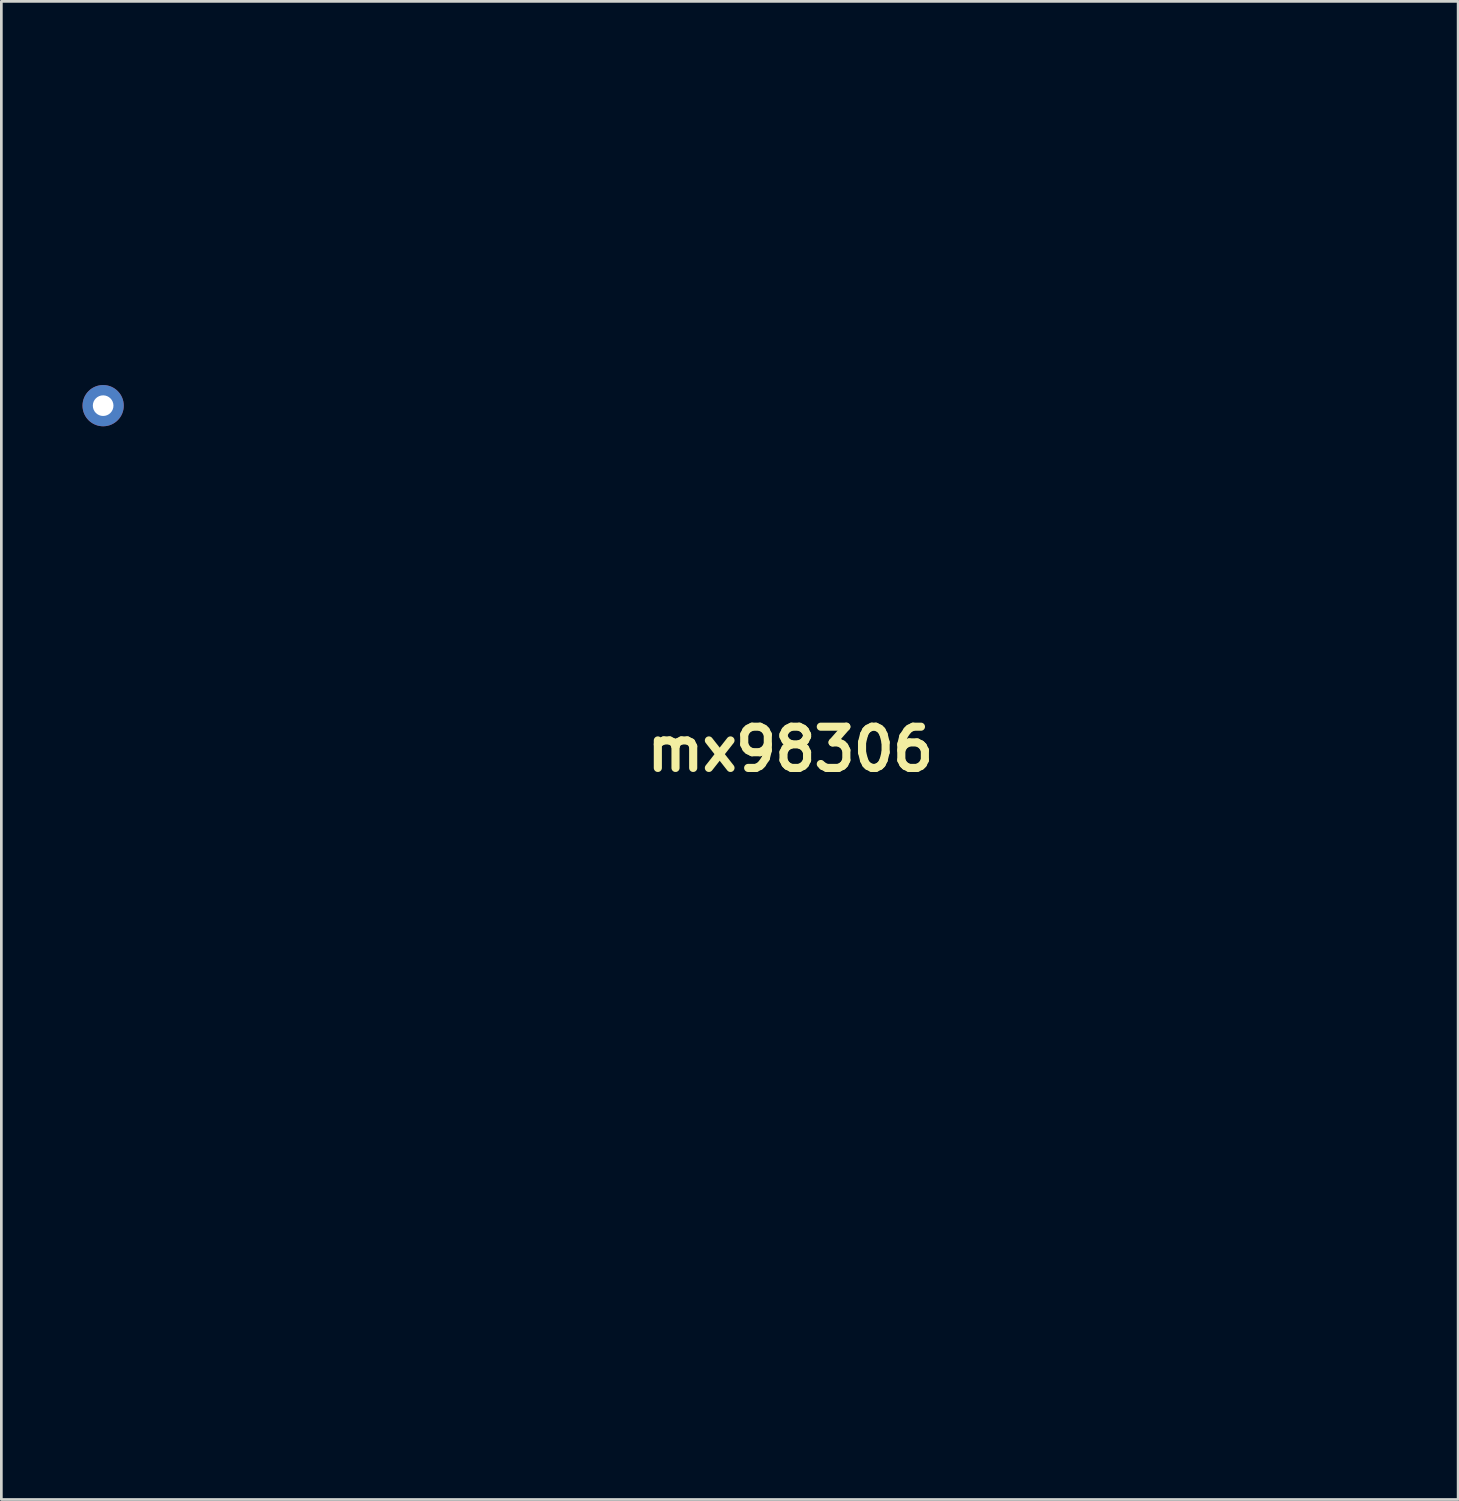
<source format=kicad_pcb>
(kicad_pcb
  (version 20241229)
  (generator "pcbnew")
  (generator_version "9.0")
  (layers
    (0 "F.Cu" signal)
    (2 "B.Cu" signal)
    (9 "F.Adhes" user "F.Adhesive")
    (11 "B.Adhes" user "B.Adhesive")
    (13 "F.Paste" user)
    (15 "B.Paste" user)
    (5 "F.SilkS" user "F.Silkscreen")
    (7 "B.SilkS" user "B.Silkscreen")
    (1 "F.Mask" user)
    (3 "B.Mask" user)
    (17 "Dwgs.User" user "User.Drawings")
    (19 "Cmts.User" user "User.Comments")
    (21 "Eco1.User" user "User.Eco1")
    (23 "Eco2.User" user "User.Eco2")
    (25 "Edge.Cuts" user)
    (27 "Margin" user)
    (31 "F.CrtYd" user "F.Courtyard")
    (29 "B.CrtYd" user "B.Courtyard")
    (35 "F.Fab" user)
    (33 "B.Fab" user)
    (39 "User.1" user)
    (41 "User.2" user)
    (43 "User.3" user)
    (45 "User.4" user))
  (footprint "mx98306"
    (layer "F.Cu")
    (at 26.162 24.643)
    (property "Reference" "mx98306" (at 0 0 0) (layer "F.SilkS") (effects (font (size 1.524 1.524) (thickness 0.3))))
    (attr through_hole)
    (fp_poly (pts (xy 6.773 -3.895) (xy 6.181 -3.895) (xy 6.181 -10.668) (xy 6.773 -10.668) (xy 6.773 -3.895)) (stroke (width 0.01) (type solid)) (fill no) (layer "Eco2.User"))
    (fp_poly (pts (xy 6.773 3.725) (xy 6.181 3.725) (xy 6.181 -3.048) (xy 6.773 -3.048) (xy 6.773 3.725)) (stroke (width 0.01) (type solid)) (fill no) (layer "Eco2.User"))
    (fp_poly (pts (xy 7.366 -3.895) (xy 6.943 -3.895) (xy 6.943 -10.668) (xy 7.366 -10.668) (xy 7.366 -3.895)) (stroke (width 0.01) (type solid)) (fill no) (layer "Eco2.User"))
    (fp_poly (pts (xy 7.366 3.725) (xy 6.943 3.725) (xy 6.943 -3.048) (xy 7.366 -3.048) (xy 7.366 3.725)) (stroke (width 0.01) (type solid)) (fill no) (layer "Eco2.User"))
    (fp_poly (pts (xy -6.921 -13.264) (xy -6.911 -13.233) (xy -7.027 -13.221) (xy -7.148 -13.235) (xy -7.133 -13.264) (xy -6.96 -13.275) (xy -6.921 -13.264)) (stroke (width 0.01) (type solid)) (fill no) (layer "Eco2.User"))
    (fp_poly (pts (xy -7.273 -12.895) (xy -7.201 -12.792) (xy -7.138 -12.644) (xy -7.174 -12.633) (xy -7.283 -12.744) (xy -7.35 -12.87) (xy -7.343 -12.921) (xy -7.273 -12.895)) (stroke (width 0.01) (type solid)) (fill no) (layer "Eco2.User"))
    (fp_poly (pts (xy -7.989 -13.521) (xy -7.895 -13.473) (xy -7.736 -13.368) (xy -7.717 -13.305) (xy -7.779 -13.293) (xy -7.887 -13.351) (xy -7.969 -13.434) (xy -8.038 -13.527) (xy -7.989 -13.521)) (stroke (width 0.01) (type solid)) (fill no) (layer "Eco2.User"))
    (fp_poly (pts (xy -7.672 -12.918) (xy -7.786 -12.783) (xy -7.855 -12.745) (xy -7.933 -12.728) (xy -7.896 -12.796) (xy -7.835 -12.866) (xy -7.693 -13.009) (xy -7.644 -13.02) (xy -7.672 -12.918)) (stroke (width 0.01) (type solid)) (fill no) (layer "Eco2.User"))
    (fp_poly (pts (xy -7.287 -13.747) (xy -7.338 -13.593) (xy -7.366 -13.547) (xy -7.428 -13.48) (xy -7.448 -13.564) (xy -7.449 -13.61) (xy -7.419 -13.759) (xy -7.366 -13.801) (xy -7.287 -13.747)) (stroke (width 0.01) (type solid)) (fill no) (layer "Eco2.User"))
    (fp_poly (pts (xy -7.126 -20.359) (xy -7.112 -20.32) (xy -7.181 -20.245) (xy -7.239 -20.235) (xy -7.352 -20.281) (xy -7.366 -20.32) (xy -7.297 -20.395) (xy -7.239 -20.405) (xy -7.126 -20.359)) (stroke (width 0.01) (type solid)) (fill no) (layer "Eco2.User"))
    (fp_poly (pts (xy -6.247 -3.162) (xy -6.227 -3.14) (xy -6.236 -3.029) (xy -6.258 -3.01) (xy -6.369 -3.019) (xy -6.388 -3.041) (xy -6.379 -3.151) (xy -6.357 -3.171) (xy -6.247 -3.162)) (stroke (width 0.01) (type solid)) (fill no) (layer "Eco2.User"))
    (fp_poly (pts (xy -5.993 0.902) (xy -5.973 0.924) (xy -5.982 1.035) (xy -6.004 1.054) (xy -6.115 1.045) (xy -6.134 1.023) (xy -6.125 0.913) (xy -6.103 0.893) (xy -5.993 0.902)) (stroke (width 0.01) (type solid)) (fill no) (layer "Eco2.User"))
    (fp_poly (pts (xy -5.09 21.066) (xy -5.08 21.124) (xy -5.126 21.237) (xy -5.165 21.251) (xy -5.24 21.183) (xy -5.249 21.124) (xy -5.204 21.012) (xy -5.165 20.997) (xy -5.09 21.066)) (stroke (width 0.01) (type solid)) (fill no) (layer "Eco2.User"))
    (fp_poly (pts (xy -0.405 -9.427) (xy -0.385 -9.405) (xy -0.394 -9.295) (xy -0.416 -9.275) (xy -0.527 -9.284) (xy -0.546 -9.306) (xy -0.537 -9.417) (xy -0.515 -9.436) (xy -0.405 -9.427)) (stroke (width 0.01) (type solid)) (fill no) (layer "Eco2.User"))
    (fp_poly (pts (xy 0.103 -3.839) (xy 0.123 -3.817) (xy 0.114 -3.707) (xy 0.092 -3.687) (xy -0.019 -3.696) (xy -0.038 -3.718) (xy -0.029 -3.829) (xy -0.007 -3.848) (xy 0.103 -3.839)) (stroke (width 0.01) (type solid)) (fill no) (layer "Eco2.User"))
    (fp_poly (pts (xy 1.014 14.119) (xy 1.016 14.139) (xy 0.952 14.222) (xy 0.931 14.224) (xy 0.849 14.16) (xy 0.847 14.139) (xy 0.911 14.057) (xy 0.931 14.055) (xy 1.014 14.119)) (stroke (width 0.01) (type solid)) (fill no) (layer "Eco2.User"))
    (fp_poly (pts (xy 2.03 -16.343) (xy 2.095 -16.277) (xy 2.051 -16.197) (xy 1.863 -16.171) (xy 1.669 -16.199) (xy 1.63 -16.277) (xy 1.732 -16.36) (xy 1.863 -16.383) (xy 2.03 -16.343)) (stroke (width 0.01) (type solid)) (fill no) (layer "Eco2.User"))
    (fp_poly (pts (xy 4.208 -11.959) (xy 4.222 -11.712) (xy 4.208 -11.578) (xy 4.187 -11.538) (xy 4.174 -11.644) (xy 4.172 -11.769) (xy 4.178 -11.952) (xy 4.195 -12.002) (xy 4.208 -11.959)) (stroke (width 0.01) (type solid)) (fill no) (layer "Eco2.User"))
    (fp_poly (pts (xy 4.209 4.594) (xy 4.223 4.845) (xy 4.208 5.018) (xy 4.188 5.052) (xy 4.176 4.941) (xy 4.173 4.784) (xy 4.179 4.592) (xy 4.194 4.535) (xy 4.209 4.594)) (stroke (width 0.01) (type solid)) (fill no) (layer "Eco2.User"))
    (fp_poly (pts (xy 12.02 -2.476) (xy 12.023 -2.455) (xy 11.958 -2.373) (xy 11.938 -2.371) (xy 11.856 -2.435) (xy 11.853 -2.455) (xy 11.918 -2.538) (xy 11.938 -2.54) (xy 12.02 -2.476)) (stroke (width 0.01) (type solid)) (fill no) (layer "Eco2.User"))
    (fp_poly (pts (xy 13.206 -20.34) (xy 13.208 -20.32) (xy 13.144 -20.238) (xy 13.123 -20.235) (xy 13.041 -20.3) (xy 13.039 -20.32) (xy 13.103 -20.402) (xy 13.123 -20.405) (xy 13.206 -20.34)) (stroke (width 0.01) (type solid)) (fill no) (layer "Eco2.User"))
    (fp_poly (pts (xy 18.116 -3.83) (xy 18.119 -3.81) (xy 18.054 -3.728) (xy 18.034 -3.725) (xy 17.952 -3.79) (xy 17.949 -3.81) (xy 18.014 -3.892) (xy 18.034 -3.895) (xy 18.116 -3.83)) (stroke (width 0.01) (type solid)) (fill no) (layer "Eco2.User"))
    (fp_poly (pts (xy -5.587 -16.728) (xy -5.576 -16.617) (xy -5.713 -16.429) (xy -5.803 -16.337) (xy -6.096 -16.053) (xy -6.096 -16.307) (xy -6.041 -16.582) (xy -5.884 -16.737) (xy -5.745 -16.764) (xy -5.587 -16.728)) (stroke (width 0.01) (type solid)) (fill no) (layer "Eco2.User"))
    (fp_poly (pts (xy -5.426 10.062) (xy -5.419 10.16) (xy -5.473 10.299) (xy -5.549 10.329) (xy -5.633 10.3) (xy -5.601 10.185) (xy -5.588 10.16) (xy -5.502 10.027) (xy -5.458 9.991) (xy -5.426 10.062)) (stroke (width 0.01) (type solid)) (fill no) (layer "Eco2.User"))
    (fp_poly (pts (xy -3.607 -11.9) (xy -3.556 -11.811) (xy -3.627 -11.728) (xy -3.791 -11.683) (xy -3.973 -11.686) (xy -4.09 -11.738) (xy -4.116 -11.838) (xy -4.004 -11.912) (xy -3.805 -11.938) (xy -3.607 -11.9)) (stroke (width 0.01) (type solid)) (fill no) (layer "Eco2.User"))
    (fp_poly (pts (xy 1.161 8.201) (xy 1.185 8.335) (xy 1.151 8.523) (xy 1.067 8.608) (xy 0.985 8.577) (xy 0.93 8.441) (xy 0.942 8.271) (xy 1.008 8.148) (xy 1.058 8.128) (xy 1.161 8.201)) (stroke (width 0.01) (type solid)) (fill no) (layer "Eco2.User"))
    (fp_poly (pts (xy 2.052 -14.577) (xy 2.081 -14.511) (xy 1.974 -14.485) (xy 1.858 -14.484) (xy 1.673 -14.492) (xy 1.641 -14.517) (xy 1.745 -14.576) (xy 1.76 -14.583) (xy 1.943 -14.632) (xy 2.052 -14.577)) (stroke (width 0.01) (type solid)) (fill no) (layer "Eco2.User"))
    (fp_poly (pts (xy -13.551 -4.002) (xy -13.547 -3.865) (xy -13.582 -3.693) (xy -13.705 -3.641) (xy -13.716 -3.641) (xy -13.854 -3.671) (xy -13.885 -3.712) (xy -13.829 -3.817) (xy -13.716 -3.937) (xy -13.593 -4.036) (xy -13.551 -4.002)) (stroke (width 0.01) (type solid)) (fill no) (layer "Eco2.User"))
    (fp_poly (pts (xy -13.094 -3.909) (xy -12.973 -3.746) (xy -12.993 -3.664) (xy -13.16 -3.641) (xy -13.166 -3.641) (xy -13.327 -3.676) (xy -13.376 -3.813) (xy -13.377 -3.852) (xy -13.346 -4.026) (xy -13.252 -4.044) (xy -13.094 -3.909)) (stroke (width 0.01) (type solid)) (fill no) (layer "Eco2.User"))
    (fp_poly (pts (xy -8.52 4.274) (xy -8.428 4.375) (xy -8.424 4.404) (xy -8.493 4.51) (xy -8.644 4.558) (xy -8.796 4.533) (xy -8.849 4.485) (xy -8.854 4.347) (xy -8.824 4.303) (xy -8.678 4.243) (xy -8.52 4.274)) (stroke (width 0.01) (type solid)) (fill no) (layer "Eco2.User"))
    (fp_poly (pts (xy -8.51 4.709) (xy -8.426 4.844) (xy -8.424 4.869) (xy -8.49 5.009) (xy -8.636 5.071) (xy -8.788 5.04) (xy -8.859 4.953) (xy -8.862 4.79) (xy -8.826 4.728) (xy -8.669 4.662) (xy -8.51 4.709)) (stroke (width 0.01) (type solid)) (fill no) (layer "Eco2.User"))
    (fp_poly (pts (xy -7.663 9.993) (xy -7.576 10.077) (xy -7.334 10.329) (xy -7.776 10.329) (xy -8.031 10.324) (xy -8.149 10.298) (xy -8.164 10.236) (xy -8.136 10.174) (xy -7.985 9.955) (xy -7.838 9.896) (xy -7.663 9.993)) (stroke (width 0.01) (type solid)) (fill no) (layer "Eco2.User"))
    (fp_poly (pts (xy -5.038 10.075) (xy -4.896 10.216) (xy -4.827 10.298) (xy -4.826 10.302) (xy -4.899 10.323) (xy -5.038 10.329) (xy -5.195 10.297) (xy -5.247 10.168) (xy -5.249 10.103) (xy -5.249 9.876) (xy -5.038 10.075)) (stroke (width 0.01) (type solid)) (fill no) (layer "Eco2.User"))
    (fp_poly (pts (xy -4.743 -14.931) (xy -4.65 -14.853) (xy -4.517 -14.721) (xy -4.523 -14.662) (xy -4.681 -14.648) (xy -4.744 -14.647) (xy -4.917 -14.659) (xy -4.953 -14.719) (xy -4.907 -14.824) (xy -4.827 -14.944) (xy -4.743 -14.931)) (stroke (width 0.01) (type solid)) (fill no) (layer "Eco2.User"))
    (fp_poly (pts (xy -4.191 -1.481) (xy -4.08 -1.407) (xy -3.988 -1.261) (xy -4.032 -1.12) (xy -4.196 -0.971) (xy -4.377 -0.97) (xy -4.483 -1.054) (xy -4.554 -1.233) (xy -4.5 -1.389) (xy -4.364 -1.485) (xy -4.191 -1.481)) (stroke (width 0.01) (type solid)) (fill no) (layer "Eco2.User"))
    (fp_poly (pts (xy -2.682 9.897) (xy -2.54 10.033) (xy -2.341 10.245) (xy -2.695 10.245) (xy -2.912 10.229) (xy -3.037 10.191) (xy -3.048 10.173) (xy -2.992 10.067) (xy -2.893 9.962) (xy -2.779 9.878) (xy -2.682 9.897)) (stroke (width 0.01) (type solid)) (fill no) (layer "Eco2.User"))
    (fp_poly (pts (xy -2.667 -6.137) (xy -2.556 -6.064) (xy -2.464 -5.917) (xy -2.508 -5.777) (xy -2.672 -5.627) (xy -2.853 -5.627) (xy -2.959 -5.71) (xy -3.03 -5.89) (xy -2.976 -6.046) (xy -2.84 -6.141) (xy -2.667 -6.137)) (stroke (width 0.01) (type solid)) (fill no) (layer "Eco2.User"))
    (fp_poly (pts (xy -2.667 -1.481) (xy -2.556 -1.407) (xy -2.464 -1.261) (xy -2.508 -1.12) (xy -2.672 -0.971) (xy -2.853 -0.97) (xy -2.959 -1.054) (xy -3.03 -1.233) (xy -2.976 -1.389) (xy -2.84 -1.485) (xy -2.667 -1.481)) (stroke (width 0.01) (type solid)) (fill no) (layer "Eco2.User"))
    (fp_poly (pts (xy -1.228 -6.137) (xy -1.117 -6.064) (xy -1.025 -5.917) (xy -1.069 -5.777) (xy -1.232 -5.627) (xy -1.414 -5.627) (xy -1.52 -5.71) (xy -1.591 -5.89) (xy -1.536 -6.046) (xy -1.401 -6.141) (xy -1.228 -6.137)) (stroke (width 0.01) (type solid)) (fill no) (layer "Eco2.User"))
    (fp_poly (pts (xy -1.228 -1.481) (xy -1.117 -1.407) (xy -1.025 -1.261) (xy -1.069 -1.12) (xy -1.232 -0.971) (xy -1.414 -0.97) (xy -1.52 -1.054) (xy -1.591 -1.233) (xy -1.536 -1.389) (xy -1.401 -1.485) (xy -1.228 -1.481)) (stroke (width 0.01) (type solid)) (fill no) (layer "Eco2.User"))
    (fp_poly (pts (xy -0.157 -16.366) (xy -0.085 -16.298) (xy -0.039 -16.216) (xy -0.106 -16.179) (xy -0.296 -16.171) (xy -0.495 -16.18) (xy -0.554 -16.22) (xy -0.508 -16.298) (xy -0.369 -16.406) (xy -0.296 -16.425) (xy -0.157 -16.366)) (stroke (width 0.01) (type solid)) (fill no) (layer "Eco2.User"))
    (fp_poly (pts (xy 2.475 7.487) (xy 2.524 7.684) (xy 2.525 7.874) (xy 2.459 7.949) (xy 2.371 7.959) (xy 2.248 7.932) (xy 2.21 7.82) (xy 2.217 7.684) (xy 2.274 7.473) (xy 2.371 7.408) (xy 2.475 7.487)) (stroke (width 0.01) (type solid)) (fill no) (layer "Eco2.User"))
    (fp_poly (pts (xy 3.714 11.761) (xy 3.723 11.958) (xy 3.725 12.15) (xy 3.725 12.615) (xy 2.757 12.615) (xy 3.217 12.15) (xy 3.438 11.929) (xy 3.607 11.765) (xy 3.696 11.687) (xy 3.701 11.684) (xy 3.714 11.761)) (stroke (width 0.01) (type solid)) (fill no) (layer "Eco2.User"))
    (fp_poly (pts (xy -11.513 -16.594) (xy -11.504 -16.589) (xy -11.362 -16.477) (xy -11.381 -16.391) (xy -11.552 -16.345) (xy -11.655 -16.341) (xy -11.853 -16.346) (xy -11.908 -16.381) (xy -11.845 -16.472) (xy -11.813 -16.507) (xy -11.665 -16.62) (xy -11.513 -16.594)) (stroke (width 0.01) (type solid)) (fill no) (layer "Eco2.User"))
    (fp_poly (pts (xy -9.314 -23.096) (xy -9.123 -23.028) (xy -8.972 -22.899) (xy -8.77 -22.685) (xy -9.677 -21.778) (xy -10.583 -20.871) (xy -10.583 -22.608) (xy -10.308 -22.859) (xy -10.097 -23.02) (xy -9.877 -23.094) (xy -9.603 -23.112) (xy -9.314 -23.096)) (stroke (width 0.01) (type solid)) (fill no) (layer "Eco2.User"))
    (fp_poly (pts (xy -7.955 -16.128) (xy -7.82 -16.034) (xy -7.789 -15.954) (xy -7.861 -15.877) (xy -8.03 -15.835) (xy -8.227 -15.834) (xy -8.383 -15.878) (xy -8.422 -15.913) (xy -8.404 -16.008) (xy -8.277 -16.093) (xy -8.101 -16.139) (xy -7.955 -16.128)) (stroke (width 0.01) (type solid)) (fill no) (layer "Eco2.User"))
    (fp_poly (pts (xy -7.913 -16.701) (xy -7.811 -16.597) (xy -7.806 -16.524) (xy -7.901 -16.407) (xy -8.081 -16.358) (xy -8.272 -16.387) (xy -8.374 -16.457) (xy -8.425 -16.568) (xy -8.337 -16.657) (xy -8.3 -16.678) (xy -8.095 -16.734) (xy -7.913 -16.701)) (stroke (width 0.01) (type solid)) (fill no) (layer "Eco2.User"))
    (fp_poly (pts (xy -5.664 -12.465) (xy -5.574 -12.391) (xy -5.451 -12.269) (xy -5.451 -12.211) (xy -5.593 -12.193) (xy -5.728 -12.192) (xy -5.927 -12.197) (xy -5.982 -12.232) (xy -5.918 -12.324) (xy -5.884 -12.362) (xy -5.761 -12.476) (xy -5.664 -12.465)) (stroke (width 0.01) (type solid)) (fill no) (layer "Eco2.User"))
    (fp_poly (pts (xy -5.503 -16.103) (xy -5.521 -15.915) (xy -5.609 -15.843) (xy -5.757 -15.833) (xy -5.936 -15.84) (xy -6.011 -15.859) (xy -6.011 -15.859) (xy -5.956 -15.928) (xy -5.818 -16.07) (xy -5.757 -16.129) (xy -5.503 -16.372) (xy -5.503 -16.103)) (stroke (width 0.01) (type solid)) (fill no) (layer "Eco2.User"))
    (fp_poly (pts (xy -4.636 -16.156) (xy -4.427 -16.097) (xy -4.324 -15.997) (xy -4.339 -15.897) (xy -4.481 -15.837) (xy -4.552 -15.833) (xy -4.748 -15.85) (xy -4.854 -15.889) (xy -4.925 -16.03) (xy -4.851 -16.129) (xy -4.656 -16.157) (xy -4.636 -16.156)) (stroke (width 0.01) (type solid)) (fill no) (layer "Eco2.User"))
    (fp_poly (pts (xy -4.563 -12.172) (xy -4.496 -12.075) (xy -4.487 -11.938) (xy -4.508 -11.759) (xy -4.606 -11.692) (xy -4.744 -11.684) (xy -4.952 -11.724) (xy -5.049 -11.811) (xy -5.065 -12.021) (xy -4.938 -12.155) (xy -4.744 -12.192) (xy -4.563 -12.172)) (stroke (width 0.01) (type solid)) (fill no) (layer "Eco2.User"))
    (fp_poly (pts (xy -1.215 4.212) (xy -1.118 4.368) (xy -1.116 4.382) (xy -1.127 4.524) (xy -1.247 4.57) (xy -1.309 4.572) (xy -1.494 4.526) (xy -1.58 4.439) (xy -1.58 4.277) (xy -1.544 4.22) (xy -1.381 4.154) (xy -1.215 4.212)) (stroke (width 0.01) (type solid)) (fill no) (layer "Eco2.User"))
    (fp_poly (pts (xy 4.553 4.369) (xy 4.614 4.554) (xy 4.64 4.769) (xy 4.644 5.018) (xy 4.608 5.137) (xy 4.534 5.165) (xy 4.453 5.124) (xy 4.413 4.98) (xy 4.403 4.734) (xy 4.426 4.456) (xy 4.484 4.336) (xy 4.553 4.369)) (stroke (width 0.01) (type solid)) (fill no) (layer "Eco2.User"))
    (fp_poly (pts (xy -13.227 -14.191) (xy -13.094 -14.069) (xy -12.968 -13.827) (xy -12.997 -13.582) (xy -13.109 -13.433) (xy -13.249 -13.323) (xy -13.33 -13.325) (xy -13.368 -13.456) (xy -13.377 -13.736) (xy -13.377 -13.758) (xy -13.364 -14.055) (xy -13.318 -14.195) (xy -13.227 -14.191)) (stroke (width 0.01) (type solid)) (fill no) (layer "Eco2.User"))
    (fp_poly (pts (xy -13.227 -11.651) (xy -13.094 -11.529) (xy -12.968 -11.287) (xy -12.997 -11.042) (xy -13.109 -10.893) (xy -13.249 -10.783) (xy -13.33 -10.785) (xy -13.368 -10.916) (xy -13.377 -11.196) (xy -13.377 -11.218) (xy -13.364 -11.515) (xy -13.318 -11.655) (xy -13.227 -11.651)) (stroke (width 0.01) (type solid)) (fill no) (layer "Eco2.User"))
    (fp_poly (pts (xy -13.227 -9.111) (xy -13.094 -8.989) (xy -12.968 -8.747) (xy -12.997 -8.502) (xy -13.109 -8.353) (xy -13.249 -8.243) (xy -13.33 -8.245) (xy -13.368 -8.376) (xy -13.377 -8.656) (xy -13.377 -8.678) (xy -13.364 -8.975) (xy -13.318 -9.115) (xy -13.227 -9.111)) (stroke (width 0.01) (type solid)) (fill no) (layer "Eco2.User"))
    (fp_poly (pts (xy -13.227 -6.571) (xy -13.094 -6.449) (xy -12.968 -6.207) (xy -12.997 -5.962) (xy -13.109 -5.813) (xy -13.249 -5.703) (xy -13.33 -5.705) (xy -13.368 -5.836) (xy -13.377 -6.116) (xy -13.377 -6.138) (xy -13.364 -6.435) (xy -13.318 -6.575) (xy -13.227 -6.571)) (stroke (width 0.01) (type solid)) (fill no) (layer "Eco2.User"))
    (fp_poly (pts (xy -9.079 -16.685) (xy -8.979 -16.549) (xy -8.975 -16.504) (xy -9.019 -16.382) (xy -9.18 -16.341) (xy -9.218 -16.341) (xy -9.431 -16.38) (xy -9.562 -16.462) (xy -9.609 -16.571) (xy -9.514 -16.662) (xy -9.485 -16.678) (xy -9.266 -16.735) (xy -9.079 -16.685)) (stroke (width 0.01) (type solid)) (fill no) (layer "Eco2.User"))
    (fp_poly (pts (xy 2.032 7.453) (xy 2.092 7.612) (xy 2.101 7.684) (xy 2.104 7.873) (xy 2.037 7.947) (xy 1.905 7.959) (xy 1.754 7.94) (xy 1.703 7.848) (xy 1.709 7.684) (xy 1.756 7.484) (xy 1.861 7.411) (xy 1.905 7.408) (xy 2.032 7.453)) (stroke (width 0.01) (type solid)) (fill no) (layer "Eco2.User"))
    (fp_poly (pts (xy 3.075 -16.409) (xy 3.216 -16.342) (xy 3.279 -16.164) (xy 3.286 -16.108) (xy 3.29 -15.919) (xy 3.22 -15.845) (xy 3.051 -15.833) (xy 2.848 -15.869) (xy 2.742 -15.953) (xy 2.741 -16.147) (xy 2.848 -16.321) (xy 3.016 -16.409) (xy 3.075 -16.409)) (stroke (width 0.01) (type solid)) (fill no) (layer "Eco2.User"))
    (fp_poly (pts (xy 4.222 -0.119) (xy 4.233 0.093) (xy 4.218 0.311) (xy 4.158 0.406) (xy 4.064 0.423) (xy 3.946 0.389) (xy 3.899 0.255) (xy 3.895 0.137) (xy 3.924 -0.08) (xy 4.028 -0.182) (xy 4.064 -0.194) (xy 4.174 -0.201) (xy 4.222 -0.119)) (stroke (width 0.01) (type solid)) (fill no) (layer "Eco2.User"))
    (fp_poly (pts (xy 4.578 -12.067) (xy 4.613 -11.84) (xy 4.614 -11.769) (xy 4.591 -11.518) (xy 4.529 -11.379) (xy 4.508 -11.367) (xy 4.442 -11.401) (xy 4.408 -11.572) (xy 4.403 -11.769) (xy 4.416 -12.04) (xy 4.46 -12.163) (xy 4.508 -12.171) (xy 4.578 -12.067)) (stroke (width 0.01) (type solid)) (fill no) (layer "Eco2.User"))
    (fp_poly (pts (xy -13.57 -14.171) (xy -13.55 -14.054) (xy -13.547 -13.799) (xy -13.547 -13.771) (xy -13.551 -13.512) (xy -13.563 -13.338) (xy -13.576 -13.293) (xy -13.648 -13.348) (xy -13.745 -13.448) (xy -13.872 -13.692) (xy -13.837 -13.94) (xy -13.716 -14.097) (xy -13.62 -14.176) (xy -13.57 -14.171)) (stroke (width 0.01) (type solid)) (fill no) (layer "Eco2.User"))
    (fp_poly (pts (xy -13.57 -11.631) (xy -13.55 -11.514) (xy -13.547 -11.259) (xy -13.547 -11.231) (xy -13.551 -10.972) (xy -13.563 -10.798) (xy -13.576 -10.753) (xy -13.648 -10.808) (xy -13.745 -10.908) (xy -13.872 -11.152) (xy -13.837 -11.4) (xy -13.716 -11.557) (xy -13.62 -11.636) (xy -13.57 -11.631)) (stroke (width 0.01) (type solid)) (fill no) (layer "Eco2.User"))
    (fp_poly (pts (xy -13.57 -9.091) (xy -13.55 -8.974) (xy -13.547 -8.719) (xy -13.547 -8.691) (xy -13.551 -8.432) (xy -13.563 -8.258) (xy -13.576 -8.213) (xy -13.648 -8.268) (xy -13.745 -8.368) (xy -13.872 -8.612) (xy -13.837 -8.86) (xy -13.716 -9.017) (xy -13.62 -9.096) (xy -13.57 -9.091)) (stroke (width 0.01) (type solid)) (fill no) (layer "Eco2.User"))
    (fp_poly (pts (xy -13.57 -6.551) (xy -13.55 -6.434) (xy -13.547 -6.179) (xy -13.547 -6.151) (xy -13.551 -5.892) (xy -13.563 -5.718) (xy -13.576 -5.673) (xy -13.648 -5.728) (xy -13.745 -5.828) (xy -13.872 -6.072) (xy -13.837 -6.32) (xy -13.716 -6.477) (xy -13.62 -6.556) (xy -13.57 -6.551)) (stroke (width 0.01) (type solid)) (fill no) (layer "Eco2.User"))
    (fp_poly (pts (xy -2.28 -14.605) (xy -2.144 -14.468) (xy -2.117 -14.3) (xy -2.134 -14.135) (xy -2.221 -14.067) (xy -2.413 -14.055) (xy -2.612 -14.068) (xy -2.693 -14.142) (xy -2.709 -14.328) (xy -2.709 -14.351) (xy -2.69 -14.556) (xy -2.615 -14.639) (xy -2.547 -14.647) (xy -2.28 -14.605)) (stroke (width 0.01) (type solid)) (fill no) (layer "Eco2.User"))
    (fp_poly (pts (xy -1.131 11.361) (xy -0.936 11.415) (xy -0.789 11.529) (xy -0.779 11.539) (xy -0.597 11.733) (xy -1.526 12.66) (xy -2.455 13.586) (xy -2.455 11.851) (xy -2.18 11.601) (xy -1.986 11.449) (xy -1.789 11.373) (xy -1.515 11.349) (xy -1.433 11.348) (xy -1.131 11.361)) (stroke (width 0.01) (type solid)) (fill no) (layer "Eco2.User"))
    (fp_poly (pts (xy 2.468 8.313) (xy 2.53 8.394) (xy 2.524 8.572) (xy 2.47 8.783) (xy 2.344 8.869) (xy 2.325 8.872) (xy 2.157 8.867) (xy 2.092 8.837) (xy 2.048 8.716) (xy 2.032 8.537) (xy 2.054 8.368) (xy 2.156 8.305) (xy 2.291 8.297) (xy 2.468 8.313)) (stroke (width 0.01) (type solid)) (fill no) (layer "Eco2.User"))
    (fp_poly (pts (xy 4.002 -9.461) (xy 4.164 -9.31) (xy 4.233 -9.041) (xy 4.233 -9.017) (xy 4.202 -8.798) (xy 4.132 -8.653) (xy 3.932 -8.559) (xy 3.698 -8.589) (xy 3.527 -8.706) (xy 3.4 -8.948) (xy 3.43 -9.193) (xy 3.542 -9.343) (xy 3.782 -9.477) (xy 4.002 -9.461)) (stroke (width 0.01) (type solid)) (fill no) (layer "Eco2.User"))
    (fp_poly (pts (xy 4.002 -5.905) (xy 4.164 -5.754) (xy 4.233 -5.485) (xy 4.233 -5.461) (xy 4.202 -5.242) (xy 4.132 -5.097) (xy 3.932 -5.003) (xy 3.698 -5.033) (xy 3.527 -5.15) (xy 3.4 -5.392) (xy 3.43 -5.637) (xy 3.542 -5.787) (xy 3.782 -5.921) (xy 4.002 -5.905)) (stroke (width 0.01) (type solid)) (fill no) (layer "Eco2.User"))
    (fp_poly (pts (xy 4.002 -1.756) (xy 4.164 -1.605) (xy 4.233 -1.337) (xy 4.233 -1.312) (xy 4.202 -1.093) (xy 4.132 -0.948) (xy 3.932 -0.854) (xy 3.698 -0.885) (xy 3.527 -1.002) (xy 3.4 -1.244) (xy 3.43 -1.489) (xy 3.542 -1.638) (xy 3.782 -1.773) (xy 4.002 -1.756)) (stroke (width 0.01) (type solid)) (fill no) (layer "Eco2.User"))
    (fp_poly (pts (xy 4.002 1.715) (xy 4.164 1.866) (xy 4.233 2.135) (xy 4.233 2.159) (xy 4.202 2.378) (xy 4.132 2.523) (xy 3.932 2.617) (xy 3.698 2.587) (xy 3.527 2.47) (xy 3.4 2.228) (xy 3.43 1.983) (xy 3.542 1.833) (xy 3.782 1.699) (xy 4.002 1.715)) (stroke (width 0.01) (type solid)) (fill no) (layer "Eco2.User"))
    (fp_poly (pts (xy 4.181 -7.079) (xy 4.228 -6.949) (xy 4.233 -6.816) (xy 4.228 -6.623) (xy 4.215 -6.531) (xy 4.212 -6.529) (xy 4.124 -6.556) (xy 4.043 -6.578) (xy 3.925 -6.675) (xy 3.884 -6.841) (xy 3.917 -7.007) (xy 4.021 -7.106) (xy 4.064 -7.112) (xy 4.181 -7.079)) (stroke (width 0.01) (type solid)) (fill no) (layer "Eco2.User"))
    (fp_poly (pts (xy 4.181 0.541) (xy 4.228 0.671) (xy 4.233 0.804) (xy 4.228 0.997) (xy 4.215 1.089) (xy 4.212 1.091) (xy 4.124 1.064) (xy 4.043 1.042) (xy 3.925 0.945) (xy 3.884 0.779) (xy 3.917 0.613) (xy 4.021 0.514) (xy 4.064 0.508) (xy 4.181 0.541)) (stroke (width 0.01) (type solid)) (fill no) (layer "Eco2.User"))
    (fp_poly (pts (xy 8.043 10.245) (xy 7.303 10.241) (xy 6.951 10.238) (xy 6.748 10.23) (xy 6.671 10.209) (xy 6.699 10.17) (xy 6.81 10.108) (xy 6.816 10.105) (xy 7.141 9.884) (xy 7.476 9.577) (xy 7.759 9.245) (xy 7.877 9.059) (xy 8.036 8.763) (xy 8.043 10.245)) (stroke (width 0.01) (type solid)) (fill no) (layer "Eco2.User"))
    (fp_poly (pts (xy -13.194 -1.45) (xy -13.024 -1.27) (xy -12.954 -1.045) (xy -12.954 -1.044) (xy -13.025 -0.815) (xy -13.201 -0.663) (xy -13.429 -0.609) (xy -13.656 -0.673) (xy -13.745 -0.748) (xy -13.862 -0.98) (xy -13.842 -1.219) (xy -13.707 -1.415) (xy -13.479 -1.519) (xy -13.405 -1.524) (xy -13.194 -1.45)) (stroke (width 0.01) (type solid)) (fill no) (layer "Eco2.User"))
    (fp_poly (pts (xy -13.194 1.09) (xy -13.024 1.27) (xy -12.954 1.495) (xy -12.954 1.496) (xy -13.025 1.725) (xy -13.201 1.877) (xy -13.429 1.931) (xy -13.656 1.867) (xy -13.745 1.792) (xy -13.862 1.56) (xy -13.842 1.321) (xy -13.707 1.125) (xy -13.479 1.021) (xy -13.405 1.016) (xy -13.194 1.09)) (stroke (width 0.01) (type solid)) (fill no) (layer "Eco2.User"))
    (fp_poly (pts (xy -13.194 3.63) (xy -13.024 3.81) (xy -12.954 4.035) (xy -12.954 4.036) (xy -13.025 4.265) (xy -13.201 4.417) (xy -13.429 4.471) (xy -13.656 4.407) (xy -13.745 4.332) (xy -13.862 4.1) (xy -13.842 3.861) (xy -13.707 3.665) (xy -13.479 3.561) (xy -13.405 3.556) (xy -13.194 3.63)) (stroke (width 0.01) (type solid)) (fill no) (layer "Eco2.User"))
    (fp_poly (pts (xy -13.194 6.17) (xy -13.024 6.35) (xy -12.954 6.575) (xy -12.954 6.576) (xy -13.025 6.805) (xy -13.201 6.957) (xy -13.429 7.011) (xy -13.656 6.947) (xy -13.745 6.872) (xy -13.862 6.64) (xy -13.842 6.401) (xy -13.707 6.205) (xy -13.479 6.101) (xy -13.405 6.096) (xy -13.194 6.17)) (stroke (width 0.01) (type solid)) (fill no) (layer "Eco2.User"))
    (fp_poly (pts (xy -11.832 -1.508) (xy -11.641 -1.47) (xy -11.567 -1.371) (xy -11.557 -1.228) (xy -11.578 -1.05) (xy -11.678 -0.972) (xy -11.832 -0.947) (xy -12.014 -0.942) (xy -12.091 -1.004) (xy -12.107 -1.181) (xy -12.107 -1.228) (xy -12.097 -1.43) (xy -12.034 -1.509) (xy -11.874 -1.512) (xy -11.832 -1.508)) (stroke (width 0.01) (type solid)) (fill no) (layer "Eco2.User"))
    (fp_poly (pts (xy -11.832 1.032) (xy -11.641 1.07) (xy -11.567 1.169) (xy -11.557 1.312) (xy -11.578 1.49) (xy -11.678 1.568) (xy -11.832 1.593) (xy -12.014 1.598) (xy -12.091 1.536) (xy -12.107 1.359) (xy -12.107 1.312) (xy -12.097 1.11) (xy -12.034 1.031) (xy -11.874 1.028) (xy -11.832 1.032)) (stroke (width 0.01) (type solid)) (fill no) (layer "Eco2.User"))
    (fp_poly (pts (xy -8.876 6.17) (xy -8.706 6.35) (xy -8.636 6.575) (xy -8.636 6.576) (xy -8.707 6.805) (xy -8.883 6.957) (xy -9.111 7.011) (xy -9.338 6.947) (xy -9.427 6.872) (xy -9.544 6.64) (xy -9.524 6.401) (xy -9.389 6.205) (xy -9.161 6.101) (xy -9.087 6.096) (xy -8.876 6.17)) (stroke (width 0.01) (type solid)) (fill no) (layer "Eco2.User"))
    (fp_poly (pts (xy -8.876 8.71) (xy -8.706 8.89) (xy -8.636 9.115) (xy -8.636 9.116) (xy -8.707 9.345) (xy -8.883 9.497) (xy -9.111 9.551) (xy -9.338 9.487) (xy -9.427 9.412) (xy -9.544 9.18) (xy -9.524 8.941) (xy -9.389 8.745) (xy -9.161 8.641) (xy -9.087 8.636) (xy -8.876 8.71)) (stroke (width 0.01) (type solid)) (fill no) (layer "Eco2.User"))
    (fp_poly (pts (xy -6.689 20.032) (xy -6.692 20.425) (xy -6.706 20.688) (xy -6.739 20.858) (xy -6.798 20.973) (xy -6.885 21.067) (xy -7.134 21.205) (xy -7.461 21.264) (xy -7.8 21.242) (xy -8.088 21.141) (xy -8.196 21.057) (xy -8.378 20.863) (xy -7.533 20.022) (xy -6.689 19.18) (xy -6.689 20.032)) (stroke (width 0.01) (type solid)) (fill no) (layer "Eco2.User"))
    (fp_poly (pts (xy -6.336 6.17) (xy -6.166 6.35) (xy -6.096 6.575) (xy -6.096 6.576) (xy -6.167 6.805) (xy -6.343 6.957) (xy -6.571 7.011) (xy -6.798 6.947) (xy -6.887 6.872) (xy -7.004 6.64) (xy -6.984 6.401) (xy -6.849 6.205) (xy -6.621 6.101) (xy -6.547 6.096) (xy -6.336 6.17)) (stroke (width 0.01) (type solid)) (fill no) (layer "Eco2.User"))
    (fp_poly (pts (xy -6.336 8.71) (xy -6.166 8.89) (xy -6.096 9.115) (xy -6.096 9.116) (xy -6.167 9.345) (xy -6.343 9.497) (xy -6.571 9.551) (xy -6.798 9.487) (xy -6.887 9.412) (xy -7.004 9.18) (xy -6.984 8.941) (xy -6.849 8.745) (xy -6.621 8.641) (xy -6.547 8.636) (xy -6.336 8.71)) (stroke (width 0.01) (type solid)) (fill no) (layer "Eco2.User"))
    (fp_poly (pts (xy -3.796 6.17) (xy -3.626 6.35) (xy -3.556 6.575) (xy -3.556 6.576) (xy -3.627 6.805) (xy -3.803 6.957) (xy -4.031 7.011) (xy -4.258 6.947) (xy -4.347 6.872) (xy -4.464 6.64) (xy -4.444 6.401) (xy -4.309 6.205) (xy -4.081 6.101) (xy -4.007 6.096) (xy -3.796 6.17)) (stroke (width 0.01) (type solid)) (fill no) (layer "Eco2.User"))
    (fp_poly (pts (xy -3.796 8.71) (xy -3.626 8.89) (xy -3.556 9.115) (xy -3.556 9.116) (xy -3.627 9.345) (xy -3.803 9.497) (xy -4.031 9.551) (xy -4.258 9.487) (xy -4.347 9.412) (xy -4.464 9.18) (xy -4.444 8.941) (xy -4.309 8.745) (xy -4.081 8.641) (xy -4.007 8.636) (xy -3.796 8.71)) (stroke (width 0.01) (type solid)) (fill no) (layer "Eco2.User"))
    (fp_poly (pts (xy -1.256 6.17) (xy -1.086 6.35) (xy -1.016 6.575) (xy -1.016 6.576) (xy -1.087 6.805) (xy -1.263 6.957) (xy -1.491 7.011) (xy -1.718 6.947) (xy -1.807 6.872) (xy -1.924 6.64) (xy -1.904 6.401) (xy -1.769 6.205) (xy -1.541 6.101) (xy -1.467 6.096) (xy -1.256 6.17)) (stroke (width 0.01) (type solid)) (fill no) (layer "Eco2.User"))
    (fp_poly (pts (xy -1.256 8.71) (xy -1.086 8.89) (xy -1.016 9.115) (xy -1.016 9.116) (xy -1.087 9.345) (xy -1.263 9.497) (xy -1.491 9.551) (xy -1.718 9.487) (xy -1.807 9.412) (xy -1.924 9.18) (xy -1.904 8.941) (xy -1.769 8.745) (xy -1.541 8.641) (xy -1.467 8.636) (xy -1.256 8.71)) (stroke (width 0.01) (type solid)) (fill no) (layer "Eco2.User"))
    (fp_poly (pts (xy 3.45 4.334) (xy 3.618 4.381) (xy 3.678 4.508) (xy 3.683 4.614) (xy 3.657 4.8) (xy 3.547 4.878) (xy 3.45 4.895) (xy 3.296 4.898) (xy 3.231 4.826) (xy 3.217 4.634) (xy 3.217 4.614) (xy 3.229 4.412) (xy 3.289 4.333) (xy 3.436 4.332) (xy 3.45 4.334)) (stroke (width 0.01) (type solid)) (fill no) (layer "Eco2.User"))
    (fp_poly (pts (xy 4.219 -7.833) (xy 4.233 -7.637) (xy 4.233 -7.57) (xy 4.222 -7.335) (xy 4.174 -7.225) (xy 4.07 -7.197) (xy 4.064 -7.197) (xy 3.952 -7.226) (xy 3.903 -7.344) (xy 3.895 -7.525) (xy 3.916 -7.756) (xy 3.993 -7.869) (xy 4.064 -7.899) (xy 4.169 -7.907) (xy 4.219 -7.833)) (stroke (width 0.01) (type solid)) (fill no) (layer "Eco2.User"))
    (fp_poly (pts (xy -10.858 -14.462) (xy -10.715 -14.431) (xy -10.647 -14.347) (xy -10.627 -14.162) (xy -10.626 -14.055) (xy -10.635 -13.818) (xy -10.681 -13.702) (xy -10.793 -13.656) (xy -10.858 -13.647) (xy -10.995 -13.64) (xy -11.064 -13.689) (xy -11.088 -13.833) (xy -11.091 -14.055) (xy -11.086 -14.309) (xy -11.056 -14.434) (xy -10.977 -14.471) (xy -10.858 -14.462)) (stroke (width 0.01) (type solid)) (fill no) (layer "Eco2.User"))
    (fp_poly (pts (xy -10.858 -9.128) (xy -10.715 -9.097) (xy -10.647 -9.013) (xy -10.627 -8.828) (xy -10.626 -8.721) (xy -10.635 -8.484) (xy -10.681 -8.368) (xy -10.793 -8.322) (xy -10.858 -8.313) (xy -10.995 -8.306) (xy -11.064 -8.355) (xy -11.088 -8.499) (xy -11.091 -8.721) (xy -11.086 -8.975) (xy -11.056 -9.1) (xy -10.977 -9.137) (xy -10.858 -9.128)) (stroke (width 0.01) (type solid)) (fill no) (layer "Eco2.User"))
    (fp_poly (pts (xy -9.927 -14.462) (xy -9.783 -14.431) (xy -9.715 -14.347) (xy -9.695 -14.162) (xy -9.694 -14.055) (xy -9.704 -13.818) (xy -9.75 -13.702) (xy -9.861 -13.656) (xy -9.927 -13.647) (xy -10.064 -13.64) (xy -10.133 -13.689) (xy -10.157 -13.833) (xy -10.16 -14.055) (xy -10.155 -14.309) (xy -10.125 -14.434) (xy -10.046 -14.471) (xy -9.927 -14.462)) (stroke (width 0.01) (type solid)) (fill no) (layer "Eco2.User"))
    (fp_poly (pts (xy 11.067 -23.098) (xy 11.264 -23.04) (xy 11.411 -22.922) (xy 11.591 -22.731) (xy 9.821 -20.939) (xy 9.821 -21.799) (xy 9.824 -22.191) (xy 9.836 -22.452) (xy 9.867 -22.623) (xy 9.926 -22.743) (xy 10.021 -22.85) (xy 10.059 -22.886) (xy 10.234 -23.025) (xy 10.428 -23.094) (xy 10.709 -23.114) (xy 10.764 -23.114) (xy 11.067 -23.098)) (stroke (width 0.01) (type solid)) (fill no) (layer "Eco2.User"))
    (fp_poly (pts (xy 11.3 0.847) (xy 10.455 0.844) (xy 10.06 0.839) (xy 9.795 0.823) (xy 9.617 0.787) (xy 9.487 0.723) (xy 9.377 0.636) (xy 9.236 0.487) (xy 9.167 0.319) (xy 9.148 0.066) (xy 9.149 -0.017) (xy 9.165 -0.299) (xy 9.221 -0.476) (xy 9.343 -0.613) (xy 9.388 -0.651) (xy 9.624 -0.836) (xy 11.3 0.847)) (stroke (width 0.01) (type solid)) (fill no) (layer "Eco2.User"))
    (fp_poly (pts (xy -12.992 -3.525) (xy -12.974 -3.431) (xy -13.109 -3.273) (xy -13.351 -3.146) (xy -13.596 -3.176) (xy -13.745 -3.288) (xy -13.867 -3.45) (xy -13.847 -3.533) (xy -13.682 -3.556) (xy -13.68 -3.556) (xy -13.502 -3.502) (xy -13.437 -3.365) (xy -13.4 -3.175) (xy -13.389 -3.365) (xy -13.335 -3.514) (xy -13.17 -3.556) (xy -13.166 -3.556) (xy -12.992 -3.525)) (stroke (width 0.01) (type solid)) (fill no) (layer "Eco2.User"))
    (fp_poly (pts (xy -9.766 -11.718) (xy -9.671 -11.602) (xy -9.691 -11.472) (xy -9.745 -11.423) (xy -9.816 -11.361) (xy -9.752 -11.347) (xy -9.672 -11.275) (xy -9.667 -11.155) (xy -9.749 -10.997) (xy -9.927 -10.938) (xy -10.064 -10.931) (xy -10.133 -10.981) (xy -10.157 -11.126) (xy -10.16 -11.34) (xy -10.153 -11.593) (xy -10.119 -11.72) (xy -10.036 -11.764) (xy -9.946 -11.769) (xy -9.766 -11.718)) (stroke (width 0.01) (type solid)) (fill no) (layer "Eco2.User"))
    (fp_poly (pts (xy -7.222 18.388) (xy -7.026 18.446) (xy -6.876 18.565) (xy -6.875 18.567) (xy -6.692 18.761) (xy -7.58 19.645) (xy -8.467 20.529) (xy -8.467 19.678) (xy -8.464 19.289) (xy -8.452 19.029) (xy -8.419 18.86) (xy -8.36 18.741) (xy -8.263 18.633) (xy -8.229 18.6) (xy -8.054 18.461) (xy -7.86 18.393) (xy -7.579 18.373) (xy -7.524 18.373) (xy -7.222 18.388)) (stroke (width 0.01) (type solid)) (fill no) (layer "Eco2.User"))
    (fp_poly (pts (xy 7.272 -16.933) (xy 7.675 -16.453) (xy 7.941 -15.99) (xy 8.043 -15.663) (xy 8.076 -15.448) (xy 8.049 -15.351) (xy 7.931 -15.326) (xy 7.834 -15.325) (xy 7.651 -15.344) (xy 7.547 -15.434) (xy 7.467 -15.643) (xy 7.464 -15.651) (xy 7.35 -15.938) (xy 7.189 -16.237) (xy 7.15 -16.297) (xy 6.99 -16.613) (xy 6.959 -16.923) (xy 6.985 -17.23) (xy 7.272 -16.933)) (stroke (width 0.01) (type solid)) (fill no) (layer "Eco2.User"))
    (fp_poly (pts (xy -8.721 -21.456) (xy -8.724 -21.062) (xy -8.738 -20.799) (xy -8.771 -20.629) (xy -8.829 -20.514) (xy -8.917 -20.419) (xy -9.147 -20.293) (xy -9.462 -20.229) (xy -9.8 -20.228) (xy -10.099 -20.292) (xy -10.291 -20.409) (xy -10.348 -20.48) (xy -10.367 -20.551) (xy -10.334 -20.643) (xy -10.232 -20.777) (xy -10.048 -20.977) (xy -9.766 -21.263) (xy -9.584 -21.445) (xy -8.721 -22.309) (xy -8.721 -21.456)) (stroke (width 0.01) (type solid)) (fill no) (layer "Eco2.User"))
    (fp_poly (pts (xy 11.599 -21.378) (xy 11.591 -20.919) (xy 11.555 -20.602) (xy 11.469 -20.402) (xy 11.315 -20.291) (xy 11.072 -20.245) (xy 10.738 -20.235) (xy 10.398 -20.249) (xy 10.184 -20.294) (xy 10.054 -20.382) (xy 10.051 -20.385) (xy 10.005 -20.452) (xy 10.002 -20.528) (xy 10.058 -20.635) (xy 10.188 -20.796) (xy 10.407 -21.03) (xy 10.73 -21.361) (xy 10.757 -21.388) (xy 11.599 -22.241) (xy 11.599 -21.378)) (stroke (width 0.01) (type solid)) (fill no) (layer "Eco2.User"))
    (fp_poly (pts (xy -2.309 18.413) (xy -2.052 18.547) (xy -1.91 18.793) (xy -1.863 19.17) (xy -1.863 19.204) (xy -1.863 19.643) (xy -2.524 19.643) (xy -2.865 19.638) (xy -3.085 19.615) (xy -3.232 19.561) (xy -3.357 19.463) (xy -3.413 19.405) (xy -3.597 19.148) (xy -3.617 18.913) (xy -3.475 18.674) (xy -3.403 18.6) (xy -3.228 18.461) (xy -3.034 18.393) (xy -2.753 18.373) (xy -2.698 18.373) (xy -2.309 18.413)) (stroke (width 0.01) (type solid)) (fill no) (layer "Eco2.User"))
    (fp_poly (pts (xy -0.593 13.047) (xy -0.6 13.514) (xy -0.634 13.838) (xy -0.714 14.045) (xy -0.86 14.161) (xy -1.089 14.212) (xy -1.422 14.224) (xy -1.454 14.224) (xy -1.779 14.213) (xy -1.985 14.173) (xy -2.122 14.092) (xy -2.163 14.051) (xy -2.22 13.979) (xy -2.239 13.909) (xy -2.206 13.817) (xy -2.104 13.682) (xy -1.92 13.482) (xy -1.638 13.196) (xy -1.456 13.014) (xy -0.593 12.151) (xy -0.593 13.047)) (stroke (width 0.01) (type solid)) (fill no) (layer "Eco2.User"))
    (fp_poly (pts (xy 11.197 -0.928) (xy 11.459 -0.914) (xy 11.629 -0.881) (xy 11.744 -0.822) (xy 11.839 -0.735) (xy 11.955 -0.521) (xy 12.021 -0.215) (xy 12.036 0.123) (xy 11.998 0.435) (xy 11.907 0.662) (xy 11.871 0.704) (xy 11.805 0.75) (xy 11.73 0.755) (xy 11.627 0.702) (xy 11.473 0.578) (xy 11.248 0.366) (xy 10.931 0.052) (xy 10.835 -0.045) (xy 9.951 -0.931) (xy 10.803 -0.931) (xy 11.197 -0.928)) (stroke (width 0.01) (type solid)) (fill no) (layer "Eco2.User"))
    (fp_poly (pts (xy 10.414 -5.051) (xy 10.409 -4.661) (xy 10.388 -4.404) (xy 10.347 -4.242) (xy 10.279 -4.139) (xy 10.259 -4.119) (xy 10.01 -3.999) (xy 9.714 -4.01) (xy 9.425 -4.151) (xy 9.377 -4.19) (xy 9.236 -4.34) (xy 9.166 -4.51) (xy 9.145 -4.767) (xy 9.144 -4.848) (xy 9.157 -5.133) (xy 9.216 -5.325) (xy 9.349 -5.498) (xy 9.423 -5.571) (xy 9.653 -5.755) (xy 9.883 -5.832) (xy 10.058 -5.842) (xy 10.414 -5.842) (xy 10.414 -5.051)) (stroke (width 0.01) (type solid)) (fill no) (layer "Eco2.User"))
    (fp_poly (pts (xy 5.588 -17.51) (xy 6.014 -17.497) (xy 6.372 -17.477) (xy 6.632 -17.455) (xy 6.763 -17.431) (xy 6.773 -17.423) (xy 6.708 -17.393) (xy 6.625 -17.408) (xy 6.523 -17.436) (xy 6.564 -17.399) (xy 6.625 -17.359) (xy 6.703 -17.25) (xy 6.761 -17.073) (xy 6.787 -16.894) (xy 6.768 -16.778) (xy 6.742 -16.764) (xy 6.653 -16.795) (xy 6.46 -16.876) (xy 6.306 -16.943) (xy 5.798 -17.078) (xy 5.27 -17.051) (xy 4.75 -16.863) (xy 4.403 -16.682) (xy 4.403 -17.537) (xy 5.588 -17.51)) (stroke (width 0.01) (type solid)) (fill no) (layer "Eco2.User"))
    (fp_poly (pts (xy -6.943 -5.419) (xy -10.245 -5.419) (xy -10.245 -6.158) (xy -8.962 -6.158) (xy -8.928 -6.141) (xy -8.826 -6.121) (xy -8.673 -6.038) (xy -8.626 -5.942) (xy -8.613 -5.848) (xy -8.586 -5.917) (xy -8.578 -5.948) (xy -8.472 -6.071) (xy -8.355 -6.108) (xy -8.226 -6.118) (xy -8.26 -6.136) (xy -8.361 -6.156) (xy -8.526 -6.257) (xy -8.563 -6.377) (xy -8.574 -6.507) (xy -8.591 -6.473) (xy -8.611 -6.371) (xy -8.712 -6.206) (xy -8.832 -6.169) (xy -8.962 -6.158) (xy -10.245 -6.158) (xy -10.245 -6.943) (xy -6.943 -6.943) (xy -6.943 -5.419)) (stroke (width 0.01) (type solid)) (fill no) (layer "Eco2.User"))
    (fp_poly (pts (xy -6.943 -3.387) (xy -10.245 -3.387) (xy -10.245 -4.126) (xy -8.962 -4.126) (xy -8.928 -4.109) (xy -8.826 -4.089) (xy -8.673 -4.006) (xy -8.626 -3.91) (xy -8.613 -3.816) (xy -8.586 -3.885) (xy -8.578 -3.916) (xy -8.472 -4.039) (xy -8.355 -4.076) (xy -8.226 -4.086) (xy -8.26 -4.104) (xy -8.361 -4.124) (xy -8.526 -4.225) (xy -8.563 -4.345) (xy -8.574 -4.475) (xy -8.591 -4.441) (xy -8.611 -4.339) (xy -8.712 -4.174) (xy -8.832 -4.137) (xy -8.962 -4.126) (xy -10.245 -4.126) (xy -10.245 -4.911) (xy -6.943 -4.911) (xy -6.943 -3.387)) (stroke (width 0.01) (type solid)) (fill no) (layer "Eco2.User"))
    (fp_poly (pts (xy -6.943 -1.355) (xy -10.245 -1.355) (xy -10.245 -2.094) (xy -8.962 -2.094) (xy -8.928 -2.077) (xy -8.826 -2.057) (xy -8.673 -1.974) (xy -8.626 -1.878) (xy -8.613 -1.784) (xy -8.586 -1.853) (xy -8.578 -1.884) (xy -8.472 -2.007) (xy -8.355 -2.044) (xy -8.226 -2.054) (xy -8.26 -2.072) (xy -8.361 -2.092) (xy -8.526 -2.193) (xy -8.563 -2.313) (xy -8.574 -2.443) (xy -8.591 -2.409) (xy -8.611 -2.307) (xy -8.712 -2.142) (xy -8.832 -2.105) (xy -8.962 -2.094) (xy -10.245 -2.094) (xy -10.245 -2.879) (xy -6.943 -2.879) (xy -6.943 -1.355)) (stroke (width 0.01) (type solid)) (fill no) (layer "Eco2.User"))
    (fp_poly (pts (xy -6.943 0.677) (xy -10.245 0.677) (xy -10.245 -0.062) (xy -8.962 -0.062) (xy -8.928 -0.045) (xy -8.826 -0.025) (xy -8.673 0.058) (xy -8.626 0.154) (xy -8.613 0.248) (xy -8.586 0.179) (xy -8.578 0.148) (xy -8.472 0.025) (xy -8.355 -0.012) (xy -8.226 -0.022) (xy -8.26 -0.04) (xy -8.361 -0.06) (xy -8.526 -0.161) (xy -8.563 -0.281) (xy -8.574 -0.411) (xy -8.591 -0.377) (xy -8.611 -0.275) (xy -8.712 -0.11) (xy -8.832 -0.073) (xy -8.962 -0.062) (xy -10.245 -0.062) (xy -10.245 -0.847) (xy -6.943 -0.847) (xy -6.943 0.677)) (stroke (width 0.01) (type solid)) (fill no) (layer "Eco2.User"))
    (fp_poly (pts (xy -6.943 2.879) (xy -10.245 2.879) (xy -10.245 2.054) (xy -8.962 2.054) (xy -8.928 2.072) (xy -8.826 2.092) (xy -8.662 2.193) (xy -8.624 2.313) (xy -8.614 2.443) (xy -8.597 2.409) (xy -8.576 2.307) (xy -8.475 2.142) (xy -8.355 2.105) (xy -8.225 2.094) (xy -8.259 2.077) (xy -8.361 2.057) (xy -8.514 1.974) (xy -8.561 1.878) (xy -8.574 1.784) (xy -8.602 1.853) (xy -8.61 1.884) (xy -8.715 2.007) (xy -8.833 2.044) (xy -8.962 2.054) (xy -10.245 2.054) (xy -10.245 1.355) (xy -6.943 1.355) (xy -6.943 2.879)) (stroke (width 0.01) (type solid)) (fill no) (layer "Eco2.User"))
    (fp_poly (pts (xy -6.689 -7.62) (xy -8.213 -7.62) (xy -8.213 -9.376) (xy -7.776 -9.376) (xy -7.742 -9.358) (xy -7.641 -9.338) (xy -7.488 -9.255) (xy -7.441 -9.159) (xy -7.428 -9.066) (xy -7.4 -9.134) (xy -7.392 -9.165) (xy -7.291 -9.296) (xy -7.212 -9.323) (xy -7.118 -9.336) (xy -7.188 -9.364) (xy -7.218 -9.372) (xy -7.349 -9.473) (xy -7.376 -9.552) (xy -7.389 -9.646) (xy -7.416 -9.576) (xy -7.424 -9.546) (xy -7.53 -9.423) (xy -7.647 -9.386) (xy -7.776 -9.376) (xy -8.213 -9.376) (xy -8.213 -11.007) (xy -6.689 -11.007) (xy -6.689 -7.62)) (stroke (width 0.01) (type solid)) (fill no) (layer "Eco2.User"))
    (fp_poly (pts (xy -3.217 -6.773) (xy -4.826 -6.773) (xy -4.826 -8.444) (xy -4.312 -8.444) (xy -4.242 -8.416) (xy -4.212 -8.408) (xy -4.081 -8.307) (xy -4.054 -8.228) (xy -4.041 -8.134) (xy -4.014 -8.204) (xy -4.006 -8.234) (xy -3.904 -8.365) (xy -3.825 -8.392) (xy -3.732 -8.405) (xy -3.801 -8.432) (xy -3.831 -8.44) (xy -3.962 -8.542) (xy -3.989 -8.621) (xy -4.002 -8.714) (xy -4.03 -8.645) (xy -4.038 -8.615) (xy -4.139 -8.484) (xy -4.218 -8.457) (xy -4.312 -8.444) (xy -4.826 -8.444) (xy -4.826 -10.16) (xy -3.217 -10.16) (xy -3.217 -6.773)) (stroke (width 0.01) (type solid)) (fill no) (layer "Eco2.User"))
    (fp_poly (pts (xy -0.593 1.778) (xy -3.895 1.778) (xy -3.895 0.954) (xy -2.534 0.954) (xy -2.464 0.982) (xy -2.434 0.99) (xy -2.303 1.091) (xy -2.276 1.17) (xy -2.263 1.264) (xy -2.236 1.194) (xy -2.228 1.164) (xy -2.126 1.033) (xy -2.047 1.006) (xy -1.954 0.993) (xy -2.023 0.966) (xy -2.053 0.958) (xy -2.184 0.856) (xy -2.211 0.777) (xy -2.224 0.684) (xy -2.252 0.753) (xy -2.26 0.783) (xy -2.361 0.914) (xy -2.44 0.941) (xy -2.534 0.954) (xy -3.895 0.954) (xy -3.895 0.169) (xy -0.593 0.169) (xy -0.593 1.778)) (stroke (width 0.01) (type solid)) (fill no) (layer "Eco2.User"))
    (fp_poly (pts (xy -0.593 3.81) (xy -3.895 3.81) (xy -3.895 2.986) (xy -2.534 2.986) (xy -2.464 3.014) (xy -2.434 3.022) (xy -2.303 3.123) (xy -2.276 3.202) (xy -2.263 3.296) (xy -2.236 3.226) (xy -2.228 3.196) (xy -2.126 3.065) (xy -2.047 3.038) (xy -1.954 3.025) (xy -2.023 2.998) (xy -2.053 2.99) (xy -2.184 2.888) (xy -2.211 2.809) (xy -2.224 2.716) (xy -2.252 2.785) (xy -2.26 2.815) (xy -2.361 2.946) (xy -2.44 2.973) (xy -2.534 2.986) (xy -3.895 2.986) (xy -3.895 2.201) (xy -0.593 2.201) (xy -0.593 3.81)) (stroke (width 0.01) (type solid)) (fill no) (layer "Eco2.User"))
    (fp_poly (pts (xy 6.057 -3.639) (xy 6.383 -3.633) (xy 6.591 -3.618) (xy 6.708 -3.591) (xy 6.76 -3.547) (xy 6.773 -3.484) (xy 6.773 -3.471) (xy 6.765 -3.404) (xy 6.721 -3.358) (xy 6.616 -3.328) (xy 6.424 -3.311) (xy 6.12 -3.304) (xy 5.676 -3.302) (xy 5.588 -3.302) (xy 5.119 -3.303) (xy 4.793 -3.31) (xy 4.585 -3.324) (xy 4.468 -3.352) (xy 4.416 -3.395) (xy 4.403 -3.459) (xy 4.403 -3.471) (xy 4.411 -3.538) (xy 4.455 -3.585) (xy 4.56 -3.615) (xy 4.752 -3.631) (xy 5.056 -3.639) (xy 5.5 -3.641) (xy 5.588 -3.641) (xy 6.057 -3.639)) (stroke (width 0.01) (type solid)) (fill no) (layer "Eco2.User"))
    (fp_poly (pts (xy -1.101 -6.773) (xy -2.625 -6.773) (xy -2.625 -8.438) (xy -2.498 -8.438) (xy -2.18 -8.405) (xy -1.97 -8.368) (xy -1.877 -8.287) (xy -1.85 -8.112) (xy -1.849 -8.102) (xy -1.836 -7.832) (xy -1.801 -8.107) (xy -1.756 -8.299) (xy -1.646 -8.378) (xy -1.497 -8.396) (xy -1.228 -8.409) (xy -1.503 -8.443) (xy -1.686 -8.483) (xy -1.767 -8.579) (xy -1.792 -8.787) (xy -1.792 -8.79) (xy -1.806 -9.102) (xy -1.84 -8.784) (xy -1.875 -8.575) (xy -1.957 -8.483) (xy -2.141 -8.455) (xy -2.185 -8.452) (xy -2.498 -8.438) (xy -2.625 -8.438) (xy -2.625 -10.16) (xy -1.101 -10.16) (xy -1.101 -6.773)) (stroke (width 0.01) (type solid)) (fill no) (layer "Eco2.User"))
    (fp_poly (pts (xy 5.927 -3.895) (xy 4.403 -3.895) (xy 4.403 -4.166) (xy 4.464 -4.433) (xy 4.664 -4.706) (xy 4.678 -4.721) (xy 4.844 -4.916) (xy 4.926 -5.101) (xy 4.952 -5.354) (xy 4.953 -5.461) (xy 4.939 -5.751) (xy 4.878 -5.95) (xy 4.742 -6.133) (xy 4.678 -6.201) (xy 4.502 -6.444) (xy 4.406 -6.703) (xy 4.394 -6.935) (xy 4.472 -7.097) (xy 4.551 -7.138) (xy 4.655 -7.17) (xy 4.595 -7.184) (xy 4.551 -7.187) (xy 4.458 -7.227) (xy 4.413 -7.36) (xy 4.403 -7.595) (xy 4.425 -7.879) (xy 4.517 -8.088) (xy 4.678 -8.277) (xy 4.844 -8.472) (xy 4.926 -8.657) (xy 4.952 -8.91) (xy 4.953 -9.017) (xy 4.939 -9.307) (xy 4.878 -9.506) (xy 4.742 -9.689) (xy 4.678 -9.757) (xy 4.485 -10.001) (xy 4.408 -10.242) (xy 4.403 -10.355) (xy 4.403 -10.668) (xy 5.927 -10.668) (xy 5.927 -3.895)) (stroke (width 0.01) (type solid)) (fill no) (layer "Eco2.User"))
    (fp_poly (pts (xy 5.927 3.725) (xy 4.403 3.725) (xy 4.403 3.454) (xy 4.464 3.187) (xy 4.664 2.914) (xy 4.678 2.899) (xy 4.844 2.704) (xy 4.926 2.519) (xy 4.952 2.266) (xy 4.953 2.159) (xy 4.939 1.869) (xy 4.878 1.67) (xy 4.742 1.487) (xy 4.678 1.419) (xy 4.502 1.176) (xy 4.406 0.917) (xy 4.394 0.685) (xy 4.472 0.523) (xy 4.551 0.482) (xy 4.655 0.45) (xy 4.595 0.436) (xy 4.551 0.433) (xy 4.453 0.388) (xy 4.41 0.242) (xy 4.403 0.068) (xy 4.432 -0.202) (xy 4.543 -0.419) (xy 4.678 -0.572) (xy 4.844 -0.767) (xy 4.926 -0.953) (xy 4.952 -1.205) (xy 4.953 -1.312) (xy 4.939 -1.603) (xy 4.878 -1.801) (xy 4.742 -1.985) (xy 4.678 -2.052) (xy 4.493 -2.281) (xy 4.414 -2.507) (xy 4.403 -2.692) (xy 4.403 -3.048) (xy 5.927 -3.048) (xy 5.927 3.725)) (stroke (width 0.01) (type solid)) (fill no) (layer "Eco2.User"))
    (fp_poly (pts (xy 5.964 6.666) (xy 6.35 6.877) (xy 6.478 6.992) (xy 6.676 7.237) (xy 6.77 7.456) (xy 6.773 7.496) (xy 6.763 7.609) (xy 6.707 7.671) (xy 6.567 7.698) (xy 6.303 7.705) (xy 6.229 7.705) (xy 5.932 7.699) (xy 5.763 7.674) (xy 5.682 7.616) (xy 5.648 7.514) (xy 5.621 7.399) (xy 5.606 7.441) (xy 5.6 7.551) (xy 5.552 7.728) (xy 5.399 7.806) (xy 5.355 7.813) (xy 5.122 7.849) (xy 5.35 7.861) (xy 5.527 7.91) (xy 5.605 8.065) (xy 5.612 8.107) (xy 5.647 8.34) (xy 5.66 8.107) (xy 5.673 7.986) (xy 5.722 7.916) (xy 5.843 7.884) (xy 6.075 7.875) (xy 6.275 7.874) (xy 6.876 7.874) (xy 6.819 8.102) (xy 6.641 8.501) (xy 6.352 8.802) (xy 5.987 8.987) (xy 5.58 9.042) (xy 5.164 8.948) (xy 5.098 8.919) (xy 4.744 8.66) (xy 4.516 8.318) (xy 4.421 7.929) (xy 4.464 7.526) (xy 4.651 7.145) (xy 4.783 6.992) (xy 5.155 6.723) (xy 5.557 6.615) (xy 5.964 6.666)) (stroke (width 0.01) (type solid)) (fill no) (layer "Eco2.User"))
    (fp_poly (pts (xy 5.964 -16.363) (xy 6.35 -16.152) (xy 6.478 -16.037) (xy 6.676 -15.793) (xy 6.77 -15.574) (xy 6.773 -15.534) (xy 6.763 -15.421) (xy 6.707 -15.358) (xy 6.567 -15.331) (xy 6.303 -15.325) (xy 6.229 -15.325) (xy 5.932 -15.33) (xy 5.763 -15.355) (xy 5.682 -15.413) (xy 5.648 -15.515) (xy 5.621 -15.63) (xy 5.606 -15.589) (xy 5.6 -15.478) (xy 5.552 -15.301) (xy 5.399 -15.224) (xy 5.355 -15.216) (xy 5.122 -15.181) (xy 5.35 -15.168) (xy 5.527 -15.119) (xy 5.605 -14.965) (xy 5.612 -14.922) (xy 5.647 -14.69) (xy 5.66 -14.922) (xy 5.675 -15.048) (xy 5.728 -15.117) (xy 5.858 -15.148) (xy 6.106 -15.155) (xy 6.223 -15.155) (xy 6.519 -15.152) (xy 6.683 -15.131) (xy 6.755 -15.078) (xy 6.773 -14.977) (xy 6.773 -14.936) (xy 6.695 -14.635) (xy 6.488 -14.357) (xy 6.192 -14.133) (xy 5.845 -13.997) (xy 5.618 -13.972) (xy 5.372 -14.012) (xy 5.109 -14.106) (xy 5.098 -14.111) (xy 4.744 -14.369) (xy 4.516 -14.711) (xy 4.421 -15.101) (xy 4.464 -15.504) (xy 4.651 -15.884) (xy 4.783 -16.038) (xy 5.155 -16.306) (xy 5.557 -16.415) (xy 5.964 -16.363)) (stroke (width 0.01) (type solid)) (fill no) (layer "Eco2.User"))
    (fp_poly (pts (xy 4.233 -2.731) (xy 4.233 -2.413) (xy 3.811 -2.412) (xy 3.54 -2.397) (xy 3.347 -2.329) (xy 3.153 -2.175) (xy 3.07 -2.093) (xy 2.881 -1.887) (xy 2.786 -1.708) (xy 2.754 -1.48) (xy 2.752 -1.316) (xy 2.765 -1.026) (xy 2.825 -0.828) (xy 2.96 -0.644) (xy 3.04 -0.559) (xy 3.263 -0.368) (xy 3.49 -0.235) (xy 3.569 -0.209) (xy 3.736 -0.146) (xy 3.802 -0.019) (xy 3.81 0.129) (xy 3.798 0.308) (xy 3.733 0.397) (xy 3.565 0.435) (xy 3.45 0.446) (xy 3.09 0.478) (xy 3.45 0.493) (xy 3.676 0.512) (xy 3.78 0.566) (xy 3.809 0.69) (xy 3.81 0.755) (xy 3.778 0.944) (xy 3.647 1.035) (xy 3.569 1.056) (xy 3.364 1.148) (xy 3.13 1.321) (xy 3.04 1.406) (xy 2.867 1.605) (xy 2.781 1.789) (xy 2.753 2.033) (xy 2.752 2.162) (xy 2.764 2.447) (xy 2.822 2.642) (xy 2.958 2.824) (xy 3.07 2.94) (xy 3.283 3.133) (xy 3.467 3.227) (xy 3.701 3.257) (xy 3.811 3.259) (xy 4.061 3.266) (xy 4.186 3.301) (xy 4.229 3.388) (xy 4.233 3.493) (xy 4.233 3.725) (xy 0.593 3.725) (xy 0.593 -3.048) (xy 4.233 -3.048) (xy 4.233 -2.731)) (stroke (width 0.01) (type solid)) (fill no) (layer "Eco2.User"))
    (fp_poly (pts (xy 4.233 -10.393) (xy 4.225 -10.23) (xy 4.172 -10.149) (xy 4.031 -10.12) (xy 3.811 -10.117) (xy 3.54 -10.102) (xy 3.347 -10.034) (xy 3.153 -9.879) (xy 3.07 -9.798) (xy 2.881 -9.591) (xy 2.786 -9.413) (xy 2.754 -9.185) (xy 2.752 -9.02) (xy 2.765 -8.731) (xy 2.825 -8.533) (xy 2.96 -8.349) (xy 3.04 -8.264) (xy 3.263 -8.073) (xy 3.49 -7.94) (xy 3.569 -7.914) (xy 3.727 -7.858) (xy 3.796 -7.748) (xy 3.81 -7.533) (xy 3.801 -7.328) (xy 3.743 -7.228) (xy 3.589 -7.188) (xy 3.45 -7.174) (xy 3.09 -7.142) (xy 3.45 -7.127) (xy 3.676 -7.108) (xy 3.78 -7.054) (xy 3.809 -6.93) (xy 3.81 -6.865) (xy 3.778 -6.676) (xy 3.647 -6.585) (xy 3.569 -6.564) (xy 3.364 -6.472) (xy 3.13 -6.299) (xy 3.04 -6.214) (xy 2.867 -6.015) (xy 2.781 -5.831) (xy 2.753 -5.587) (xy 2.752 -5.458) (xy 2.764 -5.173) (xy 2.822 -4.978) (xy 2.958 -4.796) (xy 3.07 -4.68) (xy 3.283 -4.487) (xy 3.467 -4.393) (xy 3.701 -4.363) (xy 3.811 -4.361) (xy 4.061 -4.354) (xy 4.186 -4.319) (xy 4.229 -4.232) (xy 4.233 -4.128) (xy 4.233 -3.895) (xy 0.593 -3.895) (xy 0.593 -10.668) (xy 4.233 -10.668) (xy 4.233 -10.393)) (stroke (width 0.01) (type solid)) (fill no) (layer "Eco2.User"))
    (fp_poly (pts (xy -8.739 5.341) (xy -8.541 5.377) (xy -8.39 5.462) (xy -8.229 5.613) (xy -7.959 5.892) (xy -7.959 9.678) (xy -8.175 9.962) (xy -8.291 10.104) (xy -8.401 10.188) (xy -8.553 10.23) (xy -8.793 10.243) (xy -9.046 10.245) (xy -9.38 10.241) (xy -9.597 10.219) (xy -9.749 10.162) (xy -9.888 10.051) (xy -10.016 9.924) (xy -10.329 9.603) (xy -10.329 9.135) (xy -10.005 9.135) (xy -9.902 9.472) (xy -9.72 9.711) (xy -9.403 9.941) (xy -9.068 10.005) (xy -8.732 9.902) (xy -8.492 9.72) (xy -8.262 9.403) (xy -8.199 9.068) (xy -8.301 8.732) (xy -8.483 8.492) (xy -8.8 8.262) (xy -9.135 8.199) (xy -9.472 8.301) (xy -9.711 8.483) (xy -9.941 8.8) (xy -10.005 9.135) (xy -10.329 9.135) (xy -10.329 6.595) (xy -10.005 6.595) (xy -9.902 6.932) (xy -9.72 7.171) (xy -9.403 7.401) (xy -9.068 7.465) (xy -8.732 7.362) (xy -8.492 7.18) (xy -8.262 6.863) (xy -8.199 6.528) (xy -8.301 6.192) (xy -8.483 5.952) (xy -8.8 5.722) (xy -9.135 5.659) (xy -9.472 5.761) (xy -9.711 5.943) (xy -9.941 6.26) (xy -10.005 6.595) (xy -10.329 6.595) (xy -10.329 5.938) (xy -9.961 5.636) (xy -9.74 5.468) (xy -9.553 5.378) (xy -9.33 5.341) (xy -9.046 5.334) (xy -8.739 5.341)) (stroke (width 0.01) (type solid)) (fill no) (layer "Eco2.User"))
    (fp_poly (pts (xy -1.119 5.341) (xy -0.921 5.377) (xy -0.77 5.462) (xy -0.609 5.613) (xy -0.339 5.892) (xy -0.339 9.678) (xy -0.555 9.962) (xy -0.671 10.104) (xy -0.781 10.188) (xy -0.933 10.23) (xy -1.173 10.243) (xy -1.426 10.245) (xy -1.76 10.241) (xy -1.977 10.219) (xy -2.129 10.162) (xy -2.268 10.051) (xy -2.396 9.924) (xy -2.709 9.603) (xy -2.709 9.135) (xy -2.385 9.135) (xy -2.282 9.472) (xy -2.1 9.711) (xy -1.783 9.941) (xy -1.448 10.005) (xy -1.112 9.902) (xy -0.872 9.72) (xy -0.642 9.403) (xy -0.579 9.068) (xy -0.681 8.732) (xy -0.863 8.492) (xy -1.18 8.262) (xy -1.515 8.199) (xy -1.852 8.301) (xy -2.091 8.483) (xy -2.321 8.8) (xy -2.385 9.135) (xy -2.709 9.135) (xy -2.709 6.595) (xy -2.385 6.595) (xy -2.282 6.932) (xy -2.1 7.171) (xy -1.783 7.401) (xy -1.448 7.465) (xy -1.112 7.362) (xy -0.872 7.18) (xy -0.642 6.863) (xy -0.579 6.528) (xy -0.681 6.192) (xy -0.863 5.952) (xy -1.18 5.722) (xy -1.515 5.659) (xy -1.852 5.761) (xy -2.091 5.943) (xy -2.321 6.26) (xy -2.385 6.595) (xy -2.709 6.595) (xy -2.709 5.938) (xy -2.341 5.636) (xy -2.12 5.468) (xy -1.933 5.378) (xy -1.71 5.341) (xy -1.426 5.334) (xy -1.119 5.341)) (stroke (width 0.01) (type solid)) (fill no) (layer "Eco2.User"))
    (fp_poly (pts (xy -3.659 5.341) (xy -3.461 5.377) (xy -3.31 5.462) (xy -3.149 5.613) (xy -2.879 5.892) (xy -2.879 9.678) (xy -3.095 9.962) (xy -3.211 10.104) (xy -3.321 10.188) (xy -3.473 10.23) (xy -3.713 10.243) (xy -3.966 10.245) (xy -4.3 10.241) (xy -4.517 10.219) (xy -4.669 10.162) (xy -4.808 10.051) (xy -4.936 9.924) (xy -5.249 9.603) (xy -5.249 9.135) (xy -4.925 9.135) (xy -4.822 9.472) (xy -4.64 9.711) (xy -4.323 9.941) (xy -3.988 10.005) (xy -3.652 9.902) (xy -3.412 9.72) (xy -3.182 9.403) (xy -3.119 9.068) (xy -3.221 8.732) (xy -3.403 8.492) (xy -3.72 8.262) (xy -4.055 8.199) (xy -4.392 8.301) (xy -4.631 8.483) (xy -4.861 8.8) (xy -4.925 9.135) (xy -5.249 9.135) (xy -5.249 7.883) (xy -4.847 7.852) (xy -4.445 7.82) (xy -4.847 7.805) (xy -5.249 7.789) (xy -5.249 6.595) (xy -4.925 6.595) (xy -4.822 6.932) (xy -4.64 7.171) (xy -4.323 7.401) (xy -3.988 7.465) (xy -3.652 7.362) (xy -3.412 7.18) (xy -3.182 6.863) (xy -3.119 6.528) (xy -3.221 6.192) (xy -3.403 5.952) (xy -3.72 5.722) (xy -4.055 5.659) (xy -4.392 5.761) (xy -4.631 5.943) (xy -4.861 6.26) (xy -4.925 6.595) (xy -5.249 6.595) (xy -5.249 5.938) (xy -4.881 5.636) (xy -4.66 5.468) (xy -4.473 5.378) (xy -4.25 5.341) (xy -3.966 5.334) (xy -3.659 5.341)) (stroke (width 0.01) (type solid)) (fill no) (layer "Eco2.User"))
    (fp_poly (pts (xy 8.128 -5.567) (xy 8.127 -4.264) (xy 8.126 -2.98) (xy 8.123 -1.729) (xy 8.12 -0.523) (xy 8.116 0.623) (xy 8.112 1.696) (xy 8.106 2.682) (xy 8.1 3.568) (xy 8.094 4.34) (xy 8.087 4.984) (xy 8.08 5.488) (xy 8.073 5.838) (xy 8.072 5.863) (xy 8.016 7.705) (xy 7.789 7.705) (xy 7.631 7.677) (xy 7.532 7.563) (xy 7.464 7.378) (xy 7.349 7.089) (xy 7.188 6.791) (xy 7.155 6.739) (xy 7.053 6.572) (xy 6.99 6.402) (xy 6.957 6.184) (xy 6.944 5.871) (xy 6.943 5.632) (xy 6.943 4.836) (xy 7.26 4.803) (xy 7.578 4.77) (xy 7.26 4.756) (xy 6.943 4.741) (xy 6.943 3.979) (xy 7.62 3.979) (xy 7.62 -3.302) (xy 7.281 -3.302) (xy 7.06 -3.316) (xy 6.962 -3.374) (xy 6.943 -3.471) (xy 6.971 -3.582) (xy 7.086 -3.631) (xy 7.281 -3.641) (xy 7.62 -3.641) (xy 7.62 -10.922) (xy 6.943 -10.922) (xy 6.943 -11.298) (xy 6.95 -11.531) (xy 6.998 -11.645) (xy 7.126 -11.691) (xy 7.26 -11.707) (xy 7.578 -11.74) (xy 7.26 -11.754) (xy 6.943 -11.769) (xy 6.943 -12.781) (xy 6.945 -13.217) (xy 6.956 -13.522) (xy 6.983 -13.734) (xy 7.031 -13.892) (xy 7.107 -14.033) (xy 7.16 -14.114) (xy 7.325 -14.409) (xy 7.455 -14.732) (xy 7.474 -14.795) (xy 7.546 -15.02) (xy 7.634 -15.125) (xy 7.783 -15.154) (xy 7.849 -15.155) (xy 8.128 -15.155) (xy 8.128 -5.567)) (stroke (width 0.01) (type solid)) (fill no) (layer "Eco2.User"))
    (fp_poly (pts (xy -6.199 5.341) (xy -6.001 5.377) (xy -5.85 5.462) (xy -5.689 5.613) (xy -5.419 5.892) (xy -5.419 7.78) (xy -5.779 7.812) (xy -6.138 7.844) (xy -5.779 7.859) (xy -5.419 7.874) (xy -5.419 8.776) (xy -5.422 9.185) (xy -5.436 9.465) (xy -5.468 9.657) (xy -5.526 9.801) (xy -5.617 9.938) (xy -5.635 9.962) (xy -5.751 10.104) (xy -5.861 10.188) (xy -6.013 10.23) (xy -6.253 10.243) (xy -6.506 10.245) (xy -6.84 10.241) (xy -7.057 10.219) (xy -7.209 10.162) (xy -7.348 10.051) (xy -7.476 9.924) (xy -7.789 9.603) (xy -7.789 9.135) (xy -7.465 9.135) (xy -7.362 9.472) (xy -7.18 9.711) (xy -6.863 9.941) (xy -6.528 10.005) (xy -6.192 9.902) (xy -5.952 9.72) (xy -5.722 9.403) (xy -5.659 9.068) (xy -5.761 8.732) (xy -5.943 8.492) (xy -6.26 8.262) (xy -6.595 8.199) (xy -6.932 8.301) (xy -7.171 8.483) (xy -7.401 8.8) (xy -7.465 9.135) (xy -7.789 9.135) (xy -7.789 6.595) (xy -7.465 6.595) (xy -7.362 6.932) (xy -7.18 7.171) (xy -6.863 7.401) (xy -6.528 7.465) (xy -6.192 7.362) (xy -5.952 7.18) (xy -5.722 6.863) (xy -5.659 6.528) (xy -5.761 6.192) (xy -5.943 5.952) (xy -6.26 5.722) (xy -6.595 5.659) (xy -6.932 5.761) (xy -7.171 5.943) (xy -7.401 6.26) (xy -7.465 6.595) (xy -7.789 6.595) (xy -7.789 5.938) (xy -7.421 5.636) (xy -7.2 5.468) (xy -7.013 5.378) (xy -6.79 5.341) (xy -6.506 5.334) (xy -6.199 5.341)) (stroke (width 0.01) (type solid)) (fill no) (layer "Eco2.User"))
    (fp_poly (pts (xy 4.847 -13.501) (xy 5.366 -13.33) (xy 5.858 -13.319) (xy 6.338 -13.464) (xy 6.56 -13.562) (xy 6.709 -13.622) (xy 6.74 -13.631) (xy 6.751 -13.551) (xy 6.761 -13.33) (xy 6.768 -12.997) (xy 6.772 -12.579) (xy 6.773 -12.277) (xy 6.773 -10.922) (xy 5.588 -10.922) (xy 5.117 -10.924) (xy 4.789 -10.931) (xy 4.58 -10.947) (xy 4.463 -10.976) (xy 4.412 -11.02) (xy 4.403 -11.071) (xy 4.469 -11.23) (xy 4.572 -11.326) (xy 4.696 -11.468) (xy 4.74 -11.712) (xy 4.741 -11.769) (xy 4.727 -11.891) (xy 5.009 -11.891) (xy 5.032 -11.542) (xy 5.13 -11.336) (xy 5.311 -11.261) (xy 5.334 -11.261) (xy 5.512 -11.317) (xy 5.571 -11.362) (xy 5.628 -11.503) (xy 5.658 -11.747) (xy 5.659 -11.891) (xy 5.648 -12.232) (xy 6.005 -12.232) (xy 6.032 -12.218) (xy 6.122 -12.157) (xy 6.173 -12.007) (xy 6.196 -11.729) (xy 6.197 -11.699) (xy 6.213 -11.218) (xy 6.243 -11.7) (xy 6.269 -11.979) (xy 6.315 -12.131) (xy 6.398 -12.2) (xy 6.46 -12.217) (xy 6.498 -12.238) (xy 6.389 -12.252) (xy 6.265 -12.255) (xy 6.073 -12.249) (xy 6.005 -12.232) (xy 5.648 -12.232) (xy 5.645 -12.319) (xy 5.595 -11.853) (xy 5.56 -11.586) (xy 5.512 -11.447) (xy 5.428 -11.394) (xy 5.334 -11.388) (xy 5.211 -11.403) (xy 5.14 -11.476) (xy 5.098 -11.648) (xy 5.073 -11.853) (xy 5.023 -12.319) (xy 5.009 -11.891) (xy 4.727 -11.891) (xy 4.709 -12.036) (xy 4.6 -12.192) (xy 4.572 -12.212) (xy 4.487 -12.286) (xy 4.436 -12.404) (xy 4.411 -12.605) (xy 4.403 -12.929) (xy 4.403 -13.013) (xy 4.403 -13.708) (xy 4.847 -13.501)) (stroke (width 0.01) (type solid)) (fill no) (layer "Eco2.User"))
    (fp_poly (pts (xy 6.773 5.122) (xy 6.771 5.54) (xy 6.765 5.889) (xy 6.756 6.139) (xy 6.745 6.259) (xy 6.742 6.265) (xy 6.653 6.234) (xy 6.46 6.154) (xy 6.306 6.086) (xy 5.798 5.951) (xy 5.27 5.979) (xy 4.75 6.166) (xy 4.403 6.347) (xy 4.403 5.808) (xy 4.409 5.509) (xy 4.438 5.338) (xy 4.5 5.254) (xy 4.572 5.225) (xy 4.68 5.164) (xy 4.73 5.026) (xy 4.734 4.937) (xy 5.004 4.937) (xy 5.041 5.134) (xy 5.141 5.224) (xy 5.323 5.236) (xy 5.355 5.234) (xy 5.51 5.212) (xy 5.593 5.156) (xy 5.627 5.023) (xy 5.637 4.77) (xy 5.637 4.72) (xy 5.644 4.278) (xy 6.005 4.278) (xy 6.032 4.292) (xy 6.122 4.353) (xy 6.173 4.503) (xy 6.196 4.781) (xy 6.197 4.811) (xy 6.213 5.292) (xy 6.243 4.81) (xy 6.269 4.531) (xy 6.315 4.379) (xy 6.398 4.31) (xy 6.46 4.293) (xy 6.498 4.272) (xy 6.389 4.258) (xy 6.265 4.255) (xy 6.073 4.261) (xy 6.005 4.278) (xy 5.644 4.278) (xy 5.644 4.232) (xy 5.612 4.699) (xy 5.588 4.965) (xy 5.548 5.104) (xy 5.467 5.156) (xy 5.33 5.165) (xy 5.189 5.157) (xy 5.113 5.105) (xy 5.079 4.969) (xy 5.066 4.708) (xy 5.065 4.678) (xy 5.049 4.191) (xy 5.017 4.604) (xy 5.004 4.937) (xy 4.734 4.937) (xy 4.741 4.792) (xy 4.72 4.518) (xy 4.644 4.358) (xy 4.572 4.298) (xy 4.439 4.175) (xy 4.403 4.086) (xy 4.446 4.041) (xy 4.589 4.01) (xy 4.85 3.99) (xy 5.25 3.981) (xy 5.588 3.979) (xy 6.773 3.979) (xy 6.773 5.122)) (stroke (width 0.01) (type solid)) (fill no) (layer "Eco2.User"))
    (fp_poly (pts (xy 13.29 -14.965) (xy 13.278 -14.812) (xy 13.248 -14.529) (xy 13.203 -14.155) (xy 13.148 -13.727) (xy 13.138 -13.652) (xy 13.079 -13.2) (xy 13.043 -12.889) (xy 13.03 -12.693) (xy 13.042 -12.586) (xy 13.076 -12.54) (xy 13.134 -12.531) (xy 13.141 -12.531) (xy 13.165 -12.525) (xy 13.187 -12.502) (xy 13.206 -12.451) (xy 13.222 -12.363) (xy 13.237 -12.229) (xy 13.249 -12.039) (xy 13.259 -11.784) (xy 13.268 -11.453) (xy 13.275 -11.038) (xy 13.28 -10.528) (xy 13.285 -9.915) (xy 13.288 -9.188) (xy 13.29 -8.338) (xy 13.291 -7.356) (xy 13.292 -6.232) (xy 13.293 -4.957) (xy 13.293 -3.735) (xy 13.293 -2.322) (xy 13.292 -1.069) (xy 13.291 0.035) (xy 13.29 0.998) (xy 13.287 1.83) (xy 13.284 2.54) (xy 13.28 3.139) (xy 13.274 3.636) (xy 13.267 4.041) (xy 13.258 4.362) (xy 13.247 4.611) (xy 13.235 4.795) (xy 13.22 4.926) (xy 13.203 5.013) (xy 13.183 5.064) (xy 13.161 5.09) (xy 13.139 5.1) (xy 13.078 5.124) (xy 13.041 5.175) (xy 13.027 5.282) (xy 13.037 5.47) (xy 13.07 5.768) (xy 13.127 6.202) (xy 13.136 6.274) (xy 13.193 6.705) (xy 13.24 7.084) (xy 13.273 7.374) (xy 13.289 7.541) (xy 13.29 7.556) (xy 13.281 7.599) (xy 13.241 7.632) (xy 13.151 7.658) (xy 12.994 7.676) (xy 12.753 7.689) (xy 12.41 7.698) (xy 11.947 7.702) (xy 11.347 7.704) (xy 10.753 7.705) (xy 8.213 7.705) (xy 8.213 -0.578) (xy 8.805 -0.578) (xy 8.805 -0.003) (xy 8.81 0.307) (xy 8.839 0.506) (xy 8.916 0.652) (xy 9.061 0.803) (xy 9.144 0.879) (xy 9.483 1.185) (xy 11.803 1.185) (xy 12.082 0.915) (xy 12.225 0.766) (xy 12.309 0.63) (xy 12.348 0.455) (xy 12.361 0.188) (xy 12.361 0.008) (xy 12.357 -0.321) (xy 12.333 -0.536) (xy 12.27 -0.691) (xy 12.151 -0.841) (xy 12.048 -0.949) (xy 11.734 -1.27) (xy 9.591 -1.27) (xy 8.805 -0.578) (xy 8.213 -0.578) (xy 8.213 -2.417) (xy 11.515 -2.417) (xy 11.53 -2.199) (xy 11.602 -2.084) (xy 11.771 -2.039) (xy 11.999 -2.032) (xy 12.371 -2.032) (xy 12.345 -2.434) (xy 12.322 -2.678) (xy 12.27 -2.8) (xy 12.157 -2.849) (xy 12.038 -2.863) (xy 11.746 -2.84) (xy 11.574 -2.699) (xy 11.515 -2.433) (xy 11.515 -2.417) (xy 8.213 -2.417) (xy 8.213 -4.818) (xy 8.805 -4.818) (xy 8.81 -4.511) (xy 8.841 -4.314) (xy 8.921 -4.168) (xy 9.072 -4.012) (xy 9.144 -3.947) (xy 9.507 -3.702) (xy 9.863 -3.624) (xy 10.206 -3.714) (xy 10.473 -3.911) (xy 10.601 -4.041) (xy 10.683 -4.157) (xy 10.728 -4.301) (xy 10.748 -4.514) (xy 10.753 -4.839) (xy 10.753 -5.012) (xy 10.753 -5.842) (xy 11.18 -5.842) (xy 11.462 -5.826) (xy 11.646 -5.76) (xy 11.803 -5.619) (xy 11.812 -5.609) (xy 11.93 -5.445) (xy 11.993 -5.254) (xy 12.018 -4.978) (xy 12.02 -4.83) (xy 12.014 -4.521) (xy 11.978 -4.318) (xy 11.892 -4.162) (xy 11.755 -4.007) (xy 11.598 -3.834) (xy 11.554 -3.739) (xy 11.608 -3.685) (xy 11.633 -3.675) (xy 11.796 -3.691) (xy 12.019 -3.851) (xy 12.071 -3.9) (xy 12.217 -4.051) (xy 12.304 -4.184) (xy 12.346 -4.351) (xy 12.36 -4.603) (xy 12.361 -4.842) (xy 12.357 -5.18) (xy 12.334 -5.403) (xy 12.275 -5.564) (xy 12.163 -5.72) (xy 12.055 -5.842) (xy 11.749 -6.181) (xy 9.615 -6.181) (xy 9.21 -5.782) (xy 8.995 -5.563) (xy 8.874 -5.399) (xy 8.82 -5.224) (xy 8.806 -4.976) (xy 8.805 -4.818) (xy 8.213 -4.818) (xy 8.213 -8.121) (xy 8.883 -8.121) (xy 8.941 -8) (xy 9.093 -7.813) (xy 9.354 -7.537) (xy 9.416 -7.475) (xy 9.761 -7.143) (xy 10.008 -6.94) (xy 10.165 -6.862) (xy 10.238 -6.906) (xy 10.245 -6.961) (xy 10.189 -7.068) (xy 10.041 -7.254) (xy 9.832 -7.482) (xy 9.803 -7.512) (xy 9.361 -7.959) (xy 12.015 -7.959) (xy 12.04 -7.43) (xy 12.064 -7.128) (xy 12.107 -6.958) (xy 12.18 -6.884) (xy 12.213 -6.874) (xy 12.271 -6.876) (xy 12.312 -6.923) (xy 12.338 -7.042) (xy 12.353 -7.255) (xy 12.36 -7.589) (xy 12.361 -8.065) (xy 12.358 -8.504) (xy 12.348 -8.88) (xy 12.332 -9.163) (xy 12.314 -9.32) (xy 12.306 -9.341) (xy 12.201 -9.367) (xy 12.11 -9.254) (xy 12.045 -9.033) (xy 12.023 -8.753) (xy 12.023 -8.297) (xy 10.516 -8.297) (xy 9.903 -8.293) (xy 9.448 -8.279) (xy 9.136 -8.256) (xy 8.956 -8.221) (xy 8.906 -8.195) (xy 8.883 -8.121) (xy 8.213 -8.121) (xy 8.213 -15.155) (xy 13.293 -15.155) (xy 13.29 -14.965)) (stroke (width 0.01) (type solid)) (fill no) (layer "Eco2.User"))
    (fp_poly (pts (xy 19.386 -17.335) (xy 19.373 -17.181) (xy 19.341 -16.899) (xy 19.294 -16.526) (xy 19.237 -16.104) (xy 19.232 -16.066) (xy 19.171 -15.624) (xy 19.135 -15.322) (xy 19.123 -15.135) (xy 19.136 -15.034) (xy 19.173 -14.994) (xy 19.235 -14.986) (xy 19.257 -14.981) (xy 19.277 -14.961) (xy 19.294 -14.916) (xy 19.31 -14.839) (xy 19.324 -14.722) (xy 19.336 -14.555) (xy 19.347 -14.33) (xy 19.356 -14.039) (xy 19.363 -13.673) (xy 19.37 -13.225) (xy 19.375 -12.684) (xy 19.379 -12.044) (xy 19.382 -11.296) (xy 19.385 -10.43) (xy 19.386 -9.44) (xy 19.388 -8.315) (xy 19.388 -7.049) (xy 19.389 -5.632) (xy 19.389 -4.055) (xy 19.389 -3.693) (xy 19.389 -2.081) (xy 19.388 -0.63) (xy 19.388 0.669) (xy 19.387 1.824) (xy 19.385 2.843) (xy 19.383 3.736) (xy 19.38 4.51) (xy 19.376 5.174) (xy 19.371 5.736) (xy 19.364 6.205) (xy 19.357 6.59) (xy 19.348 6.899) (xy 19.338 7.14) (xy 19.326 7.321) (xy 19.313 7.453) (xy 19.297 7.541) (xy 19.28 7.596) (xy 19.261 7.626) (xy 19.239 7.639) (xy 19.235 7.64) (xy 19.174 7.664) (xy 19.137 7.715) (xy 19.123 7.822) (xy 19.133 8.01) (xy 19.166 8.308) (xy 19.223 8.742) (xy 19.232 8.814) (xy 19.289 9.245) (xy 19.336 9.624) (xy 19.369 9.914) (xy 19.385 10.081) (xy 19.386 10.097) (xy 19.379 10.126) (xy 19.349 10.151) (xy 19.284 10.173) (xy 19.172 10.191) (xy 19.001 10.205) (xy 18.759 10.217) (xy 18.435 10.226) (xy 18.015 10.233) (xy 17.489 10.238) (xy 16.845 10.241) (xy 16.069 10.243) (xy 15.151 10.244) (xy 14.079 10.245) (xy 13.801 10.245) (xy 8.213 10.245) (xy 8.213 7.874) (xy 11.811 7.874) (xy 12.791 7.872) (xy 13.62 7.866) (xy 14.296 7.856) (xy 14.816 7.843) (xy 15.175 7.826) (xy 15.371 7.805) (xy 15.409 7.789) (xy 15.328 7.751) (xy 15.1 7.723) (xy 14.746 7.707) (xy 14.478 7.705) (xy 14.068 7.702) (xy 13.799 7.691) (xy 13.642 7.668) (xy 13.568 7.627) (xy 13.549 7.564) (xy 13.549 7.556) (xy 13.562 7.414) (xy 13.592 7.146) (xy 13.637 6.796) (xy 13.674 6.519) (xy 13.743 5.992) (xy 13.784 5.609) (xy 13.795 5.349) (xy 13.778 5.189) (xy 13.73 5.107) (xy 13.65 5.081) (xy 13.631 5.08) (xy 13.604 5.078) (xy 13.58 5.065) (xy 13.559 5.032) (xy 13.54 4.969) (xy 13.524 4.867) (xy 13.511 4.715) (xy 13.499 4.505) (xy 13.49 4.227) (xy 13.482 3.871) (xy 13.476 3.427) (xy 13.471 2.887) (xy 13.468 2.24) (xy 13.465 1.477) (xy 13.464 0.588) (xy 13.463 -0.436) (xy 13.462 -1.336) (xy 14.979 -1.336) (xy 15.036 -1.204) (xy 15.194 -1.022) (xy 15.441 -0.781) (xy 15.495 -0.731) (xy 15.857 -0.409) (xy 16.118 -0.223) (xy 16.279 -0.171) (xy 16.34 -0.255) (xy 16.341 -0.272) (xy 16.285 -0.381) (xy 16.139 -0.567) (xy 15.942 -0.78) (xy 15.543 -1.185) (xy 18.11 -1.185) (xy 18.136 -0.699) (xy 18.162 -0.409) (xy 18.211 -0.251) (xy 18.296 -0.188) (xy 18.309 -0.185) (xy 18.368 -0.187) (xy 18.409 -0.236) (xy 18.435 -0.356) (xy 18.45 -0.574) (xy 18.456 -0.913) (xy 18.457 -1.334) (xy 18.454 -1.765) (xy 18.443 -2.133) (xy 18.427 -2.406) (xy 18.408 -2.553) (xy 18.402 -2.567) (xy 18.297 -2.594) (xy 18.206 -2.481) (xy 18.141 -2.26) (xy 18.119 -1.979) (xy 18.119 -1.524) (xy 16.605 -1.524) (xy 15.987 -1.522) (xy 15.527 -1.51) (xy 15.213 -1.481) (xy 15.034 -1.425) (xy 14.979 -1.336) (xy 13.462 -1.336) (xy 13.462 -1.605) (xy 13.462 -2.928) (xy 13.462 -3.725) (xy 13.462 -3.771) (xy 17.611 -3.771) (xy 17.626 -3.554) (xy 17.698 -3.438) (xy 17.867 -3.393) (xy 18.095 -3.387) (xy 18.467 -3.387) (xy 18.441 -3.789) (xy 18.418 -4.032) (xy 18.366 -4.155) (xy 18.253 -4.203) (xy 18.134 -4.218) (xy 17.842 -4.195) (xy 17.67 -4.053) (xy 17.611 -3.788) (xy 17.611 -3.771) (xy 13.462 -3.771) (xy 13.462 -5.138) (xy 13.462 -6.258) (xy 14.979 -6.258) (xy 15.037 -6.138) (xy 15.189 -5.95) (xy 15.45 -5.675) (xy 15.512 -5.612) (xy 15.857 -5.28) (xy 16.104 -5.077) (xy 16.261 -5) (xy 16.334 -5.043) (xy 16.341 -5.099) (xy 16.285 -5.205) (xy 16.137 -5.392) (xy 15.928 -5.619) (xy 15.899 -5.649) (xy 15.457 -6.096) (xy 18.111 -6.096) (xy 18.136 -5.568) (xy 18.16 -5.265) (xy 18.203 -5.095) (xy 18.276 -5.021) (xy 18.309 -5.011) (xy 18.368 -5.013) (xy 18.409 -5.062) (xy 18.435 -5.182) (xy 18.45 -5.4) (xy 18.456 -5.739) (xy 18.457 -6.16) (xy 18.454 -6.591) (xy 18.443 -6.959) (xy 18.427 -7.232) (xy 18.408 -7.379) (xy 18.402 -7.393) (xy 18.298 -7.417) (xy 18.205 -7.305) (xy 18.14 -7.091) (xy 18.119 -6.848) (xy 18.119 -6.435) (xy 16.612 -6.435) (xy 15.999 -6.43) (xy 15.544 -6.417) (xy 15.232 -6.393) (xy 15.052 -6.359) (xy 15.002 -6.332) (xy 14.979 -6.258) (xy 13.462 -6.258) (xy 13.462 -6.391) (xy 13.463 -7.493) (xy 13.464 -8.455) (xy 13.466 -9.286) (xy 13.469 -9.996) (xy 13.473 -10.593) (xy 13.478 -11.089) (xy 13.485 -11.492) (xy 13.494 -11.812) (xy 13.504 -12.058) (xy 13.517 -12.241) (xy 13.531 -12.369) (xy 13.548 -12.452) (xy 13.568 -12.501) (xy 13.591 -12.523) (xy 13.616 -12.53) (xy 13.631 -12.531) (xy 13.715 -12.544) (xy 13.768 -12.6) (xy 13.792 -12.721) (xy 13.788 -12.933) (xy 13.756 -13.257) (xy 13.696 -13.718) (xy 13.674 -13.885) (xy 13.604 -14.375) (xy 13.561 -14.721) (xy 13.562 -14.947) (xy 13.621 -15.079) (xy 13.754 -15.141) (xy 13.977 -15.159) (xy 14.306 -15.156) (xy 14.478 -15.155) (xy 14.892 -15.163) (xy 15.199 -15.183) (xy 15.376 -15.214) (xy 15.409 -15.239) (xy 15.326 -15.262) (xy 15.078 -15.282) (xy 14.673 -15.3) (xy 14.114 -15.316) (xy 13.409 -15.329) (xy 12.563 -15.339) (xy 11.791 -15.345) (xy 8.173 -15.367) (xy 8.122 -15.68) (xy 7.995 -16.059) (xy 7.737 -16.486) (xy 7.369 -16.927) (xy 7.278 -17.022) (xy 7.093 -17.22) (xy 6.972 -17.378) (xy 6.943 -17.441) (xy 7.027 -17.459) (xy 7.279 -17.476) (xy 7.698 -17.489) (xy 8.281 -17.501) (xy 9.027 -17.51) (xy 9.935 -17.518) (xy 11.002 -17.523) (xy 12.229 -17.525) (xy 13.166 -17.526) (xy 19.389 -17.526) (xy 19.386 -17.335)) (stroke (width 0.01) (type solid)) (fill no) (layer "Eco2.User"))
    (fp_poly (pts (xy 21.675 24.723) (xy -21.675 24.723) (xy -21.675 -18.881) (xy -21.209 -18.881) (xy -21.151 -18.845) (xy -20.929 -18.818) (xy -20.549 -18.802) (xy -20.017 -18.796) (xy -19.986 -18.796) (xy -19.493 -18.794) (xy -19.145 -18.787) (xy -18.917 -18.771) (xy -18.785 -18.745) (xy -18.724 -18.706) (xy -18.711 -18.656) (xy -18.688 -18.603) (xy -18.607 -18.569) (xy -18.449 -18.552) (xy -18.197 -18.555) (xy -17.832 -18.577) (xy -17.336 -18.617) (xy -16.69 -18.678) (xy -16.658 -18.681) (xy -16.087 -18.736) (xy -16.072 -11.125) (xy -16.07 -10.013) (xy -16.069 -8.827) (xy -16.068 -7.578) (xy -16.068 -6.275) (xy -16.068 -4.929) (xy -16.069 -3.549) (xy -16.07 -2.147) (xy -16.071 -0.732) (xy -16.073 0.687) (xy -16.075 2.097) (xy -16.078 3.491) (xy -16.081 4.856) (xy -16.084 6.184) (xy -16.087 7.464) (xy -16.091 8.686) (xy -16.094 9.84) (xy -16.098 10.915) (xy -16.102 11.902) (xy -16.107 12.791) (xy -16.111 13.57) (xy -16.115 14.231) (xy -16.12 14.762) (xy -16.125 15.155) (xy -16.129 15.398) (xy -16.134 15.481) (xy -16.222 15.481) (xy -16.449 15.462) (xy -16.783 15.426) (xy -17.195 15.376) (xy -17.405 15.349) (xy -17.887 15.288) (xy -18.226 15.249) (xy -18.449 15.232) (xy -18.582 15.237) (xy -18.652 15.265) (xy -18.683 15.314) (xy -18.691 15.341) (xy -18.721 15.401) (xy -18.791 15.443) (xy -18.928 15.471) (xy -19.158 15.486) (xy -19.507 15.493) (xy -19.944 15.494) (xy -20.423 15.5) (xy -20.809 15.516) (xy -21.077 15.541) (xy -21.204 15.573) (xy -21.209 15.579) (xy -21.151 15.615) (xy -20.929 15.641) (xy -20.549 15.657) (xy -20.017 15.663) (xy -19.986 15.663) (xy -19.493 15.665) (xy -19.145 15.672) (xy -18.917 15.688) (xy -18.785 15.714) (xy -18.724 15.754) (xy -18.711 15.803) (xy -18.688 15.856) (xy -18.607 15.891) (xy -18.449 15.907) (xy -18.197 15.904) (xy -17.832 15.883) (xy -17.336 15.842) (xy -16.69 15.782) (xy -16.658 15.779) (xy -16.087 15.724) (xy -16.087 20.181) (xy -16.085 21.288) (xy -16.08 22.242) (xy -16.072 23.04) (xy -16.061 23.68) (xy -16.047 24.159) (xy -16.03 24.475) (xy -16.011 24.625) (xy -16.002 24.638) (xy -15.964 24.557) (xy -15.937 24.327) (xy -15.921 23.969) (xy -15.917 23.664) (xy -15.921 23.27) (xy -15.915 22.993) (xy -15.875 22.817) (xy -15.776 22.724) (xy -15.593 22.699) (xy -15.301 22.725) (xy -14.876 22.786) (xy -14.647 22.818) (xy -14.141 22.885) (xy -13.778 22.925) (xy -13.536 22.938) (xy -13.39 22.922) (xy -13.317 22.878) (xy -13.294 22.803) (xy -13.293 22.775) (xy -13.291 22.749) (xy -13.278 22.725) (xy -13.246 22.705) (xy -13.185 22.686) (xy -13.086 22.671) (xy -12.939 22.657) (xy -12.736 22.645) (xy -12.466 22.636) (xy -12.121 22.628) (xy -11.691 22.622) (xy -11.167 22.616) (xy -10.54 22.613) (xy -9.8 22.61) (xy -8.938 22.608) (xy -7.945 22.607) (xy -6.812 22.606) (xy -5.528 22.606) (xy -4.086 22.606) (xy -3.937 22.606) (xy -2.479 22.606) (xy -1.18 22.606) (xy -0.032 22.607) (xy 0.974 22.608) (xy 1.848 22.61) (xy 2.599 22.612) (xy 3.237 22.616) (xy 3.77 22.621) (xy 4.209 22.627) (xy 4.562 22.635) (xy 4.839 22.644) (xy 5.048 22.656) (xy 5.2 22.669) (xy 5.303 22.685) (xy 5.368 22.703) (xy 5.402 22.723) (xy 5.416 22.747) (xy 5.419 22.773) (xy 5.419 22.775) (xy 5.437 22.861) (xy 5.506 22.915) (xy 5.649 22.938) (xy 5.888 22.932) (xy 6.245 22.897) (xy 6.742 22.833) (xy 6.858 22.818) (xy 7.241 22.767) (xy 7.572 22.726) (xy 7.808 22.7) (xy 7.895 22.693) (xy 7.959 22.708) (xy 8.002 22.774) (xy 8.027 22.918) (xy 8.039 23.17) (xy 8.043 23.556) (xy 8.043 23.664) (xy 8.05 24.098) (xy 8.07 24.416) (xy 8.102 24.6) (xy 8.128 24.638) (xy 8.145 24.554) (xy 8.16 24.301) (xy 8.174 23.882) (xy 8.185 23.297) (xy 8.194 22.548) (xy 8.202 21.636) (xy 8.207 20.562) (xy 8.211 19.328) (xy 8.213 17.935) (xy 8.213 17.526) (xy 8.213 10.414) (xy 14.859 10.414) (xy 16.243 10.413) (xy 17.469 10.41) (xy 18.535 10.404) (xy 19.441 10.397) (xy 20.184 10.387) (xy 20.763 10.376) (xy 21.178 10.362) (xy 21.425 10.347) (xy 21.505 10.329) (xy 21.424 10.291) (xy 21.196 10.263) (xy 20.842 10.247) (xy 20.574 10.245) (xy 20.164 10.242) (xy 19.895 10.231) (xy 19.738 10.208) (xy 19.664 10.167) (xy 19.645 10.104) (xy 19.645 10.097) (xy 19.658 9.954) (xy 19.688 9.686) (xy 19.733 9.336) (xy 19.77 9.059) (xy 19.839 8.532) (xy 19.88 8.149) (xy 19.891 7.889) (xy 19.874 7.729) (xy 19.826 7.647) (xy 19.746 7.621) (xy 19.727 7.62) (xy 19.703 7.618) (xy 19.681 7.607) (xy 19.662 7.578) (xy 19.645 7.523) (xy 19.629 7.433) (xy 19.616 7.3) (xy 19.605 7.115) (xy 19.595 6.871) (xy 19.586 6.557) (xy 19.579 6.167) (xy 19.573 5.691) (xy 19.569 5.122) (xy 19.565 4.45) (xy 19.563 3.667) (xy 19.561 2.765) (xy 19.559 1.735) (xy 19.559 0.568) (xy 19.558 -0.743) (xy 19.558 -2.207) (xy 19.558 -3.683) (xy 19.558 -5.294) (xy 19.558 -6.744) (xy 19.559 -8.042) (xy 19.559 -9.196) (xy 19.561 -10.215) (xy 19.563 -11.106) (xy 19.566 -11.879) (xy 19.569 -12.542) (xy 19.574 -13.103) (xy 19.58 -13.571) (xy 19.587 -13.954) (xy 19.595 -14.261) (xy 19.605 -14.5) (xy 19.617 -14.68) (xy 19.631 -14.809) (xy 19.646 -14.895) (xy 19.664 -14.948) (xy 19.683 -14.975) (xy 19.705 -14.985) (xy 19.727 -14.986) (xy 19.814 -15.002) (xy 19.868 -15.064) (xy 19.89 -15.198) (xy 19.882 -15.426) (xy 19.844 -15.771) (xy 19.776 -16.259) (xy 19.771 -16.298) (xy 19.699 -16.778) (xy 19.656 -17.115) (xy 19.659 -17.333) (xy 19.724 -17.458) (xy 19.868 -17.515) (xy 20.107 -17.529) (xy 20.459 -17.526) (xy 20.574 -17.526) (xy 20.994 -17.533) (xy 21.302 -17.554) (xy 21.475 -17.586) (xy 21.505 -17.611) (xy 21.421 -17.628) (xy 21.168 -17.643) (xy 20.749 -17.656) (xy 20.164 -17.667) (xy 19.414 -17.677) (xy 18.502 -17.684) (xy 17.427 -17.69) (xy 16.192 -17.693) (xy 14.797 -17.695) (xy 14.224 -17.695) (xy 6.943 -17.695) (xy 6.943 -18.736) (xy 7.599 -18.679) (xy 8.224 -18.625) (xy 8.7 -18.585) (xy 9.048 -18.56) (xy 9.287 -18.549) (xy 9.439 -18.551) (xy 9.523 -18.568) (xy 9.559 -18.597) (xy 9.567 -18.64) (xy 9.567 -18.656) (xy 9.579 -18.691) (xy 9.623 -18.719) (xy 9.716 -18.742) (xy 9.871 -18.76) (xy 10.105 -18.774) (xy 10.431 -18.783) (xy 10.866 -18.79) (xy 11.424 -18.794) (xy 12.12 -18.795) (xy 12.969 -18.796) (xy 13.039 -18.796) (xy 13.998 -18.798) (xy 14.808 -18.804) (xy 15.465 -18.814) (xy 15.966 -18.828) (xy 16.307 -18.846) (xy 16.484 -18.867) (xy 16.51 -18.881) (xy 16.426 -18.904) (xy 16.176 -18.924) (xy 15.764 -18.94) (xy 15.194 -18.952) (xy 14.469 -18.96) (xy 13.592 -18.965) (xy 13.039 -18.965) (xy 12.18 -18.966) (xy 11.476 -18.967) (xy 10.911 -18.97) (xy 10.469 -18.976) (xy 10.136 -18.985) (xy 9.897 -18.997) (xy 9.735 -19.014) (xy 9.637 -19.036) (xy 9.587 -19.064) (xy 9.569 -19.099) (xy 9.567 -19.117) (xy 9.559 -19.178) (xy 9.518 -19.214) (xy 9.417 -19.228) (xy 9.23 -19.217) (xy 8.93 -19.183) (xy 8.491 -19.126) (xy 8.445 -19.12) (xy 7.905 -19.045) (xy 7.511 -18.993) (xy 7.241 -18.979) (xy 7.071 -19.015) (xy 6.979 -19.114) (xy 6.942 -19.29) (xy 6.937 -19.555) (xy 6.942 -19.922) (xy 6.943 -19.986) (xy 6.936 -20.455) (xy 6.917 -20.774) (xy 6.885 -20.937) (xy 6.858 -20.955) (xy 6.828 -20.853) (xy 6.803 -20.598) (xy 6.785 -20.207) (xy 6.775 -19.697) (xy 6.773 -19.299) (xy 6.773 -17.695) (xy 4.403 -17.695) (xy 4.403 -19.351) (xy 4.398 -19.985) (xy 4.386 -20.464) (xy 4.366 -20.784) (xy 4.338 -20.94) (xy 4.318 -20.955) (xy 4.283 -20.852) (xy 4.255 -20.611) (xy 4.238 -20.265) (xy 4.233 -19.934) (xy 4.231 -19.515) (xy 4.221 -19.236) (xy 4.198 -19.071) (xy 4.16 -18.991) (xy 4.101 -18.968) (xy 4.085 -18.968) (xy 3.949 -18.98) (xy 3.682 -19.01) (xy 3.318 -19.055) (xy 2.896 -19.109) (xy 2.803 -19.122) (xy 2.348 -19.181) (xy 2.033 -19.218) (xy 1.831 -19.231) (xy 1.715 -19.22) (xy 1.658 -19.186) (xy 1.632 -19.129) (xy 1.629 -19.119) (xy 1.599 -19.058) (xy 1.53 -19.016) (xy 1.393 -18.989) (xy 1.165 -18.974) (xy 0.817 -18.967) (xy 0.376 -18.965) (xy -0.103 -18.96) (xy -0.489 -18.943) (xy -0.757 -18.918) (xy -0.884 -18.886) (xy -0.889 -18.881) (xy -0.831 -18.845) (xy -0.609 -18.818) (xy -0.229 -18.802) (xy 0.303 -18.796) (xy 0.334 -18.796) (xy 0.827 -18.794) (xy 1.175 -18.787) (xy 1.403 -18.771) (xy 1.535 -18.745) (xy 1.596 -18.706) (xy 1.609 -18.656) (xy 1.632 -18.603) (xy 1.713 -18.569) (xy 1.871 -18.552) (xy 2.123 -18.555) (xy 2.488 -18.577) (xy 2.984 -18.617) (xy 3.63 -18.678) (xy 3.662 -18.681) (xy 4.233 -18.736) (xy 4.233 -17.723) (xy -2.385 -17.667) (xy -3.496 -17.658) (xy -4.607 -17.649) (xy -5.701 -17.641) (xy -6.756 -17.633) (xy -7.755 -17.627) (xy -8.678 -17.621) (xy -9.506 -17.617) (xy -10.22 -17.613) (xy -10.801 -17.611) (xy -11.19 -17.611) (xy -13.377 -17.611) (xy -13.377 -18.736) (xy -12.721 -18.679) (xy -12.096 -18.625) (xy -11.62 -18.585) (xy -11.272 -18.56) (xy -11.033 -18.549) (xy -10.881 -18.551) (xy -10.797 -18.568) (xy -10.761 -18.597) (xy -10.753 -18.64) (xy -10.753 -18.656) (xy -10.741 -18.691) (xy -10.697 -18.719) (xy -10.604 -18.742) (xy -10.449 -18.76) (xy -10.215 -18.774) (xy -9.889 -18.783) (xy -9.454 -18.79) (xy -8.896 -18.794) (xy -8.2 -18.795) (xy -7.351 -18.796) (xy -7.281 -18.796) (xy -6.322 -18.798) (xy -5.512 -18.804) (xy -4.855 -18.814) (xy -4.354 -18.828) (xy -4.013 -18.846) (xy -3.836 -18.867) (xy -3.81 -18.881) (xy -3.894 -18.904) (xy -4.144 -18.924) (xy -4.556 -18.94) (xy -5.126 -18.952) (xy -5.851 -18.96) (xy -6.728 -18.965) (xy -7.281 -18.965) (xy -8.14 -18.966) (xy -8.844 -18.967) (xy -9.409 -18.97) (xy -9.851 -18.976) (xy -10.184 -18.985) (xy -10.423 -18.997) (xy -10.585 -19.014) (xy -10.683 -19.036) (xy -10.733 -19.064) (xy -10.751 -19.099) (xy -10.753 -19.117) (xy -10.761 -19.178) (xy -10.802 -19.214) (xy -10.903 -19.228) (xy -11.09 -19.217) (xy -11.39 -19.183) (xy -11.829 -19.126) (xy -11.874 -19.12) (xy -12.415 -19.045) (xy -12.809 -18.993) (xy -13.079 -18.979) (xy -13.249 -19.015) (xy -13.341 -19.114) (xy -13.378 -19.29) (xy -13.383 -19.555) (xy -13.378 -19.922) (xy -13.377 -19.986) (xy -13.384 -20.455) (xy -13.403 -20.774) (xy -13.435 -20.937) (xy -13.462 -20.955) (xy -13.492 -20.853) (xy -13.517 -20.597) (xy -13.534 -20.205) (xy -13.544 -19.692) (xy -13.547 -19.261) (xy -13.547 -17.618) (xy -13.864 -17.567) (xy -14.396 -17.426) (xy -14.856 -17.176) (xy -15.27 -16.799) (xy -15.663 -16.274) (xy -15.724 -16.177) (xy -15.912 -15.875) (xy -15.915 -18.441) (xy -15.918 -19.262) (xy -15.927 -19.924) (xy -15.941 -20.425) (xy -15.96 -20.762) (xy -15.984 -20.933) (xy -16.002 -20.955) (xy -16.037 -20.852) (xy -16.065 -20.611) (xy -16.082 -20.265) (xy -16.087 -19.934) (xy -16.089 -19.515) (xy -16.099 -19.236) (xy -16.122 -19.071) (xy -16.16 -18.991) (xy -16.219 -18.968) (xy -16.235 -18.968) (xy -16.371 -18.98) (xy -16.638 -19.01) (xy -17.002 -19.055) (xy -17.424 -19.109) (xy -17.517 -19.122) (xy -17.972 -19.181) (xy -18.287 -19.218) (xy -18.489 -19.231) (xy -18.605 -19.22) (xy -18.662 -19.186) (xy -18.688 -19.129) (xy -18.691 -19.119) (xy -18.721 -19.058) (xy -18.79 -19.016) (xy -18.927 -18.989) (xy -19.155 -18.974) (xy -19.503 -18.967) (xy -19.944 -18.965) (xy -20.423 -18.96) (xy -20.809 -18.943) (xy -21.077 -18.918) (xy -21.204 -18.886) (xy -21.209 -18.881) (xy -21.675 -18.881) (xy -21.675 -22.761) (xy -10.922 -22.761) (xy -10.922 -20.509) (xy -10.583 -20.203) (xy -10.399 -20.045) (xy -10.243 -19.954) (xy -10.06 -19.911) (xy -9.792 -19.897) (xy -9.612 -19.897) (xy -9.278 -19.902) (xy -9.057 -19.93) (xy -8.894 -19.995) (xy -8.734 -20.113) (xy -8.681 -20.159) (xy -8.542 -20.281) (xy -7.705 -20.281) (xy -7.691 -20.071) (xy -7.624 -19.955) (xy -7.466 -19.907) (xy -7.178 -19.897) (xy -6.764 -19.897) (xy -6.773 -20.043) (xy -5.983 -20.043) (xy -5.954 -19.952) (xy -5.854 -19.932) (xy -5.616 -19.915) (xy -5.274 -19.903) (xy -4.859 -19.897) (xy -4.721 -19.897) (xy -4.253 -19.898) (xy -3.929 -19.905) (xy -3.724 -19.921) (xy -3.613 -19.949) (xy -3.572 -19.992) (xy -3.572 -20.045) (xy -3.622 -20.131) (xy -3.756 -20.183) (xy -4.01 -20.212) (xy -4.128 -20.218) (xy -4.657 -20.243) (xy -4.657 -21.801) (xy -4.661 -22.297) (xy -4.671 -22.727) (xy 9.483 -22.727) (xy 9.483 -20.539) (xy 9.796 -20.218) (xy 9.964 -20.054) (xy 10.104 -19.958) (xy 10.272 -19.912) (xy 10.52 -19.898) (xy 10.745 -19.897) (xy 11.077 -19.902) (xy 11.293 -19.927) (xy 11.446 -19.989) (xy 11.59 -20.102) (xy 11.659 -20.167) (xy 11.777 -20.281) (xy 12.7 -20.281) (xy 12.715 -20.064) (xy 12.787 -19.948) (xy 12.957 -19.903) (xy 13.184 -19.897) (xy 13.556 -19.897) (xy 13.547 -20.043) (xy 14.337 -20.043) (xy 14.366 -19.952) (xy 14.466 -19.932) (xy 14.704 -19.915) (xy 15.046 -19.903) (xy 15.461 -19.897) (xy 15.599 -19.897) (xy 16.067 -19.898) (xy 16.391 -19.905) (xy 16.596 -19.921) (xy 16.707 -19.949) (xy 16.748 -19.992) (xy 16.748 -20.045) (xy 16.698 -20.131) (xy 16.564 -20.183) (xy 16.31 -20.212) (xy 16.192 -20.218) (xy 15.663 -20.243) (xy 15.663 -21.801) (xy 15.659 -22.297) (xy 15.648 -22.733) (xy 15.632 -23.082) (xy 15.61 -23.315) (xy 15.587 -23.405) (xy 15.5 -23.368) (xy 15.336 -23.232) (xy 15.123 -23.028) (xy 14.891 -22.786) (xy 14.669 -22.54) (xy 14.488 -22.32) (xy 14.376 -22.158) (xy 14.356 -22.09) (xy 14.452 -22.02) (xy 14.598 -22.063) (xy 14.814 -22.23) (xy 14.962 -22.37) (xy 15.325 -22.726) (xy 15.325 -20.235) (xy 14.912 -20.235) (xy 14.636 -20.208) (xy 14.434 -20.138) (xy 14.337 -20.043) (xy 13.547 -20.043) (xy 13.53 -20.299) (xy 13.507 -20.542) (xy 13.456 -20.665) (xy 13.342 -20.713) (xy 13.224 -20.728) (xy 12.932 -20.705) (xy 12.759 -20.563) (xy 12.7 -20.298) (xy 12.7 -20.281) (xy 11.777 -20.281) (xy 11.938 -20.438) (xy 11.938 -22.811) (xy 11.624 -23.132) (xy 11.444 -23.305) (xy 11.292 -23.401) (xy 11.107 -23.443) (xy 10.825 -23.453) (xy 10.753 -23.453) (xy 10.448 -23.447) (xy 10.248 -23.414) (xy 10.09 -23.327) (xy 9.91 -23.161) (xy 9.839 -23.09) (xy 9.483 -22.727) (xy -4.671 -22.727) (xy -4.672 -22.733) (xy -4.688 -23.082) (xy -4.71 -23.315) (xy -4.733 -23.405) (xy -4.82 -23.368) (xy -4.984 -23.232) (xy -5.197 -23.028) (xy -5.429 -22.786) (xy -5.651 -22.54) (xy -5.832 -22.32) (xy -5.944 -22.158) (xy -5.964 -22.09) (xy -5.868 -22.02) (xy -5.722 -22.063) (xy -5.506 -22.23) (xy -5.358 -22.37) (xy -4.995 -22.726) (xy -4.995 -20.235) (xy -5.408 -20.235) (xy -5.684 -20.208) (xy -5.886 -20.138) (xy -5.983 -20.043) (xy -6.773 -20.043) (xy -6.79 -20.299) (xy -6.812 -20.542) (xy -6.863 -20.663) (xy -6.981 -20.711) (xy -7.139 -20.728) (xy -7.449 -20.709) (xy -7.632 -20.585) (xy -7.703 -20.344) (xy -7.705 -20.281) (xy -8.542 -20.281) (xy -8.382 -20.422) (xy -8.382 -22.847) (xy -8.736 -23.15) (xy -8.953 -23.321) (xy -9.138 -23.412) (xy -9.364 -23.447) (xy -9.613 -23.453) (xy -9.916 -23.444) (xy -10.123 -23.399) (xy -10.309 -23.291) (xy -10.529 -23.107) (xy -10.922 -22.761) (xy -21.675 -22.761) (xy -21.675 -24.638) (xy 21.675 -24.638) (xy 21.675 24.723)) (stroke (width 0.01) (type solid)) (fill no) (layer "Eco2.User"))
    (fp_poly (pts (xy -13.547 -16.136) (xy -13.548 -15.619) (xy -13.553 -15.247) (xy -13.566 -14.995) (xy -13.589 -14.837) (xy -13.624 -14.749) (xy -13.675 -14.705) (xy -13.711 -14.691) (xy -13.949 -14.546) (xy -14.173 -14.297) (xy -14.336 -14.007) (xy -14.393 -13.758) (xy -14.327 -13.487) (xy -14.157 -13.199) (xy -13.93 -12.955) (xy -13.711 -12.825) (xy -13.585 -12.71) (xy -13.537 -12.514) (xy -13.566 -12.31) (xy -13.673 -12.169) (xy -13.711 -12.151) (xy -13.949 -12.006) (xy -14.173 -11.757) (xy -14.336 -11.467) (xy -14.393 -11.218) (xy -14.327 -10.947) (xy -14.157 -10.659) (xy -13.93 -10.415) (xy -13.711 -10.285) (xy -13.585 -10.17) (xy -13.537 -9.974) (xy -13.566 -9.77) (xy -13.673 -9.629) (xy -13.711 -9.611) (xy -13.949 -9.466) (xy -14.173 -9.217) (xy -14.336 -8.927) (xy -14.393 -8.678) (xy -14.327 -8.407) (xy -14.157 -8.119) (xy -13.93 -7.875) (xy -13.711 -7.745) (xy -13.585 -7.63) (xy -13.537 -7.434) (xy -13.566 -7.23) (xy -13.673 -7.089) (xy -13.711 -7.071) (xy -13.949 -6.926) (xy -14.173 -6.677) (xy -14.336 -6.387) (xy -14.393 -6.138) (xy -14.327 -5.867) (xy -14.157 -5.579) (xy -13.93 -5.335) (xy -13.711 -5.205) (xy -13.585 -5.09) (xy -13.537 -4.894) (xy -13.566 -4.69) (xy -13.673 -4.549) (xy -13.711 -4.531) (xy -13.954 -4.383) (xy -14.178 -4.13) (xy -14.34 -3.834) (xy -14.393 -3.585) (xy -14.317 -3.276) (xy -14.118 -2.985) (xy -13.84 -2.757) (xy -13.528 -2.634) (xy -13.42 -2.625) (xy -13.106 -2.7) (xy -12.811 -2.897) (xy -12.612 -3.133) (xy -12.192 -3.133) (xy -11.388 -3.162) (xy -11.743 -3.194) (xy -12.099 -3.227) (xy -12.123 -3.597) (xy -11.297 -3.597) (xy -11.206 -3.584) (xy -11.049 -3.58) (xy -10.848 -3.586) (xy -10.775 -3.601) (xy -10.815 -3.616) (xy -11.047 -3.631) (xy -11.238 -3.617) (xy -11.297 -3.597) (xy -12.123 -3.597) (xy -12.13 -3.709) (xy -12.16 -4.191) (xy -12.176 -3.662) (xy -12.192 -3.133) (xy -12.612 -3.133) (xy -12.58 -3.171) (xy -12.456 -3.479) (xy -12.446 -3.585) (xy -12.515 -3.874) (xy -12.691 -4.169) (xy -12.93 -4.411) (xy -13.175 -4.54) (xy -13.32 -4.613) (xy -13.374 -4.77) (xy -13.377 -4.868) (xy -13.35 -5.075) (xy -13.246 -5.174) (xy -13.175 -5.197) (xy -12.923 -5.332) (xy -12.687 -5.574) (xy -12.628 -5.673) (xy -12.192 -5.673) (xy -11.388 -5.702) (xy -11.743 -5.734) (xy -12.099 -5.767) (xy -12.124 -6.158) (xy -11.417 -6.158) (xy -11.384 -6.141) (xy -11.282 -6.121) (xy -11.129 -6.038) (xy -11.082 -5.942) (xy -11.069 -5.848) (xy -11.041 -5.917) (xy -11.033 -5.948) (xy -10.927 -6.071) (xy -10.81 -6.108) (xy -10.681 -6.118) (xy -10.715 -6.136) (xy -10.816 -6.156) (xy -10.981 -6.257) (xy -11.018 -6.377) (xy -11.029 -6.507) (xy -11.046 -6.473) (xy -11.066 -6.371) (xy -11.168 -6.206) (xy -11.288 -6.169) (xy -11.417 -6.158) (xy -12.124 -6.158) (xy -12.13 -6.249) (xy -12.16 -6.731) (xy -12.176 -6.202) (xy -12.192 -5.673) (xy -12.628 -5.673) (xy -12.512 -5.864) (xy -12.446 -6.138) (xy -12.515 -6.418) (xy -12.691 -6.708) (xy -12.928 -6.948) (xy -13.175 -7.08) (xy -13.32 -7.153) (xy -13.335 -7.197) (xy -10.499 -7.197) (xy -10.499 0.931) (xy -6.689 0.931) (xy -6.689 -0.085) (xy -4.149 -0.085) (xy -4.149 4.064) (xy -3.927 4.064) (xy -3.776 4.077) (xy -3.768 4.14) (xy -3.817 4.212) (xy -3.886 4.31) (xy -3.847 4.287) (xy -3.81 4.255) (xy -3.621 4.16) (xy -3.437 4.174) (xy -3.33 4.282) (xy -3.358 4.433) (xy -3.52 4.656) (xy -3.604 4.747) (xy -3.929 5.08) (xy -3.552 5.066) (xy -3.341 5.057) (xy -3.291 5.045) (xy -3.392 5.027) (xy -3.461 5.018) (xy -3.747 4.983) (xy -3.463 4.69) (xy -3.295 4.502) (xy -3.236 4.376) (xy -3.265 4.262) (xy -3.284 4.231) (xy -3.322 4.157) (xy -3.31 4.109) (xy -3.22 4.081) (xy -3.027 4.068) (xy -2.704 4.064) (xy -2.489 4.064) (xy -2.09 4.067) (xy -1.833 4.077) (xy -1.691 4.101) (xy -1.637 4.141) (xy -1.644 4.203) (xy -1.669 4.44) (xy -1.556 4.602) (xy -1.349 4.657) (xy -1.152 4.695) (xy -1.101 4.786) (xy -1.169 4.926) (xy -1.33 4.981) (xy -1.522 4.931) (xy -1.532 4.925) (xy -1.643 4.871) (xy -1.648 4.929) (xy -1.639 4.954) (xy -1.523 5.055) (xy -1.335 5.074) (xy -1.152 5.007) (xy -1.118 4.978) (xy -1.049 4.83) (xy -1.025 4.66) (xy 3.141 4.66) (xy 3.142 4.763) (xy 3.153 5.009) (xy 3.17 5.146) (xy 3.191 5.144) (xy 3.262 5.018) (xy 3.311 4.995) (xy 3.436 5.035) (xy 3.622 5.131) (xy 3.622 5.131) (xy 3.754 5.204) (xy 3.749 5.183) (xy 3.703 5.142) (xy 3.604 5.035) (xy 3.64 4.949) (xy 3.682 4.911) (xy 3.791 4.725) (xy 3.793 4.496) (xy 3.708 4.335) (xy 3.552 4.259) (xy 3.37 4.233) (xy 3.241 4.24) (xy 3.171 4.288) (xy 3.143 4.415) (xy 3.141 4.66) (xy -1.025 4.66) (xy -1.016 4.602) (xy -1.016 4.572) (xy -1.043 4.34) (xy -1.108 4.177) (xy -1.118 4.166) (xy -1.142 4.105) (xy -1.046 4.074) (xy -0.806 4.064) (xy -0.779 4.064) (xy -0.339 4.064) (xy -0.339 -0.085) (xy -4.149 -0.085) (xy -6.689 -0.085) (xy -6.689 -0.948) (xy -6.687 -1.355) (xy -4.797 -1.355) (xy -4.795 -1.109) (xy -4.642 -0.873) (xy -4.403 -0.706) (xy -4.157 -0.709) (xy -3.921 -0.861) (xy -3.754 -1.1) (xy -3.757 -1.346) (xy -3.762 -1.355) (xy -3.273 -1.355) (xy -3.271 -1.109) (xy -3.118 -0.873) (xy -2.879 -0.706) (xy -2.633 -0.709) (xy -2.397 -0.861) (xy -2.23 -1.1) (xy -2.233 -1.346) (xy -2.238 -1.355) (xy -1.834 -1.355) (xy -1.831 -1.109) (xy -1.679 -0.873) (xy -1.44 -0.706) (xy -1.194 -0.709) (xy -0.958 -0.861) (xy -0.791 -1.1) (xy -0.793 -1.346) (xy -0.946 -1.582) (xy -1.185 -1.749) (xy -1.431 -1.747) (xy -1.667 -1.594) (xy -1.834 -1.355) (xy -2.238 -1.355) (xy -2.385 -1.582) (xy -2.624 -1.749) (xy -2.87 -1.747) (xy -3.106 -1.594) (xy -3.273 -1.355) (xy -3.762 -1.355) (xy -3.909 -1.582) (xy -4.148 -1.749) (xy -4.394 -1.747) (xy -4.63 -1.594) (xy -4.797 -1.355) (xy -6.687 -1.355) (xy -6.687 -1.579) (xy -6.681 -2.011) (xy -4.487 -2.011) (xy -4.476 -1.961) (xy -4.427 -1.924) (xy -4.319 -1.897) (xy -4.131 -1.879) (xy -3.841 -1.869) (xy -3.429 -1.864) (xy -2.873 -1.863) (xy -2.752 -1.863) (xy -2.166 -1.864) (xy -1.729 -1.868) (xy -1.418 -1.877) (xy -1.213 -1.893) (xy -1.092 -1.918) (xy -1.033 -1.953) (xy -1.016 -2) (xy -1.016 -2.011) (xy -1.028 -2.061) (xy -1.077 -2.098) (xy -1.185 -2.125) (xy -1.373 -2.142) (xy -1.662 -2.153) (xy -2.074 -2.158) (xy -2.63 -2.159) (xy -2.752 -2.159) (xy -3.337 -2.158) (xy -3.774 -2.154) (xy -4.085 -2.145) (xy -4.29 -2.129) (xy -4.412 -2.104) (xy -4.47 -2.069) (xy -4.487 -2.021) (xy -4.487 -2.011) (xy -6.681 -2.011) (xy -6.68 -2.057) (xy -6.669 -2.395) (xy -6.651 -2.61) (xy -6.626 -2.717) (xy -6.593 -2.731) (xy -6.587 -2.726) (xy -6.393 -2.634) (xy -6.17 -2.664) (xy -5.972 -2.789) (xy -5.854 -2.983) (xy -5.842 -3.076) (xy -5.909 -3.305) (xy -6.075 -3.471) (xy -6.291 -3.55) (xy -6.505 -3.515) (xy -6.587 -3.454) (xy -6.621 -3.456) (xy -6.647 -3.548) (xy -6.653 -3.608) (xy -3.852 -3.608) (xy -3.323 -3.578) (xy -2.794 -3.548) (xy -2.778 -3.023) (xy -2.761 -2.498) (xy -2.731 -3.027) (xy -2.701 -3.556) (xy -2.176 -3.572) (xy -1.651 -3.589) (xy -2.18 -3.619) (xy -2.709 -3.649) (xy -2.726 -4.174) (xy -2.742 -4.699) (xy -2.772 -4.17) (xy -2.802 -3.641) (xy -3.327 -3.624) (xy -3.852 -3.608) (xy -6.653 -3.608) (xy -6.666 -3.746) (xy -6.679 -4.064) (xy -6.686 -4.518) (xy -6.689 -5.123) (xy -6.689 -5.275) (xy -6.689 -5.371) (xy -5.033 -5.371) (xy -4.974 -5.229) (xy -4.792 -5.165) (xy -4.775 -5.165) (xy -4.617 -5.204) (xy -4.572 -5.352) (xy -4.572 -5.367) (xy -4.629 -5.557) (xy -4.766 -5.626) (xy -4.935 -5.551) (xy -4.947 -5.54) (xy -5.033 -5.371) (xy -6.689 -5.371) (xy -6.689 -5.896) (xy -4.657 -5.896) (xy -4.601 -5.715) (xy -4.473 -5.53) (xy -4.375 -5.398) (xy -4.379 -5.335) (xy -4.388 -5.334) (xy -4.472 -5.264) (xy -4.487 -5.186) (xy -4.476 -5.136) (xy -4.427 -5.099) (xy -4.319 -5.072) (xy -4.131 -5.055) (xy -3.842 -5.044) (xy -3.431 -5.039) (xy -2.876 -5.038) (xy -2.746 -5.038) (xy -1.004 -5.038) (xy -1.04 -5.226) (xy -1.005 -5.443) (xy -0.919 -5.557) (xy -0.78 -5.777) (xy -0.802 -6.024) (xy -0.946 -6.239) (xy -1.185 -6.406) (xy -1.431 -6.403) (xy -1.667 -6.251) (xy -1.834 -6.012) (xy -1.831 -5.766) (xy -1.679 -5.53) (xy -1.494 -5.334) (xy -2.57 -5.334) (xy -2.385 -5.53) (xy -2.254 -5.717) (xy -2.201 -5.884) (xy -2.269 -6.084) (xy -2.434 -6.28) (xy -2.635 -6.412) (xy -2.74 -6.435) (xy -2.947 -6.367) (xy -3.147 -6.203) (xy -3.28 -6.002) (xy -3.302 -5.896) (xy -3.246 -5.715) (xy -3.118 -5.53) (xy -2.934 -5.334) (xy -3.919 -5.334) (xy -3.695 -5.542) (xy -3.545 -5.716) (xy -3.473 -5.869) (xy -3.471 -5.884) (xy -3.539 -6.05) (xy -3.705 -6.231) (xy -3.909 -6.376) (xy -4.092 -6.435) (xy -4.3 -6.367) (xy -4.501 -6.204) (xy -4.634 -6.002) (xy -4.657 -5.896) (xy -6.689 -5.896) (xy -6.689 -7.197) (xy -10.499 -7.197) (xy -13.335 -7.197) (xy -13.374 -7.31) (xy -13.377 -7.408) (xy -13.35 -7.615) (xy -13.246 -7.714) (xy -13.175 -7.737) (xy -12.923 -7.872) (xy -12.687 -8.114) (xy -12.512 -8.404) (xy -12.497 -8.466) (xy -12.187 -8.466) (xy -12.164 -8.421) (xy -12.118 -8.361) (xy -11.93 -8.236) (xy -11.703 -8.229) (xy -11.515 -8.34) (xy -11.465 -8.497) (xy -11.559 -8.637) (xy -11.758 -8.721) (xy -11.176 -8.721) (xy -11.172 -8.439) (xy -11.149 -8.288) (xy -11.086 -8.225) (xy -10.967 -8.213) (xy -10.939 -8.213) (xy -10.727 -8.247) (xy -10.6 -8.314) (xy -10.545 -8.434) (xy -10.234 -8.434) (xy -10.223 -8.286) (xy -10.186 -8.252) (xy -10.116 -8.305) (xy -10.106 -8.316) (xy -9.988 -8.406) (xy -9.872 -8.387) (xy -9.767 -8.324) (xy -9.567 -8.193) (xy -9.583 -8.732) (xy -9.59 -8.951) (xy -9.302 -8.951) (xy -9.3 -8.7) (xy -9.287 -8.17) (xy -9.237 -8.594) (xy -9.186 -9.017) (xy -8.95 -8.615) (xy -8.814 -8.394) (xy -8.711 -8.248) (xy -8.675 -8.213) (xy -8.657 -8.29) (xy -8.648 -8.491) (xy -8.649 -8.742) (xy -8.663 -9.271) (xy -8.713 -8.848) (xy -8.763 -8.424) (xy -8.999 -8.826) (xy -9.136 -9.048) (xy -9.238 -9.194) (xy -9.275 -9.229) (xy -9.293 -9.152) (xy -9.302 -8.951) (xy -9.59 -8.951) (xy -9.592 -9.018) (xy -9.599 -9.142) (xy -9.608 -9.109) (xy -9.623 -8.928) (xy -9.63 -8.826) (xy -9.67 -8.531) (xy -9.736 -8.392) (xy -9.825 -8.415) (xy -9.866 -8.471) (xy -9.96 -8.51) (xy -10.036 -8.464) (xy -10.105 -8.438) (xy -10.148 -8.518) (xy -10.176 -8.734) (xy -10.182 -8.82) (xy -10.199 -9.056) (xy -10.21 -9.146) (xy -10.217 -9.083) (xy -10.225 -8.86) (xy -10.229 -8.724) (xy -10.234 -8.434) (xy -10.545 -8.434) (xy -10.532 -8.463) (xy -10.499 -8.691) (xy -10.499 -8.721) (xy -10.542 -9.014) (xy -10.682 -9.178) (xy -10.935 -9.229) (xy -10.939 -9.229) (xy -11.07 -9.221) (xy -11.141 -9.17) (xy -11.17 -9.037) (xy -11.176 -8.781) (xy -11.176 -8.721) (xy -11.758 -8.721) (xy -11.77 -8.726) (xy -11.838 -8.737) (xy -12.017 -8.801) (xy -12.065 -8.932) (xy -11.997 -9.073) (xy -11.833 -9.134) (xy -11.633 -9.104) (xy -11.531 -9.045) (xy -11.435 -8.975) (xy -11.458 -9.021) (xy -11.504 -9.081) (xy -11.695 -9.206) (xy -11.925 -9.21) (xy -12.113 -9.095) (xy -12.173 -8.922) (xy -12.087 -8.763) (xy -11.879 -8.653) (xy -11.802 -8.635) (xy -11.621 -8.564) (xy -11.557 -8.466) (xy -11.626 -8.357) (xy -11.79 -8.312) (xy -11.983 -8.339) (xy -12.091 -8.397) (xy -12.187 -8.466) (xy -12.497 -8.466) (xy -12.446 -8.678) (xy -12.515 -8.958) (xy -12.691 -9.248) (xy -12.928 -9.488) (xy -13.175 -9.62) (xy -13.32 -9.693) (xy -13.374 -9.85) (xy -13.377 -9.948) (xy -13.35 -10.155) (xy -13.246 -10.254) (xy -13.175 -10.277) (xy -12.923 -10.412) (xy -12.687 -10.654) (xy -12.512 -10.944) (xy -12.446 -11.218) (xy -12.491 -11.403) (xy -12.192 -11.403) (xy -12.154 -11.081) (xy -12.033 -10.898) (xy -11.82 -10.837) (xy -11.811 -10.837) (xy -11.617 -10.883) (xy -11.532 -10.939) (xy -11.45 -11.101) (xy -11.43 -11.235) (xy -11.462 -11.377) (xy -11.591 -11.42) (xy -11.663 -11.418) (xy -11.811 -11.407) (xy -11.798 -11.39) (xy -11.7 -11.37) (xy -11.551 -11.295) (xy -11.531 -11.148) (xy -11.593 -11.012) (xy -11.757 -10.966) (xy -11.811 -10.964) (xy -11.967 -10.975) (xy -12.041 -11.039) (xy -12.064 -11.202) (xy -12.065 -11.345) (xy -12.065 -11.575) (xy -11.164 -11.575) (xy -11.163 -11.324) (xy -11.149 -10.795) (xy -11.099 -11.218) (xy -11.049 -11.642) (xy -10.813 -11.239) (xy -10.676 -11.018) (xy -10.574 -10.872) (xy -10.537 -10.837) (xy -10.519 -10.914) (xy -10.51 -11.115) (xy -10.512 -11.349) (xy -10.245 -11.349) (xy -10.245 -11.345) (xy -10.241 -11.064) (xy -10.217 -10.912) (xy -10.155 -10.85) (xy -10.036 -10.837) (xy -10.008 -10.837) (xy -9.796 -10.872) (xy -9.669 -10.939) (xy -9.579 -11.109) (xy -9.567 -11.193) (xy -9.529 -11.334) (xy -9.444 -11.351) (xy -9.354 -11.263) (xy -9.301 -11.092) (xy -9.3 -11.07) (xy -9.286 -10.795) (xy -9.252 -11.07) (xy -9.206 -11.263) (xy -9.097 -11.341) (xy -8.948 -11.359) (xy -8.678 -11.372) (xy -8.954 -11.407) (xy -9.149 -11.455) (xy -9.228 -11.565) (xy -9.241 -11.668) (xy -9.254 -11.896) (xy -9.289 -11.663) (xy -9.355 -11.498) (xy -9.457 -11.432) (xy -9.543 -11.478) (xy -9.567 -11.59) (xy -9.641 -11.757) (xy -9.861 -11.842) (xy -10.04 -11.853) (xy -10.153 -11.842) (xy -10.215 -11.78) (xy -10.24 -11.629) (xy -10.245 -11.349) (xy -10.512 -11.349) (xy -10.512 -11.367) (xy -10.525 -11.896) (xy -10.575 -11.472) (xy -10.626 -11.049) (xy -10.862 -11.451) (xy -10.998 -11.672) (xy -11.101 -11.818) (xy -11.137 -11.853) (xy -11.155 -11.776) (xy -11.164 -11.575) (xy -12.065 -11.575) (xy -12.065 -11.726) (xy -11.726 -11.716) (xy -11.526 -11.715) (xy -11.477 -11.736) (xy -11.562 -11.785) (xy -11.573 -11.79) (xy -11.8 -11.835) (xy -11.975 -11.82) (xy -12.113 -11.764) (xy -12.176 -11.651) (xy -12.192 -11.429) (xy -12.192 -11.403) (xy -12.491 -11.403) (xy -12.515 -11.498) (xy -12.691 -11.788) (xy -12.928 -12.028) (xy -13.175 -12.16) (xy -13.32 -12.233) (xy -13.374 -12.39) (xy -13.377 -12.488) (xy -13.35 -12.695) (xy -13.246 -12.794) (xy -13.175 -12.817) (xy -12.923 -12.952) (xy -12.687 -13.194) (xy -12.512 -13.484) (xy -12.446 -13.758) (xy -12.515 -14.038) (xy -12.618 -14.208) (xy -12.177 -14.208) (xy -12.17 -13.941) (xy -12.112 -13.779) (xy -12.005 -13.68) (xy -11.843 -13.596) (xy -11.701 -13.629) (xy -11.646 -13.663) (xy -11.53 -13.787) (xy -11.475 -13.994) (xy -11.472 -14.055) (xy -11.176 -14.055) (xy -11.172 -13.773) (xy -11.149 -13.622) (xy -11.086 -13.559) (xy -10.967 -13.547) (xy -10.939 -13.547) (xy -10.727 -13.581) (xy -10.6 -13.648) (xy -10.532 -13.797) (xy -10.499 -14.025) (xy -10.499 -14.055) (xy -10.245 -14.055) (xy -10.241 -13.773) (xy -10.217 -13.622) (xy -10.155 -13.559) (xy -10.036 -13.547) (xy -10.008 -13.547) (xy -9.796 -13.581) (xy -9.669 -13.648) (xy -9.6 -13.797) (xy -9.568 -14.025) (xy -9.567 -14.055) (xy -9.575 -14.105) (xy -9.28 -14.105) (xy -9.256 -13.977) (xy -9.151 -13.77) (xy -8.995 -13.53) (xy -8.821 -13.305) (xy -8.661 -13.14) (xy -8.58 -13.088) (xy -8.49 -13.032) (xy -8.526 -12.943) (xy -8.571 -12.889) (xy -8.684 -12.705) (xy -8.794 -12.438) (xy -8.883 -12.149) (xy -8.933 -11.897) (xy -8.928 -11.746) (xy -8.883 -11.676) (xy -8.792 -11.661) (xy -8.615 -11.705) (xy -8.426 -11.768) (xy -8.141 -11.872) (xy -7.899 -11.97) (xy -7.802 -12.016) (xy -7.653 -12.059) (xy -7.511 -11.988) (xy -7.433 -11.917) (xy -7.235 -11.739) (xy -6.994 -11.539) (xy -6.942 -11.497) (xy -6.646 -11.269) (xy -7.556 -11.265) (xy -8.467 -11.261) (xy -8.467 -7.366) (xy -6.435 -7.366) (xy -6.435 -9.313) (xy -6.437 -9.969) (xy -6.443 -10.414) (xy -5.08 -10.414) (xy -5.08 -6.519) (xy -2.963 -6.519) (xy -2.963 -10.414) (xy -2.879 -10.414) (xy -2.879 -6.519) (xy -0.847 -6.519) (xy -0.847 -7.806) (xy -0.844 -8.312) (xy -0.834 -8.666) (xy -0.817 -8.886) (xy -0.789 -8.99) (xy -0.75 -8.996) (xy -0.745 -8.992) (xy -0.551 -8.9) (xy -0.328 -8.929) (xy -0.13 -9.054) (xy -0.012 -9.248) (xy 0 -9.341) (xy -0.067 -9.57) (xy -0.233 -9.737) (xy -0.449 -9.815) (xy -0.663 -9.78) (xy -0.745 -9.72) (xy -0.807 -9.693) (xy -0.839 -9.79) (xy -0.847 -10.016) (xy -0.847 -10.414) (xy -2.879 -10.414) (xy -2.963 -10.414) (xy -5.08 -10.414) (xy -6.443 -10.414) (xy -6.444 -10.471) (xy -6.456 -10.836) (xy -6.475 -11.08) (xy -6.502 -11.218) (xy -6.532 -11.261) (xy 3.133 -11.261) (xy 3.493 -11.275) (xy 3.852 -11.289) (xy 3.539 -11.322) (xy 3.225 -11.355) (xy 3.195 -11.837) (xy 3.165 -12.319) (xy 3.149 -11.79) (xy 3.133 -11.261) (xy -6.532 -11.261) (xy -6.537 -11.267) (xy -6.54 -11.267) (xy -6.603 -11.284) (xy -6.54 -11.317) (xy -6.484 -11.419) (xy -6.448 -11.638) (xy -6.434 -11.921) (xy -6.436 -11.992) (xy -6.084 -11.992) (xy -6.082 -11.902) (xy -6.072 -11.701) (xy -6.061 -11.66) (xy -6.042 -11.772) (xy -6.035 -11.832) (xy -5.993 -12.02) (xy -5.892 -12.095) (xy -5.715 -12.107) (xy -5.517 -12.089) (xy -5.429 -12.001) (xy -5.395 -11.832) (xy -5.373 -11.671) (xy -5.36 -11.661) (xy -5.351 -11.81) (xy -5.348 -11.89) (xy -5.359 -11.988) (xy -5.165 -11.988) (xy -5.1 -11.754) (xy -4.906 -11.627) (xy -4.682 -11.599) (xy -4.403 -11.599) (xy -4.406 -11.755) (xy -4.17 -11.755) (xy -4.13 -11.699) (xy -3.98 -11.629) (xy -3.757 -11.599) (xy -3.751 -11.599) (xy -3.563 -11.614) (xy -3.486 -11.692) (xy -3.471 -11.885) (xy -3.471 -11.894) (xy -3.494 -12.105) (xy -3.55 -12.168) (xy -3.301 -12.168) (xy -3.239 -12.136) (xy -3.161 -12.03) (xy -3.119 -11.832) (xy -3.119 -11.825) (xy -3.106 -11.557) (xy -3.071 -11.832) (xy -3.021 -12.02) (xy -2.987 -12.059) (xy -2.613 -12.059) (xy -2.613 -11.938) (xy -2.605 -11.724) (xy -2.59 -11.667) (xy -2.563 -11.755) (xy -2.551 -11.809) (xy -2.431 -12.048) (xy -2.415 -12.061) (xy -1.852 -12.061) (xy -1.81 -11.789) (xy -1.653 -11.638) (xy -1.422 -11.599) (xy -1.274 -11.612) (xy -1.208 -11.682) (xy -1.196 -11.855) (xy -1.2 -11.959) (xy -1.211 -12.248) (xy -0.906 -12.248) (xy -0.868 -12.221) (xy -0.791 -12.114) (xy -0.762 -11.938) (xy -0.795 -11.75) (xy -0.868 -11.655) (xy -0.872 -11.626) (xy -0.74 -11.613) (xy -0.72 -11.613) (xy -0.576 -11.624) (xy -0.564 -11.652) (xy -0.572 -11.655) (xy -0.643 -11.761) (xy -0.677 -11.961) (xy -0.677 -11.987) (xy -0.699 -12.191) (xy -0.744 -12.234) (xy -0.271 -12.234) (xy -0.246 -12.206) (xy -0.185 -12.11) (xy -0.169 -11.99) (xy -0.124 -11.802) (xy -0.02 -11.648) (xy 0.076 -11.599) (xy 0.064 -11.647) (xy 0.017 -11.701) (xy -0.000383 -11.733) (xy 0.345 -11.733) (xy 0.361 -11.624) (xy 0.39 -11.622) (xy 0.41 -11.736) (xy 0.397 -11.785) (xy 0.359 -11.817) (xy 0.345 -11.733) (xy -0.000383 -11.733) (xy -0.059 -11.842) (xy -0.082 -12.018) (xy -0.052 -12.156) (xy 0.003 -12.192) (xy 0.033 -12.238) (xy -0.015 -12.306) (xy -0.138 -12.372) (xy -0.221 -12.327) (xy -0.271 -12.234) (xy -0.744 -12.234) (xy -0.777 -12.267) (xy -0.826 -12.27) (xy -0.906 -12.248) (xy -1.211 -12.248) (xy -1.214 -12.319) (xy -1.247 -11.996) (xy -1.281 -11.787) (xy -1.35 -11.703) (xy -1.494 -11.698) (xy -1.508 -11.7) (xy -1.672 -11.751) (xy -1.758 -11.889) (xy -1.788 -12.023) (xy -1.823 -12.212) (xy -1.84 -12.241) (xy -1.849 -12.116) (xy -1.852 -12.061) (xy -2.415 -12.061) (xy -2.286 -12.167) (xy -2.162 -12.245) (xy -2.197 -12.275) (xy -2.218 -12.275) (xy -2.374 -12.227) (xy -2.419 -12.183) (xy -2.495 -12.144) (xy -2.549 -12.204) (xy -2.594 -12.211) (xy -2.613 -12.059) (xy -2.987 -12.059) (xy -2.944 -12.108) (xy -2.937 -12.109) (xy -2.905 -12.142) (xy -2.963 -12.191) (xy -3.044 -12.271) (xy -3.017 -12.386) (xy -2.982 -12.446) (xy 0.362 -12.446) (xy 0.368 -12.263) (xy 0.385 -12.213) (xy 0.398 -12.255) (xy 0.412 -12.502) (xy 0.398 -12.636) (xy 0.377 -12.677) (xy 0.364 -12.57) (xy 0.362 -12.446) (xy -2.982 -12.446) (xy -2.971 -12.465) (xy -2.896 -12.594) (xy -2.918 -12.6) (xy -2.992 -12.541) (xy -3.107 -12.397) (xy -3.133 -12.309) (xy -3.194 -12.199) (xy -3.239 -12.185) (xy -3.301 -12.168) (xy -3.55 -12.168) (xy -3.586 -12.209) (xy -3.679 -12.241) (xy -3.882 -12.265) (xy -3.997 -12.249) (xy -4.007 -12.216) (xy -3.879 -12.199) (xy -3.878 -12.199) (xy -3.684 -12.166) (xy -3.6 -12.103) (xy -3.641 -12.045) (xy -3.795 -12.023) (xy -4.023 -11.983) (xy -4.158 -11.883) (xy -4.17 -11.755) (xy -4.406 -11.755) (xy -4.414 -12.129) (xy -4.425 -12.368) (xy -4.442 -12.49) (xy -4.462 -12.469) (xy -4.462 -12.467) (xy -4.553 -12.311) (xy -4.698 -12.277) (xy -4.989 -12.237) (xy -5.138 -12.114) (xy -5.165 -11.988) (xy -5.359 -11.988) (xy -5.382 -12.2) (xy -5.519 -12.42) (xy -5.703 -12.616) (xy -5.9 -12.432) (xy -6.04 -12.242) (xy -6.084 -11.992) (xy -6.436 -11.992) (xy -6.443 -12.216) (xy -6.476 -12.472) (xy -6.522 -12.621) (xy -6.537 -12.665) (xy -0.755 -12.665) (xy -0.74 -12.555) (xy -0.711 -12.554) (xy -0.691 -12.667) (xy -0.704 -12.716) (xy -0.742 -12.748) (xy -0.755 -12.665) (xy -6.537 -12.665) (xy -6.564 -12.746) (xy -6.475 -12.784) (xy -6.428 -12.785) (xy -6.263 -12.833) (xy -6.037 -12.955) (xy -5.794 -13.119) (xy -5.581 -13.292) (xy -5.445 -13.44) (xy -5.419 -13.504) (xy -5.494 -13.596) (xy -5.688 -13.698) (xy -5.951 -13.792) (xy -6.053 -13.816) (xy -2.864 -13.816) (xy -2.839 -13.606) (xy -2.798 -13.547) (xy -2.726 -13.618) (xy -2.709 -13.716) (xy -2.668 -13.841) (xy -2.516 -13.884) (xy -2.462 -13.885) (xy -2.173 -13.909) (xy -2.135 -13.93) (xy -1.749 -13.93) (xy -1.706 -13.897) (xy -1.518 -13.888) (xy -1.503 -13.888) (xy -1.299 -13.906) (xy -1.275 -13.917) (xy -0.899 -13.917) (xy -0.799 -13.888) (xy -0.694 -13.885) (xy -0.509 -13.908) (xy -0.424 -13.965) (xy -0.423 -13.97) (xy -0.488 -14.052) (xy -0.508 -14.055) (xy -0.558 -14.13) (xy -0.589 -14.322) (xy -0.593 -14.436) (xy -0.597 -14.496) (xy -0.161 -14.496) (xy -0.102 -14.478) (xy -0.031 -14.402) (xy -0.000244 -14.204) (xy 0 -14.182) (xy 0.021 -13.986) (xy 0.074 -13.888) (xy 0.085 -13.885) (xy 0.111 -13.92) (xy 0.629 -13.92) (xy 0.727 -13.89) (xy 0.872 -13.885) (xy 1.075 -13.906) (xy 1.181 -13.956) (xy 1.185 -13.97) (xy 1.117 -14.045) (xy 1.058 -14.055) (xy 0.975 -14.105) (xy 0.936 -14.274) (xy 0.936 -14.278) (xy 1.353 -14.278) (xy 1.405 -14.073) (xy 1.503 -13.977) (xy 1.68 -13.914) (xy 1.884 -13.89) (xy 2.051 -13.908) (xy 2.117 -13.965) (xy 2.043 -14.026) (xy 1.863 -14.069) (xy 1.848 -14.07) (xy 1.615 -14.122) (xy 1.537 -14.197) (xy 1.61 -14.268) (xy 1.809 -14.304) (xy 2.54 -14.304) (xy 2.555 -14.064) (xy 2.595 -13.912) (xy 2.625 -13.885) (xy 2.688 -13.958) (xy 2.709 -14.096) (xy 2.775 -14.297) (xy 2.987 -14.487) (xy 3.005 -14.498) (xy 3.189 -14.631) (xy 3.293 -14.733) (xy 3.301 -14.753) (xy 3.244 -14.815) (xy 3.114 -14.795) (xy 2.979 -14.707) (xy 2.963 -14.69) (xy 2.824 -14.575) (xy 2.73 -14.599) (xy 2.709 -14.695) (xy 2.668 -14.782) (xy 2.625 -14.774) (xy 2.576 -14.666) (xy 2.545 -14.448) (xy 2.54 -14.304) (xy 1.809 -14.304) (xy 1.827 -14.307) (xy 1.898 -14.309) (xy 2.142 -14.321) (xy 2.257 -14.368) (xy 2.286 -14.461) (xy 2.221 -14.679) (xy 2.051 -14.792) (xy 1.812 -14.791) (xy 1.563 -14.68) (xy 1.407 -14.502) (xy 1.353 -14.278) (xy 0.936 -14.278) (xy 0.931 -14.436) (xy 0.913 -14.69) (xy 0.854 -14.805) (xy 0.809 -14.817) (xy 0.665 -14.765) (xy 0.635 -14.732) (xy 0.642 -14.654) (xy 0.672 -14.647) (xy 0.736 -14.576) (xy 0.76 -14.406) (xy 0.745 -14.203) (xy 0.693 -14.033) (xy 0.66 -13.987) (xy 0.629 -13.92) (xy 0.111 -13.92) (xy 0.141 -13.96) (xy 0.169 -14.142) (xy 0.169 -14.175) (xy 0.197 -14.382) (xy 0.266 -14.502) (xy 0.275 -14.507) (xy 0.329 -14.565) (xy 0.254 -14.638) (xy 0.173 -14.734) (xy 0.215 -14.868) (xy 0.233 -14.898) (xy 0.326 -15.089) (xy 0.325 -15.185) (xy 0.235 -15.165) (xy 0.169 -15.113) (xy 0.041 -14.949) (xy 0 -14.82) (xy -0.057 -14.639) (xy -0.102 -14.58) (xy -0.161 -14.496) (xy -0.597 -14.496) (xy -0.611 -14.69) (xy -0.67 -14.805) (xy -0.715 -14.817) (xy -0.859 -14.765) (xy -0.889 -14.732) (xy -0.882 -14.654) (xy -0.852 -14.647) (xy -0.788 -14.576) (xy -0.764 -14.406) (xy -0.779 -14.203) (xy -0.831 -14.033) (xy -0.864 -13.987) (xy -0.899 -13.917) (xy -1.275 -13.917) (xy -1.191 -13.955) (xy -1.185 -13.97) (xy -1.25 -14.052) (xy -1.27 -14.055) (xy -1.313 -14.133) (xy -1.343 -14.343) (xy -1.355 -14.647) (xy -1.355 -14.647) (xy -1.359 -14.959) (xy -1.381 -15.138) (xy -1.412 -15.193) (xy -0.762 -15.193) (xy -0.715 -15.083) (xy -0.677 -15.071) (xy -0.609 -15.142) (xy -0.601 -15.193) (xy 0.762 -15.193) (xy 0.809 -15.083) (xy 0.847 -15.071) (xy 0.915 -15.142) (xy 0.931 -15.245) (xy 0.899 -15.362) (xy 0.847 -15.367) (xy 0.769 -15.244) (xy 0.762 -15.193) (xy -0.601 -15.193) (xy -0.593 -15.245) (xy -0.625 -15.362) (xy -0.677 -15.367) (xy -0.755 -15.244) (xy -0.762 -15.193) (xy -1.412 -15.193) (xy -1.428 -15.22) (xy -1.511 -15.24) (xy -1.519 -15.24) (xy -1.681 -15.201) (xy -1.736 -15.155) (xy -1.716 -15.083) (xy -1.656 -15.071) (xy -1.571 -14.997) (xy -1.523 -14.811) (xy -1.513 -14.564) (xy -1.54 -14.31) (xy -1.601 -14.101) (xy -1.672 -14.003) (xy -1.749 -13.93) (xy -2.135 -13.93) (xy -2.014 -13.999) (xy -1.953 -14.182) (xy -1.947 -14.303) (xy -2.012 -14.587) (xy -2.2 -14.758) (xy -2.501 -14.809) (xy -2.59 -14.802) (xy -2.717 -14.781) (xy -2.792 -14.728) (xy -2.832 -14.605) (xy -2.852 -14.375) (xy -2.861 -14.161) (xy -2.864 -13.816) (xy -6.053 -13.816) (xy -6.234 -13.86) (xy -6.481 -13.885) (xy -6.645 -13.896) (xy -6.731 -13.958) (xy -6.772 -14.115) (xy -6.789 -14.272) (xy -5.249 -14.272) (xy -5.233 -14.043) (xy -5.191 -13.904) (xy -5.165 -13.885) (xy -5.109 -13.96) (xy -5.081 -14.143) (xy -5.08 -14.182) (xy -5.067 -14.38) (xy -4.993 -14.462) (xy -4.806 -14.478) (xy -4.784 -14.478) (xy -4.585 -14.465) (xy -4.504 -14.391) (xy -4.487 -14.204) (xy -4.487 -14.182) (xy -4.466 -13.986) (xy -4.414 -13.888) (xy -4.403 -13.885) (xy -4.356 -13.962) (xy -4.325 -14.158) (xy -4.319 -14.311) (xy -4.064 -14.311) (xy -4.049 -14.069) (xy -4.01 -13.915) (xy -3.979 -13.885) (xy -3.929 -13.961) (xy -3.899 -14.153) (xy -3.895 -14.271) (xy -3.879 -14.507) (xy -3.834 -14.608) (xy -3.81 -14.605) (xy -3.756 -14.494) (xy -3.727 -14.283) (xy -3.725 -14.219) (xy -3.701 -13.979) (xy -3.646 -13.893) (xy -3.584 -13.965) (xy -3.54 -14.196) (xy -3.491 -14.441) (xy -3.417 -14.544) (xy -3.345 -14.5) (xy -3.304 -14.306) (xy -3.302 -14.231) (xy -3.284 -14.016) (xy -3.237 -13.895) (xy -3.217 -13.885) (xy -3.166 -13.961) (xy -3.136 -14.151) (xy -3.133 -14.249) (xy -3.163 -14.547) (xy -3.245 -14.725) (xy -3.367 -14.763) (xy -3.444 -14.72) (xy -3.582 -14.674) (xy -3.682 -14.731) (xy -3.857 -14.814) (xy -3.982 -14.74) (xy -4.052 -14.517) (xy -4.064 -14.311) (xy -4.319 -14.311) (xy -4.318 -14.335) (xy -4.333 -14.624) (xy -4.393 -14.817) (xy -4.525 -14.982) (xy -4.559 -15.016) (xy -4.8 -15.247) (xy -5.025 -14.953) (xy -5.193 -14.657) (xy -5.249 -14.322) (xy -5.249 -14.272) (xy -6.789 -14.272) (xy -6.791 -14.288) (xy -6.849 -14.628) (xy -6.944 -14.919) (xy -7.06 -15.123) (xy -7.176 -15.198) (xy -7.285 -15.131) (xy -7.44 -14.96) (xy -7.608 -14.733) (xy -7.757 -14.495) (xy -7.854 -14.294) (xy -7.874 -14.206) (xy -7.9 -14.099) (xy -8.005 -14.12) (xy -8.038 -14.136) (xy -8.23 -14.194) (xy -8.498 -14.223) (xy -8.79 -14.224) (xy -9.053 -14.198) (xy -9.233 -14.147) (xy -9.28 -14.105) (xy -9.575 -14.105) (xy -9.611 -14.348) (xy -9.751 -14.512) (xy -10.004 -14.563) (xy -10.008 -14.563) (xy -10.139 -14.555) (xy -10.21 -14.504) (xy -10.239 -14.371) (xy -10.245 -14.115) (xy -10.245 -14.055) (xy -10.499 -14.055) (xy -10.542 -14.348) (xy -10.682 -14.512) (xy -10.935 -14.563) (xy -10.939 -14.563) (xy -11.07 -14.555) (xy -11.141 -14.504) (xy -11.17 -14.371) (xy -11.176 -14.115) (xy -11.176 -14.055) (xy -11.472 -14.055) (xy -11.463 -14.191) (xy -11.454 -14.605) (xy -11.488 -14.224) (xy -11.562 -13.899) (xy -11.692 -13.713) (xy -11.845 -13.667) (xy -11.991 -13.763) (xy -12.098 -14.002) (xy -12.13 -14.203) (xy -12.161 -14.605) (xy -12.177 -14.208) (xy -12.618 -14.208) (xy -12.691 -14.328) (xy -12.928 -14.568) (xy -13.175 -14.7) (xy -13.377 -14.75) (xy -13.377 -16.278) (xy -13.292 -16.278) (xy -13.281 -16.008) (xy -13.256 -15.789) (xy -13.221 -15.671) (xy -13.208 -15.663) (xy -13.162 -15.74) (xy -13.131 -15.937) (xy -13.123 -16.129) (xy -13.104 -16.426) (xy -13.05 -16.578) (xy -12.967 -16.577) (xy -12.907 -16.503) (xy -12.789 -16.445) (xy -12.69 -16.452) (xy -12.595 -16.457) (xy -12.547 -16.382) (xy -12.532 -16.189) (xy -12.531 -16.079) (xy -12.515 -15.84) (xy -12.476 -15.69) (xy -12.446 -15.663) (xy -12.404 -15.742) (xy -12.374 -15.957) (xy -12.37 -16.061) (xy -12.107 -16.061) (xy -12.091 -15.828) (xy -12.05 -15.685) (xy -12.023 -15.663) (xy -11.963 -15.737) (xy -11.938 -15.914) (xy -11.938 -15.917) (xy -11.921 -16.088) (xy -11.838 -16.158) (xy -11.642 -16.171) (xy -11.443 -16.157) (xy -11.361 -16.085) (xy -11.345 -15.917) (xy -11.321 -15.739) (xy -11.262 -15.663) (xy -11.261 -15.663) (xy -11.214 -15.74) (xy -11.213 -15.741) (xy -10.861 -15.741) (xy -10.853 -15.67) (xy -10.815 -15.663) (xy -10.692 -15.731) (xy -10.583 -15.875) (xy -10.484 -16.028) (xy -10.414 -16.087) (xy -10.338 -16.02) (xy -10.245 -15.875) (xy -10.14 -15.721) (xy -10.061 -15.663) (xy -9.998 -15.693) (xy -10.023 -15.802) (xy -10.133 -16.006) (xy -10.219 -16.174) (xy -10.224 -16.308) (xy -10.146 -16.489) (xy -10.116 -16.545) (xy -10.105 -16.57) (xy -9.821 -16.57) (xy -9.746 -16.392) (xy -9.557 -16.247) (xy -9.31 -16.174) (xy -9.258 -16.171) (xy -9.059 -16.15) (xy -8.982 -16.07) (xy -8.975 -16.002) (xy -9.008 -15.885) (xy -9.14 -15.838) (xy -9.266 -15.833) (xy -9.477 -15.855) (xy -9.605 -15.911) (xy -9.611 -15.919) (xy -9.716 -15.963) (xy -9.755 -15.948) (xy -9.782 -15.869) (xy -9.689 -15.777) (xy -9.52 -15.699) (xy -9.319 -15.664) (xy -9.304 -15.663) (xy -9.079 -15.682) (xy -8.939 -15.715) (xy -8.856 -15.798) (xy -8.814 -15.988) (xy -8.805 -16.235) (xy -8.837 -16.553) (xy -8.636 -16.553) (xy -8.577 -16.415) (xy -8.504 -16.336) (xy -8.415 -16.241) (xy -8.466 -16.174) (xy -8.504 -16.152) (xy -8.632 -16.028) (xy -8.622 -15.899) (xy -8.506 -15.783) (xy -8.314 -15.698) (xy -8.077 -15.662) (xy -7.824 -15.692) (xy -7.754 -15.715) (xy -7.661 -15.814) (xy -7.649 -15.864) (xy -7.431 -15.864) (xy -7.356 -15.773) (xy -7.188 -15.704) (xy -6.963 -15.678) (xy -6.908 -15.68) (xy -6.562 -15.706) (xy -6.547 -16.213) (xy -6.548 -16.26) (xy -6.265 -16.26) (xy -6.236 -15.939) (xy -6.131 -15.754) (xy -5.927 -15.68) (xy -5.715 -15.681) (xy -5.376 -15.706) (xy -5.364 -15.947) (xy -5.076 -15.947) (xy -4.973 -15.773) (xy -4.736 -15.684) (xy -4.53 -15.681) (xy -4.303 -15.715) (xy -4.196 -15.792) (xy -4.163 -15.901) (xy -4.198 -16.147) (xy -4.364 -16.303) (xy -4.561 -16.343) (xy -4.784 -16.346) (xy -4.588 -16.509) (xy -2.773 -16.509) (xy -2.746 -16.456) (xy -2.586 -16.282) (xy -2.335 -16.17) (xy -2.18 -16.132) (xy -1.989 -16.051) (xy -1.947 -15.948) (xy -2.047 -15.862) (xy -2.239 -15.833) (xy -2.45 -15.855) (xy -2.577 -15.911) (xy -2.583 -15.919) (xy -2.689 -15.963) (xy -2.728 -15.948) (xy -2.755 -15.869) (xy -2.661 -15.777) (xy -2.492 -15.699) (xy -2.292 -15.664) (xy -2.277 -15.663) (xy -2.052 -15.682) (xy -1.912 -15.715) (xy -1.787 -15.827) (xy -1.782 -15.987) (xy -1.874 -16.154) (xy -2.041 -16.285) (xy -2.254 -16.338) (xy -2.45 -16.396) (xy -2.538 -16.466) (xy -2.541 -16.478) (xy -1.571 -16.478) (xy -1.564 -16.433) (xy -1.503 -16.427) (xy -1.395 -16.378) (xy -1.356 -16.211) (xy -1.355 -16.146) (xy -1.312 -15.887) (xy -1.201 -15.712) (xy -1.084 -15.663) (xy -1.017 -15.728) (xy -1.016 -15.743) (xy -1.078 -15.858) (xy -1.101 -15.875) (xy -1.149 -15.962) (xy -0.829 -15.962) (xy -0.748 -15.792) (xy -0.699 -15.755) (xy -0.518 -15.69) (xy -0.313 -15.668) (xy -0.148 -15.689) (xy -0.085 -15.748) (xy -0.158 -15.808) (xy -0.334 -15.833) (xy -0.529 -15.859) (xy -0.635 -15.917) (xy -0.593 -15.97) (xy -0.404 -15.998) (xy -0.259 -16.002) (xy 0.002 -16.013) (xy 0.133 -16.055) (xy 0.144 -16.082) (xy 0.339 -16.082) (xy 0.354 -15.842) (xy 0.393 -15.69) (xy 0.423 -15.663) (xy 0.493 -15.734) (xy 0.508 -15.824) (xy 0.568 -15.974) (xy 0.672 -16.103) (xy 1.369 -16.103) (xy 1.389 -15.863) (xy 1.456 -15.765) (xy 1.592 -15.699) (xy 1.788 -15.668) (xy 1.981 -15.673) (xy 2.102 -15.717) (xy 2.117 -15.748) (xy 2.043 -15.808) (xy 1.868 -15.833) (xy 1.672 -15.859) (xy 1.566 -15.917) (xy 1.606 -15.971) (xy 1.791 -15.999) (xy 1.9 -16.002) (xy 2.15 -16.017) (xy 2.266 -16.07) (xy 2.273 -16.094) (xy 2.547 -16.094) (xy 2.57 -15.868) (xy 2.734 -15.723) (xy 3.032 -15.678) (xy 3.09 -15.681) (xy 3.31 -15.709) (xy 3.412 -15.78) (xy 3.451 -15.936) (xy 3.455 -15.977) (xy 3.435 -16.302) (xy 3.306 -16.513) (xy 3.079 -16.594) (xy 3.055 -16.595) (xy 2.804 -16.521) (xy 2.677 -16.386) (xy 2.547 -16.094) (xy 2.273 -16.094) (xy 2.286 -16.135) (xy 2.221 -16.389) (xy 2.057 -16.549) (xy 1.842 -16.599) (xy 1.624 -16.525) (xy 1.491 -16.386) (xy 1.369 -16.103) (xy 0.672 -16.103) (xy 0.72 -16.164) (xy 0.804 -16.245) (xy 0.98 -16.408) (xy 1.086 -16.523) (xy 1.101 -16.55) (xy 1.044 -16.599) (xy 0.905 -16.555) (xy 0.732 -16.436) (xy 0.704 -16.411) (xy 0.508 -16.226) (xy 0.508 -16.416) (xy 0.478 -16.542) (xy 0.423 -16.552) (xy 0.374 -16.444) (xy 0.344 -16.226) (xy 0.339 -16.082) (xy 0.144 -16.082) (xy 0.169 -16.139) (xy 0.169 -16.143) (xy 0.097 -16.35) (xy -0.075 -16.522) (xy -0.282 -16.595) (xy -0.283 -16.595) (xy -0.506 -16.533) (xy -0.686 -16.377) (xy -0.801 -16.172) (xy -0.829 -15.962) (xy -1.149 -15.962) (xy -1.167 -15.995) (xy -1.182 -16.184) (xy -1.149 -16.362) (xy -1.08 -16.446) (xy -1.028 -16.505) (xy -1.107 -16.613) (xy -1.216 -16.695) (xy -1.325 -16.672) (xy -1.445 -16.587) (xy -1.571 -16.478) (xy -2.541 -16.478) (xy -2.567 -16.586) (xy -2.474 -16.682) (xy -2.307 -16.731) (xy -2.113 -16.713) (xy -2.035 -16.681) (xy -1.861 -16.62) (xy -1.793 -16.655) (xy -1.857 -16.759) (xy -1.911 -16.805) (xy -2.182 -16.919) (xy -2.465 -16.866) (xy -2.625 -16.766) (xy -2.765 -16.628) (xy -2.773 -16.509) (xy -4.588 -16.509) (xy -4.584 -16.513) (xy -4.404 -16.632) (xy -4.266 -16.679) (xy -4.162 -16.747) (xy -4.149 -16.805) (xy -4.205 -16.876) (xy -4.348 -16.849) (xy -4.543 -16.741) (xy -4.754 -16.569) (xy -4.845 -16.474) (xy -5.035 -16.188) (xy -5.076 -15.947) (xy -5.364 -15.947) (xy -5.351 -16.2) (xy -5.356 -16.567) (xy -5.426 -16.797) (xy -5.572 -16.91) (xy -5.74 -16.933) (xy -6.018 -16.866) (xy -6.193 -16.665) (xy -6.264 -16.332) (xy -6.265 -16.26) (xy -6.548 -16.26) (xy -6.554 -16.503) (xy -6.585 -16.731) (xy -6.621 -16.827) (xy -6.795 -16.92) (xy -7.03 -16.917) (xy -7.253 -16.826) (xy -7.324 -16.764) (xy -7.402 -16.638) (xy -7.353 -16.596) (xy -7.201 -16.647) (xy -7.122 -16.693) (xy -6.935 -16.75) (xy -6.827 -16.738) (xy -6.706 -16.623) (xy -6.704 -16.465) (xy -6.814 -16.332) (xy -6.879 -16.304) (xy -7.07 -16.247) (xy -6.879 -16.17) (xy -6.714 -16.052) (xy -6.698 -15.929) (xy -6.825 -15.845) (xy -6.938 -15.833) (xy -7.134 -15.859) (xy -7.24 -15.919) (xy -7.344 -15.966) (xy -7.376 -15.954) (xy -7.431 -15.864) (xy -7.649 -15.864) (xy -7.622 -15.971) (xy -7.644 -16.114) (xy -7.722 -16.171) (xy -7.781 -16.196) (xy -7.722 -16.273) (xy -7.626 -16.466) (xy -7.663 -16.672) (xy -7.804 -16.842) (xy -8.026 -16.928) (xy -8.067 -16.931) (xy -8.256 -16.886) (xy -8.455 -16.774) (xy -8.6 -16.639) (xy -8.636 -16.553) (xy -8.837 -16.553) (xy -8.841 -16.598) (xy -8.955 -16.822) (xy -9.157 -16.922) (xy -9.253 -16.931) (xy -9.432 -16.888) (xy -9.629 -16.783) (xy -9.779 -16.657) (xy -9.821 -16.57) (xy -10.105 -16.57) (xy -10.02 -16.765) (xy -10.008 -16.882) (xy -10.067 -16.877) (xy -10.184 -16.731) (xy -10.212 -16.685) (xy -10.326 -16.513) (xy -10.406 -16.428) (xy -10.414 -16.425) (xy -10.485 -16.491) (xy -10.595 -16.651) (xy -10.613 -16.681) (xy -10.733 -16.837) (xy -10.832 -16.891) (xy -10.845 -16.887) (xy -10.855 -16.792) (xy -10.773 -16.625) (xy -10.754 -16.597) (xy -10.619 -16.373) (xy -10.602 -16.196) (xy -10.701 -15.993) (xy -10.758 -15.909) (xy -10.861 -15.741) (xy -11.213 -15.741) (xy -11.183 -15.936) (xy -11.176 -16.113) (xy -11.187 -16.39) (xy -11.238 -16.562) (xy -11.352 -16.69) (xy -11.419 -16.743) (xy -11.663 -16.923) (xy -11.885 -16.69) (xy -12.036 -16.486) (xy -12.099 -16.246) (xy -12.107 -16.061) (xy -12.37 -16.061) (xy -12.361 -16.273) (xy -12.361 -16.313) (xy -12.361 -16.963) (xy -12.559 -16.777) (xy -12.757 -16.591) (xy -12.971 -16.759) (xy -13.133 -16.86) (xy -13.235 -16.877) (xy -13.239 -16.874) (xy -13.273 -16.762) (xy -13.29 -16.546) (xy -13.292 -16.278) (xy -13.377 -16.278) (xy -13.377 -17.526) (xy 4.233 -17.526) (xy 4.233 -17.01) (xy 4.207 -16.615) (xy 4.12 -16.341) (xy 4.077 -16.269) (xy 3.823 -15.777) (xy 3.736 -15.27) (xy 3.816 -14.742) (xy 3.978 -14.342) (xy 4.099 -14.088) (xy 4.174 -13.867) (xy 4.214 -13.626) (xy 4.23 -13.307) (xy 4.232 -13.022) (xy 4.224 -12.66) (xy 4.203 -12.37) (xy 4.17 -12.189) (xy 4.149 -12.15) (xy 4.091 -12.033) (xy 4.067 -11.825) (xy 4.075 -11.599) (xy 4.117 -11.428) (xy 4.149 -11.388) (xy 4.214 -11.271) (xy 4.233 -11.129) (xy 4.233 -10.922) (xy 0.339 -10.922) (xy 0.339 -4.172) (xy 0.124 -4.213) (xy -0.124 -4.192) (xy -0.308 -4.054) (xy -0.404 -3.847) (xy -0.389 -3.619) (xy -0.269 -3.442) (xy -0.024 -3.315) (xy 0.224 -3.35) (xy 0.381 -3.471) (xy 0.44 -3.527) (xy 0.52 -3.569) (xy 0.641 -3.599) (xy 0.828 -3.619) (xy 1.103 -3.632) (xy 1.488 -3.638) (xy 2.007 -3.64) (xy 2.384 -3.641) (xy 2.988 -3.64) (xy 3.444 -3.637) (xy 3.773 -3.63) (xy 3.995 -3.616) (xy 4.131 -3.595) (xy 4.202 -3.563) (xy 4.229 -3.519) (xy 4.233 -3.471) (xy 4.227 -3.417) (xy 4.196 -3.376) (xy 4.118 -3.346) (xy 3.975 -3.326) (xy 3.744 -3.313) (xy 3.407 -3.306) (xy 2.942 -3.303) (xy 2.329 -3.302) (xy 2.286 -3.302) (xy 0.339 -3.302) (xy 0.339 3.979) (xy 2.286 3.979) (xy 2.909 3.98) (xy 3.382 3.983) (xy 3.727 3.99) (xy 3.964 4.002) (xy 4.112 4.023) (xy 4.193 4.052) (xy 4.227 4.092) (xy 4.233 4.144) (xy 4.194 4.306) (xy 4.149 4.36) (xy 4.094 4.475) (xy 4.068 4.687) (xy 4.071 4.926) (xy 4.103 5.125) (xy 4.149 5.207) (xy 4.189 5.311) (xy 4.219 5.539) (xy 4.233 5.844) (xy 4.233 5.897) (xy 4.22 6.285) (xy 4.176 6.55) (xy 4.091 6.74) (xy 4.077 6.76) (xy 3.849 7.209) (xy 3.734 7.703) (xy 3.726 7.865) (xy 3.779 8.184) (xy 3.915 8.557) (xy 4.102 8.914) (xy 4.309 9.184) (xy 4.328 9.202) (xy 4.652 9.429) (xy 5.054 9.612) (xy 5.455 9.719) (xy 5.63 9.734) (xy 5.977 9.681) (xy 6.37 9.54) (xy 6.738 9.345) (xy 7.001 9.134) (xy 7.158 8.919) (xy 7.317 8.632) (xy 7.45 8.335) (xy 7.526 8.09) (xy 7.533 8.022) (xy 7.588 7.91) (xy 7.769 7.874) (xy 7.789 7.874) (xy 7.952 7.887) (xy 8.024 7.959) (xy 8.043 8.138) (xy 8.043 8.215) (xy 7.965 8.665) (xy 7.748 9.119) (xy 7.416 9.542) (xy 6.996 9.899) (xy 6.713 10.066) (xy 6.619 10.111) (xy 6.52 10.147) (xy 6.398 10.176) (xy 6.237 10.199) (xy 6.02 10.216) (xy 5.73 10.228) (xy 5.349 10.236) (xy 4.861 10.241) (xy 4.249 10.244) (xy 3.496 10.245) (xy 2.924 10.245) (xy 2.181 10.243) (xy 1.492 10.238) (xy 0.877 10.23) (xy 0.353 10.22) (xy -0.062 10.208) (xy -0.351 10.194) (xy -0.495 10.179) (xy -0.508 10.173) (xy -0.451 10.069) (xy -0.339 9.948) (xy -0.285 9.891) (xy -0.244 9.815) (xy -0.214 9.699) (xy -0.193 9.52) (xy -0.18 9.257) (xy -0.178 9.148) (xy 0.263 9.148) (xy 0.264 9.35) (xy 0.305 9.518) (xy 0.417 9.604) (xy 0.628 9.648) (xy 0.872 9.649) (xy 1.084 9.602) (xy 1.168 9.55) (xy 1.257 9.378) (xy 1.255 9.226) (xy 1.566 9.226) (xy 1.766 9.397) (xy 1.957 9.52) (xy 2.117 9.567) (xy 2.287 9.515) (xy 2.467 9.397) (xy 2.667 9.226) (xy 2.392 9.376) (xy 2.198 9.469) (xy 2.056 9.475) (xy 1.875 9.394) (xy 1.841 9.376) (xy 1.566 9.226) (xy 1.255 9.226) (xy 1.255 9.183) (xy 1.167 9.042) (xy 1.136 9.026) (xy 0.88 8.97) (xy 0.726 9.027) (xy 0.687 9.165) (xy 0.701 9.283) (xy 0.727 9.238) (xy 0.737 9.203) (xy 0.829 9.079) (xy 0.968 9.069) (xy 1.093 9.156) (xy 1.143 9.313) (xy 1.127 9.444) (xy 1.05 9.506) (xy 0.865 9.524) (xy 0.762 9.525) (xy 0.528 9.518) (xy 0.417 9.475) (xy 0.383 9.365) (xy 0.381 9.258) (xy 0.364 9.087) (xy 0.323 9.028) (xy 0.318 9.03) (xy 0.263 9.148) (xy -0.178 9.148) (xy -0.173 8.889) (xy -0.17 8.393) (xy -0.17 8.342) (xy 0.516 8.342) (xy 0.516 8.37) (xy 0.525 8.594) (xy 0.582 8.388) (xy 0.667 8.21) (xy 0.763 8.149) (xy 0.833 8.216) (xy 0.847 8.316) (xy 0.886 8.516) (xy 0.946 8.617) (xy 1.078 8.667) (xy 1.194 8.581) (xy 1.263 8.389) (xy 1.27 8.287) (xy 1.265 8.252) (xy 1.734 8.252) (xy 1.755 8.272) (xy 1.757 8.272) (xy 1.905 8.351) (xy 1.947 8.535) (xy 1.947 8.54) (xy 2.005 8.799) (xy 2.161 8.95) (xy 2.286 8.975) (xy 2.464 8.918) (xy 2.523 8.873) (xy 2.594 8.722) (xy 2.625 8.498) (xy 2.625 8.492) (xy 2.625 8.213) (xy 2.095 8.224) (xy 1.856 8.235) (xy 1.734 8.252) (xy 1.265 8.252) (xy 1.247 8.113) (xy 1.141 8.05) (xy 1.023 8.043) (xy 0.726 8.071) (xy 0.565 8.165) (xy 0.516 8.342) (xy -0.17 8.342) (xy -0.169 7.793) (xy -0.169 7.684) (xy 0.515 7.684) (xy 0.536 7.764) (xy 0.541 7.757) (xy 1.609 7.757) (xy 1.609 8.043) (xy 2.635 8.043) (xy 2.609 7.734) (xy 2.556 7.525) (xy 2.457 7.36) (xy 2.344 7.274) (xy 2.25 7.299) (xy 2.227 7.342) (xy 2.161 7.402) (xy 2.033 7.347) (xy 1.848 7.305) (xy 1.701 7.407) (xy 1.618 7.628) (xy 1.609 7.757) (xy 0.541 7.757) (xy 0.564 7.726) (xy 0.67 7.654) (xy 0.869 7.62) (xy 0.889 7.62) (xy 1.093 7.649) (xy 1.21 7.718) (xy 1.214 7.726) (xy 1.243 7.73) (xy 1.256 7.598) (xy 1.257 7.578) (xy 1.245 7.434) (xy 1.217 7.422) (xy 1.214 7.429) (xy 1.108 7.498) (xy 0.897 7.534) (xy 0.84 7.535) (xy 0.619 7.552) (xy 0.525 7.613) (xy 0.515 7.684) (xy -0.169 7.684) (xy -0.169 7.6) (xy 0.121 7.6) (xy 0.205 7.613) (xy 0.314 7.598) (xy 0.316 7.569) (xy 0.202 7.549) (xy 0.153 7.562) (xy 0.121 7.6) (xy -0.169 7.6) (xy -0.169 7.154) (xy 1.566 7.154) (xy 1.783 6.964) (xy 1.964 6.833) (xy 2.109 6.774) (xy 2.117 6.773) (xy 2.256 6.826) (xy 2.437 6.953) (xy 2.45 6.964) (xy 2.667 7.154) (xy 2.462 6.921) (xy 2.289 6.766) (xy 2.134 6.69) (xy 2.117 6.689) (xy 1.971 6.748) (xy 1.796 6.895) (xy 1.772 6.921) (xy 1.566 7.154) (xy -0.169 7.154) (xy -0.169 6.875) (xy 0.508 6.875) (xy 0.519 7.017) (xy 0.581 7.085) (xy 0.739 7.102) (xy 0.91 7.097) (xy 1.312 7.082) (xy 0.947 7.05) (xy 0.721 7.02) (xy 0.62 6.965) (xy 0.603 6.849) (xy 0.609 6.789) (xy 0.652 6.636) (xy 0.768 6.554) (xy 0.974 6.51) (xy 1.312 6.459) (xy 1.012 6.447) (xy 0.722 6.48) (xy 0.559 6.618) (xy 0.508 6.873) (xy 0.508 6.875) (xy -0.169 6.875) (xy -0.169 5.792) (xy -0.49 5.478) (xy -0.666 5.316) (xy -0.814 5.222) (xy -0.991 5.178) (xy -1.253 5.165) (xy -1.429 5.165) (xy -1.758 5.17) (xy -1.977 5.199) (xy -2.146 5.27) (xy -2.322 5.401) (xy -2.395 5.462) (xy -2.742 5.759) (xy -3.047 5.462) (xy -3.215 5.308) (xy -3.361 5.219) (xy -3.541 5.177) (xy -3.811 5.165) (xy -3.969 5.165) (xy -4.298 5.17) (xy -4.517 5.199) (xy -4.686 5.27) (xy -4.862 5.401) (xy -4.935 5.462) (xy -5.282 5.759) (xy -5.587 5.462) (xy -5.755 5.308) (xy -5.901 5.219) (xy -6.081 5.177) (xy -6.351 5.165) (xy -6.509 5.165) (xy -6.838 5.17) (xy -7.057 5.199) (xy -7.226 5.27) (xy -7.402 5.401) (xy -7.475 5.462) (xy -7.822 5.759) (xy -8.138 5.451) (xy -8.321 5.257) (xy -8.394 5.128) (xy -8.389 5.103) (xy 0.768 5.103) (xy 0.838 5.13) (xy 0.868 5.138) (xy 0.999 5.24) (xy 1.026 5.319) (xy 1.039 5.412) (xy 1.066 5.343) (xy 1.074 5.313) (xy 1.176 5.182) (xy 1.255 5.155) (xy 1.348 5.142) (xy 1.279 5.114) (xy 1.249 5.106) (xy 1.118 5.005) (xy 1.091 4.926) (xy 1.078 4.832) (xy 1.05 4.902) (xy 1.042 4.932) (xy 0.941 5.063) (xy 0.862 5.09) (xy 0.768 5.103) (xy -8.389 5.103) (xy -8.375 5.018) (xy -8.357 4.986) (xy -8.302 4.83) (xy -8.357 4.733) (xy -8.411 4.61) (xy -8.355 4.474) (xy -8.338 4.431) (xy -7.41 4.431) (xy -7.406 4.463) (xy -7.338 4.413) (xy -7.249 4.357) (xy -7.208 4.404) (xy -7.197 4.585) (xy -7.197 4.64) (xy -7.219 4.884) (xy -7.296 5.001) (xy -7.345 5.022) (xy -7.36 5.044) (xy -7.235 5.057) (xy -7.112 5.059) (xy -6.928 5.051) (xy -6.876 5.034) (xy -6.917 5.021) (xy -7.026 4.978) (xy -7.087 4.875) (xy -7.119 4.667) (xy -7.129 4.506) (xy -7.137 4.363) (xy -6.519 4.363) (xy -6.51 4.557) (xy -6.464 4.615) (xy -6.351 4.572) (xy -6.343 4.568) (xy -6.125 4.51) (xy -5.975 4.582) (xy -5.927 4.741) (xy -5.991 4.914) (xy -6.152 4.98) (xy -6.364 4.922) (xy -6.382 4.91) (xy -6.504 4.84) (xy -6.499 4.872) (xy -6.442 4.943) (xy -6.259 5.053) (xy -6.05 5.028) (xy -5.893 4.889) (xy -5.851 4.698) (xy -5.943 4.54) (xy -6.137 4.462) (xy -6.214 4.461) (xy -6.383 4.44) (xy -6.387 4.431) (xy -4.785 4.431) (xy -4.782 4.463) (xy -4.714 4.413) (xy -4.624 4.357) (xy -4.583 4.404) (xy -4.572 4.585) (xy -4.572 4.64) (xy -4.594 4.884) (xy -4.671 5.001) (xy -4.72 5.022) (xy -4.735 5.044) (xy -4.61 5.057) (xy -4.487 5.059) (xy -4.303 5.051) (xy -4.251 5.034) (xy -4.293 5.021) (xy -4.401 4.978) (xy -4.463 4.875) (xy -4.494 4.667) (xy -4.504 4.506) (xy -4.53 4.027) (xy -4.693 4.278) (xy -4.785 4.431) (xy -6.387 4.431) (xy -6.435 4.328) (xy -6.435 4.318) (xy -6.391 4.203) (xy -6.233 4.142) (xy -6.117 4.126) (xy -5.8 4.092) (xy -6.16 4.078) (xy -6.385 4.076) (xy -6.489 4.119) (xy -6.518 4.244) (xy -6.519 4.363) (xy -7.137 4.363) (xy -7.154 4.027) (xy -7.317 4.278) (xy -7.41 4.431) (xy -8.338 4.431) (xy -8.3 4.331) (xy -8.376 4.236) (xy -8.382 4.232) (xy -8.564 4.16) (xy -8.636 4.151) (xy -8.818 4.195) (xy -8.89 4.232) (xy -8.971 4.327) (xy -8.922 4.466) (xy -8.917 4.474) (xy -8.861 4.632) (xy -8.915 4.733) (xy -8.968 4.854) (xy -8.908 4.997) (xy -8.855 5.112) (xy -8.897 5.162) (xy -9.059 5.156) (xy -9.299 5.113) (xy -9.449 5.072) (xy -9.53 4.995) (xy -9.567 4.835) (xy -9.585 4.595) (xy -9.61 4.129) (xy -9.779 4.328) (xy -9.873 4.446) (xy -9.851 4.449) (xy -9.8 4.412) (xy -9.71 4.358) (xy -9.667 4.398) (xy -9.653 4.562) (xy -9.652 4.689) (xy -9.665 4.935) (xy -9.712 5.053) (xy -9.8 5.081) (xy -9.893 5.099) (xy -9.835 5.154) (xy -9.804 5.226) (xy -9.889 5.347) (xy -10.102 5.537) (xy -10.11 5.544) (xy -10.499 5.862) (xy -10.499 9.687) (xy -10.181 10.014) (xy -9.864 10.341) (xy -11.98 10.314) (xy -12.633 10.305) (xy -13.14 10.296) (xy -13.525 10.285) (xy -13.811 10.268) (xy -14.022 10.244) (xy -14.182 10.211) (xy -14.313 10.165) (xy -14.44 10.106) (xy -14.526 10.061) (xy -14.951 9.777) (xy -15.324 9.418) (xy -15.596 9.033) (xy -15.656 8.908) (xy -15.74 8.736) (xy -15.801 8.665) (xy -15.808 8.667) (xy -15.803 8.771) (xy -15.713 8.962) (xy -15.565 9.201) (xy -15.383 9.445) (xy -15.193 9.655) (xy -15.184 9.664) (xy -14.904 9.896) (xy -14.587 10.11) (xy -14.478 10.172) (xy -14.097 10.372) (xy -9.758 10.396) (xy -5.419 10.421) (xy -5.419 14.016) (xy -5.417 14.995) (xy -5.411 15.824) (xy -5.401 16.5) (xy -5.388 17.019) (xy -5.371 17.378) (xy -5.35 17.573) (xy -5.334 17.611) (xy -5.296 17.53) (xy -5.268 17.301) (xy -5.252 16.945) (xy -5.249 16.667) (xy -5.249 15.723) (xy -4.593 15.78) (xy -3.968 15.835) (xy -3.492 15.874) (xy -3.144 15.9) (xy -2.905 15.911) (xy -2.753 15.908) (xy -2.669 15.892) (xy -2.633 15.862) (xy -2.625 15.819) (xy -2.625 15.803) (xy -2.614 15.773) (xy -2.574 15.748) (xy -2.492 15.727) (xy -2.355 15.71) (xy -2.15 15.696) (xy -1.865 15.685) (xy -1.487 15.677) (xy -1.003 15.671) (xy -0.4 15.667) (xy 0.334 15.665) (xy 1.211 15.664) (xy 2.244 15.663) (xy 3.407 15.662) (xy 4.417 15.657) (xy 5.269 15.65) (xy 5.963 15.64) (xy 6.496 15.627) (xy 6.865 15.612) (xy 7.069 15.593) (xy 7.112 15.579) (xy 7.028 15.558) (xy 6.776 15.541) (xy 6.36 15.526) (xy 5.781 15.514) (xy 5.042 15.505) (xy 4.144 15.498) (xy 3.09 15.495) (xy 2.244 15.494) (xy 1.213 15.494) (xy 0.338 15.493) (xy -0.393 15.491) (xy -0.993 15.487) (xy -1.475 15.482) (xy -1.851 15.474) (xy -2.136 15.464) (xy -2.341 15.451) (xy -2.48 15.434) (xy -2.564 15.413) (xy -2.608 15.388) (xy -2.623 15.358) (xy -2.625 15.342) (xy -2.633 15.282) (xy -2.674 15.245) (xy -2.775 15.232) (xy -2.962 15.242) (xy -3.262 15.276) (xy -3.701 15.333) (xy -3.747 15.339) (xy -4.18 15.395) (xy -4.566 15.442) (xy -4.866 15.476) (xy -5.044 15.491) (xy -5.059 15.491) (xy -5.249 15.494) (xy -5.249 11.698) (xy -2.794 11.698) (xy -2.794 13.95) (xy -2.455 14.256) (xy -2.274 14.412) (xy -2.121 14.503) (xy -1.943 14.547) (xy -1.682 14.562) (xy -1.464 14.563) (xy -1.128 14.558) (xy -0.909 14.534) (xy -0.755 14.476) (xy -0.614 14.369) (xy -0.533 14.292) (xy -0.415 14.178) (xy 0.508 14.178) (xy 0.523 14.396) (xy 0.595 14.511) (xy 0.765 14.556) (xy 0.992 14.563) (xy 1.364 14.563) (xy 1.338 14.161) (xy 1.315 13.917) (xy 1.264 13.795) (xy 1.15 13.746) (xy 1.032 13.731) (xy 0.74 13.755) (xy 0.567 13.896) (xy 0.508 14.162) (xy 0.508 14.178) (xy -0.415 14.178) (xy -0.254 14.021) (xy -0.254 12.885) (xy 2.168 12.885) (xy 2.267 12.915) (xy 2.494 12.939) (xy 2.808 12.952) (xy 2.968 12.954) (xy 3.725 12.954) (xy 3.725 13.702) (xy 3.73 14.094) (xy 3.749 14.346) (xy 3.79 14.488) (xy 3.862 14.551) (xy 3.951 14.563) (xy 4.006 14.521) (xy 4.013 14.493) (xy 5.386 14.493) (xy 5.482 14.518) (xy 5.715 14.539) (xy 6.054 14.555) (xy 6.467 14.562) (xy 6.615 14.563) (xy 7.085 14.561) (xy 7.411 14.554) (xy 7.618 14.538) (xy 7.73 14.511) (xy 7.773 14.469) (xy 7.773 14.415) (xy 7.738 14.345) (xy 7.642 14.297) (xy 7.456 14.264) (xy 7.149 14.239) (xy 6.876 14.224) (xy 6.007 14.182) (xy 6.898 13.294) (xy 7.243 12.949) (xy 7.485 12.697) (xy 7.642 12.512) (xy 7.733 12.369) (xy 7.776 12.241) (xy 7.789 12.103) (xy 7.789 12.028) (xy 7.77 11.773) (xy 7.688 11.577) (xy 7.51 11.363) (xy 7.476 11.328) (xy 7.296 11.154) (xy 7.144 11.058) (xy 6.958 11.017) (xy 6.677 11.007) (xy 6.604 11.007) (xy 6.3 11.012) (xy 6.1 11.046) (xy 5.94 11.134) (xy 5.757 11.302) (xy 5.676 11.385) (xy 5.478 11.595) (xy 5.391 11.721) (xy 5.4 11.79) (xy 5.452 11.819) (xy 5.619 11.802) (xy 5.844 11.638) (xy 5.873 11.611) (xy 6.063 11.45) (xy 6.25 11.371) (xy 6.508 11.346) (xy 6.603 11.345) (xy 7.01 11.395) (xy 7.283 11.546) (xy 7.426 11.801) (xy 7.451 12.018) (xy 7.441 12.138) (xy 7.401 12.257) (xy 7.315 12.398) (xy 7.165 12.582) (xy 6.935 12.829) (xy 6.608 13.161) (xy 6.397 13.373) (xy 6.058 13.717) (xy 5.77 14.021) (xy 5.55 14.266) (xy 5.417 14.431) (xy 5.386 14.493) (xy 4.013 14.493) (xy 4.041 14.379) (xy 4.06 14.113) (xy 4.064 13.758) (xy 4.064 12.954) (xy 4.324 12.954) (xy 4.507 12.932) (xy 4.561 12.85) (xy 4.556 12.806) (xy 4.454 12.68) (xy 4.296 12.631) (xy 4.064 12.604) (xy 4.064 11.862) (xy 4.058 11.522) (xy 4.041 11.249) (xy 4.016 11.086) (xy 4.005 11.06) (xy 3.928 11.095) (xy 3.761 11.228) (xy 3.528 11.436) (xy 3.257 11.694) (xy 2.97 11.976) (xy 2.693 12.258) (xy 2.452 12.515) (xy 2.271 12.722) (xy 2.176 12.853) (xy 2.168 12.885) (xy -0.254 12.885) (xy -0.254 11.649) (xy -0.568 11.328) (xy -0.746 11.155) (xy -0.898 11.059) (xy -1.082 11.017) (xy -1.36 11.007) (xy -1.445 11.007) (xy -1.756 11.013) (xy -1.966 11.049) (xy -2.142 11.14) (xy -2.35 11.308) (xy -2.401 11.353) (xy -2.794 11.698) (xy -5.249 11.698) (xy -5.249 10.414) (xy 8.043 10.414) (xy 8.043 16.425) (xy 8.043 17.58) (xy 8.042 18.578) (xy 8.041 19.429) (xy 8.038 20.145) (xy 8.034 20.738) (xy 8.028 21.22) (xy 8.021 21.601) (xy 8.011 21.894) (xy 7.998 22.109) (xy 7.983 22.259) (xy 7.964 22.355) (xy 7.942 22.408) (xy 7.917 22.431) (xy 7.895 22.434) (xy 7.759 22.422) (xy 7.492 22.392) (xy 7.128 22.347) (xy 6.706 22.293) (xy 6.613 22.28) (xy 6.158 22.221) (xy 5.843 22.184) (xy 5.641 22.171) (xy 5.525 22.182) (xy 5.468 22.216) (xy 5.442 22.273) (xy 5.439 22.283) (xy 5.427 22.307) (xy 5.4 22.328) (xy 5.346 22.347) (xy 5.258 22.364) (xy 5.125 22.378) (xy 4.939 22.391) (xy 4.69 22.401) (xy 4.369 22.41) (xy 3.966 22.417) (xy 3.473 22.423) (xy 2.879 22.427) (xy 2.176 22.431) (xy 1.354 22.433) (xy 0.404 22.435) (xy -0.683 22.436) (xy -1.917 22.436) (xy -3.307 22.437) (xy -3.947 22.437) (xy -5.406 22.437) (xy -6.705 22.436) (xy -7.854 22.435) (xy -8.86 22.434) (xy -9.735 22.432) (xy -10.487 22.429) (xy -11.125 22.425) (xy -11.658 22.42) (xy -12.097 22.413) (xy -12.449 22.405) (xy -12.725 22.395) (xy -12.934 22.384) (xy -13.084 22.37) (xy -13.186 22.355) (xy -13.249 22.337) (xy -13.281 22.317) (xy -13.292 22.294) (xy -13.293 22.285) (xy -13.301 22.224) (xy -13.342 22.188) (xy -13.443 22.174) (xy -13.63 22.185) (xy -13.93 22.219) (xy -14.369 22.276) (xy -14.415 22.282) (xy -14.848 22.338) (xy -15.234 22.385) (xy -15.534 22.418) (xy -15.712 22.434) (xy -15.727 22.434) (xy -15.917 22.437) (xy -15.913 18.76) (xy -8.805 18.76) (xy -8.805 20.882) (xy -8.199 21.59) (xy -7.538 21.59) (xy -7.203 21.587) (xy -6.988 21.566) (xy -6.844 21.513) (xy -6.721 21.41) (xy -6.613 21.291) (xy -6.501 21.163) (xy -5.588 21.163) (xy -5.575 21.404) (xy -5.508 21.532) (xy -5.346 21.582) (xy -5.104 21.59) (xy -4.732 21.59) (xy -4.758 21.145) (xy -4.779 20.886) (xy -4.821 20.751) (xy -4.915 20.695) (xy -5.064 20.674) (xy -5.352 20.695) (xy -5.522 20.834) (xy -5.587 21.102) (xy -5.588 21.163) (xy -6.501 21.163) (xy -6.35 20.991) (xy -6.35 18.982) (xy -3.978 18.982) (xy -3.926 19.259) (xy -3.724 19.571) (xy -3.676 19.627) (xy -3.373 19.981) (xy -1.863 19.981) (xy -1.863 20.42) (xy -1.903 20.808) (xy -2.038 21.063) (xy -2.285 21.204) (xy -2.664 21.251) (xy -2.699 21.251) (xy -2.989 21.239) (xy -3.186 21.183) (xy -3.366 21.054) (xy -3.475 20.951) (xy -3.667 20.778) (xy -3.786 20.718) (xy -3.868 20.754) (xy -3.88 20.768) (xy -3.914 20.867) (xy -3.854 21.008) (xy -3.686 21.225) (xy -3.675 21.237) (xy -3.373 21.59) (xy -2.712 21.59) (xy -2.377 21.587) (xy -2.162 21.566) (xy -2.018 21.513) (xy -1.895 21.41) (xy -1.787 21.291) (xy -1.524 20.991) (xy -1.524 19.063) (xy -0.762 19.063) (xy -0.755 19.504) (xy -0.719 19.79) (xy -0.635 19.937) (xy -0.483 19.96) (xy -0.242 19.873) (xy 0.09 19.7) (xy 0.383 19.55) (xy 0.631 19.439) (xy 0.787 19.39) (xy 0.799 19.389) (xy 0.945 19.448) (xy 1.12 19.595) (xy 1.144 19.622) (xy 1.268 19.798) (xy 1.331 20.007) (xy 1.352 20.312) (xy 1.352 20.357) (xy 1.321 20.762) (xy 1.208 21.032) (xy 0.994 21.186) (xy 0.658 21.248) (xy 0.518 21.251) (xy 0.228 21.239) (xy 0.032 21.183) (xy -0.149 21.054) (xy -0.258 20.951) (xy -0.45 20.778) (xy -0.569 20.718) (xy -0.65 20.754) (xy -0.663 20.768) (xy -0.696 20.867) (xy -0.637 21.008) (xy -0.469 21.225) (xy -0.458 21.237) (xy -0.156 21.59) (xy 0.506 21.59) (xy 0.841 21.587) (xy 1.056 21.566) (xy 1.2 21.513) (xy 1.323 21.41) (xy 1.431 21.291) (xy 1.567 21.122) (xy 1.646 20.965) (xy 1.683 20.767) (xy 1.693 20.471) (xy 1.693 20.36) (xy 1.689 20.029) (xy 1.662 19.811) (xy 1.597 19.649) (xy 1.474 19.486) (xy 1.387 19.389) (xy 1.134 19.16) (xy 0.881 19.06) (xy 0.594 19.087) (xy 0.235 19.238) (xy 0.114 19.304) (xy -0.13 19.438) (xy -0.31 19.53) (xy -0.38 19.558) (xy -0.401 19.48) (xy -0.417 19.276) (xy -0.423 18.989) (xy -0.423 18.965) (xy -0.423 18.373) (xy 0.641 18.373) (xy 1.083 18.371) (xy 1.381 18.362) (xy 1.563 18.344) (xy 1.654 18.312) (xy 1.681 18.262) (xy 1.677 18.224) (xy 1.648 18.163) (xy 1.569 18.119) (xy 1.413 18.09) (xy 1.153 18.071) (xy 0.762 18.057) (xy 0.561 18.053) (xy 0.01 18.049) (xy -0.376 18.066) (xy -0.598 18.103) (xy -0.644 18.126) (xy -0.704 18.233) (xy -0.742 18.447) (xy -0.759 18.793) (xy -0.762 19.063) (xy -1.524 19.063) (xy -1.524 18.676) (xy -1.838 18.355) (xy -2.018 18.182) (xy -2.17 18.085) (xy -2.355 18.044) (xy -2.637 18.034) (xy -2.709 18.034) (xy -3.014 18.04) (xy -3.214 18.073) (xy -3.372 18.16) (xy -3.552 18.325) (xy -3.623 18.397) (xy -3.877 18.707) (xy -3.978 18.982) (xy -6.35 18.982) (xy -6.35 18.676) (xy -6.664 18.355) (xy -6.844 18.182) (xy -6.996 18.085) (xy -7.181 18.044) (xy -7.463 18.034) (xy -7.535 18.034) (xy -7.84 18.04) (xy -8.04 18.073) (xy -8.198 18.16) (xy -8.378 18.325) (xy -8.449 18.397) (xy -8.805 18.76) (xy -15.913 18.76) (xy -15.9 6.562) (xy -14.393 6.562) (xy -14.366 6.787) (xy -14.261 6.987) (xy -14.065 7.207) (xy -13.832 7.412) (xy -13.633 7.511) (xy -13.42 7.535) (xy -13.194 7.508) (xy -12.994 7.403) (xy -12.775 7.207) (xy -12.569 6.974) (xy -12.47 6.775) (xy -12.446 6.562) (xy -12.474 6.336) (xy -12.509 6.269) (xy -12.189 6.269) (xy -12.173 6.529) (xy -12.115 6.723) (xy -12.09 6.756) (xy -11.925 6.841) (xy -11.811 6.858) (xy -11.617 6.812) (xy -11.532 6.756) (xy -11.45 6.594) (xy -11.43 6.46) (xy -11.462 6.318) (xy -11.591 6.276) (xy -11.663 6.277) (xy -11.811 6.288) (xy -11.798 6.305) (xy -11.7 6.326) (xy -11.551 6.4) (xy -11.531 6.547) (xy -11.593 6.683) (xy -11.757 6.73) (xy -11.811 6.731) (xy -11.961 6.722) (xy -12.036 6.665) (xy -12.062 6.517) (xy -12.065 6.308) (xy -12.056 6.053) (xy -12.017 5.922) (xy -11.927 5.867) (xy -11.87 5.857) (xy -11.652 5.881) (xy -11.531 5.941) (xy -11.435 6.011) (xy -11.458 5.965) (xy -11.504 5.905) (xy -11.692 5.782) (xy -11.921 5.771) (xy -12.09 5.859) (xy -12.161 6.02) (xy -12.189 6.269) (xy -12.509 6.269) (xy -12.578 6.136) (xy -12.775 5.917) (xy -13.007 5.711) (xy -13.207 5.612) (xy -13.42 5.588) (xy -13.645 5.616) (xy -13.845 5.72) (xy -14.065 5.917) (xy -14.27 6.149) (xy -14.369 6.349) (xy -14.393 6.562) (xy -15.9 6.562) (xy -15.897 4.022) (xy -14.393 4.022) (xy -14.366 4.247) (xy -14.261 4.447) (xy -14.065 4.667) (xy -13.832 4.872) (xy -13.633 4.971) (xy -13.42 4.995) (xy -13.194 4.968) (xy -12.994 4.863) (xy -12.775 4.667) (xy -12.569 4.434) (xy -12.47 4.235) (xy -12.465 4.193) (xy -12.189 4.193) (xy -12.159 4.384) (xy -12.132 4.435) (xy -12.014 4.469) (xy -11.805 4.473) (xy -11.772 4.47) (xy -11.565 4.433) (xy -11.472 4.34) (xy -11.446 4.212) (xy -11.447 4.046) (xy -11.537 3.991) (xy -11.657 3.991) (xy -11.804 4.003) (xy -11.789 4.021) (xy -11.705 4.039) (xy -11.546 4.133) (xy -11.515 4.239) (xy -11.55 4.352) (xy -11.684 4.397) (xy -11.816 4.403) (xy -12.117 4.403) (xy -12.091 4) (xy -12.065 3.765) (xy -11.11 3.765) (xy -11.083 3.83) (xy -11.068 3.82) (xy -11.023 3.689) (xy -11.024 3.503) (xy -11.045 3.362) (xy -11.064 3.366) (xy -11.091 3.526) (xy -11.098 3.577) (xy -11.11 3.765) (xy -12.065 3.765) (xy -12.063 3.751) (xy -12.007 3.625) (xy -11.898 3.575) (xy -11.87 3.571) (xy -11.652 3.595) (xy -11.531 3.655) (xy -11.435 3.725) (xy -11.458 3.679) (xy -11.504 3.619) (xy -11.692 3.496) (xy -11.921 3.485) (xy -12.09 3.573) (xy -12.151 3.715) (xy -12.185 3.946) (xy -12.189 4.193) (xy -12.465 4.193) (xy -12.446 4.022) (xy -12.474 3.796) (xy -12.578 3.596) (xy -12.775 3.377) (xy -13.007 3.171) (xy -13.207 3.072) (xy -13.42 3.048) (xy -13.645 3.076) (xy -13.845 3.18) (xy -14.065 3.377) (xy -14.27 3.609) (xy -14.369 3.809) (xy -14.393 4.022) (xy -15.897 4.022) (xy -15.896 3.323) (xy -15.894 1.482) (xy -14.393 1.482) (xy -14.366 1.707) (xy -14.261 1.907) (xy -14.065 2.127) (xy -13.832 2.332) (xy -13.633 2.431) (xy -13.42 2.455) (xy -13.194 2.428) (xy -12.994 2.323) (xy -12.775 2.127) (xy -12.569 1.894) (xy -12.47 1.695) (xy -12.446 1.482) (xy -12.474 1.256) (xy -12.578 1.056) (xy -12.69 0.931) (xy -12.192 0.931) (xy -12.182 1.46) (xy -12.172 1.707) (xy -12.154 1.844) (xy -12.134 1.841) (xy -12.042 1.716) (xy -11.971 1.693) (xy -11.813 1.734) (xy -11.618 1.829) (xy -11.49 1.898) (xy -11.501 1.871) (xy -11.533 1.843) (xy -11.614 1.707) (xy -11.551 1.592) (xy -11.366 1.528) (xy -11.286 1.524) (xy -11.127 1.573) (xy -11.08 1.714) (xy -11.068 1.905) (xy -11.032 1.714) (xy -10.93 1.55) (xy -10.81 1.512) (xy -10.681 1.502) (xy -10.714 1.485) (xy -10.816 1.464) (xy -10.981 1.363) (xy -11.018 1.243) (xy -11.029 1.113) (xy -11.046 1.147) (xy -11.066 1.249) (xy -11.147 1.39) (xy -11.277 1.443) (xy -11.392 1.399) (xy -11.43 1.287) (xy -11.492 1.101) (xy -10.499 1.101) (xy -10.499 3.133) (xy -6.689 3.133) (xy -6.689 1.101) (xy -10.499 1.101) (xy -11.492 1.101) (xy -11.501 1.073) (xy -11.699 0.959) (xy -6.519 0.959) (xy -6.45 1.208) (xy -6.273 1.37) (xy -6.041 1.423) (xy -5.802 1.345) (xy -5.743 1.299) (xy -5.618 1.092) (xy -5.62 0.858) (xy -5.729 0.65) (xy -5.925 0.524) (xy -6.039 0.508) (xy -6.264 0.577) (xy -6.445 0.747) (xy -6.519 0.958) (xy -6.519 0.959) (xy -11.699 0.959) (xy -11.707 0.954) (xy -11.913 0.931) (xy -12.192 0.931) (xy -12.69 0.931) (xy -12.775 0.837) (xy -13.007 0.631) (xy -13.207 0.532) (xy -13.42 0.508) (xy -13.645 0.536) (xy -13.845 0.64) (xy -14.065 0.837) (xy -14.27 1.069) (xy -14.369 1.269) (xy -14.393 1.482) (xy -15.894 1.482) (xy -15.891 -1.058) (xy -14.393 -1.058) (xy -14.366 -0.833) (xy -14.261 -0.633) (xy -14.065 -0.413) (xy -13.832 -0.208) (xy -13.633 -0.109) (xy -13.42 -0.085) (xy -13.194 -0.112) (xy -12.994 -0.217) (xy -12.775 -0.413) (xy -12.569 -0.646) (xy -12.47 -0.845) (xy -12.446 -1.058) (xy -12.474 -1.284) (xy -12.578 -1.484) (xy -12.69 -1.609) (xy -12.192 -1.609) (xy -12.182 -1.079) (xy -12.172 -0.833) (xy -12.154 -0.696) (xy -12.134 -0.699) (xy -12.042 -0.824) (xy -11.971 -0.847) (xy -11.813 -0.806) (xy -11.618 -0.711) (xy -11.49 -0.642) (xy -11.501 -0.669) (xy -11.533 -0.697) (xy -11.622 -0.829) (xy -11.553 -0.934) (xy -11.336 -1.004) (xy -11.053 -1.031) (xy -10.626 -1.047) (xy -11.028 -1.078) (xy -11.282 -1.113) (xy -11.404 -1.174) (xy -11.43 -1.258) (xy -11.502 -1.468) (xy -11.708 -1.586) (xy -11.913 -1.609) (xy -12.192 -1.609) (xy -12.69 -1.609) (xy -12.775 -1.703) (xy -13.007 -1.909) (xy -13.207 -2.008) (xy -13.42 -2.032) (xy -13.645 -2.004) (xy -13.845 -1.9) (xy -14.065 -1.703) (xy -14.27 -1.471) (xy -14.369 -1.271) (xy -14.393 -1.058) (xy -15.891 -1.058) (xy -15.875 -15.79) (xy -15.863 -15.81) (xy -14.641 -15.81) (xy -14.572 -15.782) (xy -14.541 -15.774) (xy -14.41 -15.673) (xy -14.384 -15.594) (xy -14.37 -15.5) (xy -14.343 -15.57) (xy -14.335 -15.6) (xy -14.234 -15.731) (xy -14.154 -15.758) (xy -14.061 -15.771) (xy -14.13 -15.798) (xy -14.161 -15.806) (xy -14.292 -15.908) (xy -14.318 -15.987) (xy -14.332 -16.08) (xy -14.359 -16.011) (xy -14.367 -15.981) (xy -14.468 -15.85) (xy -14.548 -15.823) (xy -14.641 -15.81) (xy -15.863 -15.81) (xy -15.668 -16.129) (xy -15.301 -16.658) (xy -14.928 -17.04) (xy -14.521 -17.295) (xy -14.054 -17.446) (xy -13.906 -17.473) (xy -13.547 -17.528) (xy -13.547 -16.136)) (stroke (width 0.01) (type solid)) (fill no) (layer "Eco2.User"))
    (pad "1" thru_hole circle (at -25.4 -12.7) (size 1.524 1.524) (drill 0.762) (layers "*.Cu" "*.Mask")))
  (gr_rect
    (start -3 -3)
    (end 50.842 52.371)
    (stroke (width 0.1) (type default))
    (fill no)
    (layer "Edge.Cuts")))
</source>
